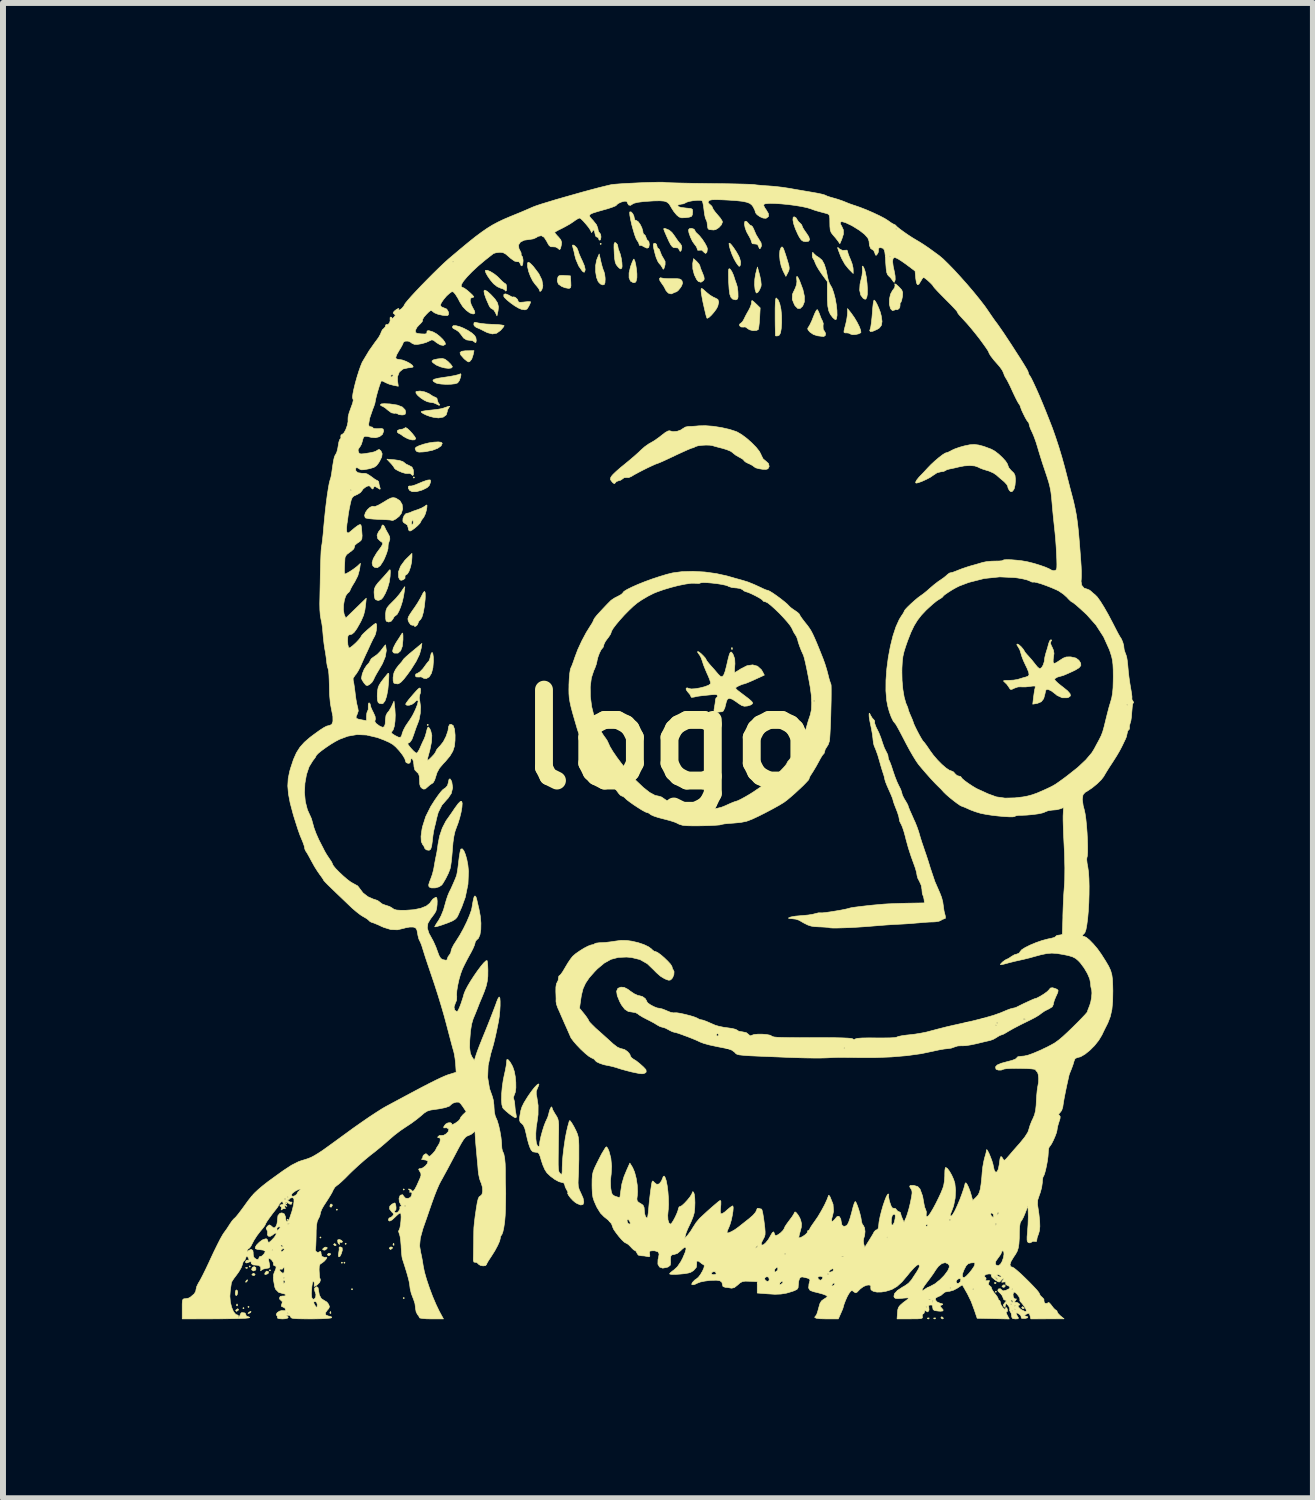
<source format=kicad_pcb>
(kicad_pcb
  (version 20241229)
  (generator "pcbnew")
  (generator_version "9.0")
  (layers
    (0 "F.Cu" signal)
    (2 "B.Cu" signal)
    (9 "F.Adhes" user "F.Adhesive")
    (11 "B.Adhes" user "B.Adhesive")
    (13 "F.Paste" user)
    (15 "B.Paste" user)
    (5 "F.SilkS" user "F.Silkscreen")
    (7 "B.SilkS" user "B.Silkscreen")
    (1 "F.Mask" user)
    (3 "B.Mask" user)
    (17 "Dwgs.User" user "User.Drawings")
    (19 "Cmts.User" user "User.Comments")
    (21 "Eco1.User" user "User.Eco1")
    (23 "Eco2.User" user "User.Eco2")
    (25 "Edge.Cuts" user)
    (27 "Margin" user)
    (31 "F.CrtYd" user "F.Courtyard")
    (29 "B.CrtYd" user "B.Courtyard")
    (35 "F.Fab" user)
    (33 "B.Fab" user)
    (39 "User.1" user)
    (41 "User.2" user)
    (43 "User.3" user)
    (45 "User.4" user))
  (footprint "logo"
    (layer "F.Cu")
    (at 8.175 9.347)
    (property "Reference" "logo" (at 0 0 0) (layer "F.SilkS") (effects (font (size 1.524 1.524) (thickness 0.3))))
    (attr through_hole)
    (fp_poly (pts (xy -7.133 9.536) (xy -7.144 9.546) (xy -7.154 9.536) (xy -7.144 9.525) (xy -7.133 9.536)) (stroke (width 0.01) (type solid)) (fill yes) (layer "F.SilkS"))
    (fp_poly (pts (xy -7.048 9.514) (xy -7.059 9.525) (xy -7.07 9.514) (xy -7.059 9.504) (xy -7.048 9.514)) (stroke (width 0.01) (type solid)) (fill yes) (layer "F.SilkS"))
    (fp_poly (pts (xy -7.027 8.837) (xy -7.038 8.848) (xy -7.048 8.837) (xy -7.038 8.826) (xy -7.027 8.837)) (stroke (width 0.01) (type solid)) (fill yes) (layer "F.SilkS"))
    (fp_poly (pts (xy -6.689 8.901) (xy -6.699 8.911) (xy -6.71 8.901) (xy -6.699 8.89) (xy -6.689 8.901)) (stroke (width 0.01) (type solid)) (fill yes) (layer "F.SilkS"))
    (fp_poly (pts (xy -6.413 7.779) (xy -6.424 7.789) (xy -6.435 7.779) (xy -6.424 7.768) (xy -6.413 7.779)) (stroke (width 0.01) (type solid)) (fill yes) (layer "F.SilkS"))
    (fp_poly (pts (xy -6.392 8.054) (xy -6.403 8.065) (xy -6.413 8.054) (xy -6.403 8.043) (xy -6.392 8.054)) (stroke (width 0.01) (type solid)) (fill yes) (layer "F.SilkS"))
    (fp_poly (pts (xy -5.842 8.35) (xy -5.853 8.361) (xy -5.863 8.35) (xy -5.853 8.34) (xy -5.842 8.35)) (stroke (width 0.01) (type solid)) (fill yes) (layer "F.SilkS"))
    (fp_poly (pts (xy -5.567 7.885) (xy -5.577 7.895) (xy -5.588 7.885) (xy -5.577 7.874) (xy -5.567 7.885)) (stroke (width 0.01) (type solid)) (fill yes) (layer "F.SilkS"))
    (fp_poly (pts (xy -5.482 8.774) (xy -5.493 8.784) (xy -5.503 8.774) (xy -5.493 8.763) (xy -5.482 8.774)) (stroke (width 0.01) (type solid)) (fill yes) (layer "F.SilkS"))
    (fp_poly (pts (xy -5.44 8.774) (xy -5.45 8.784) (xy -5.461 8.774) (xy -5.45 8.763) (xy -5.44 8.774)) (stroke (width 0.01) (type solid)) (fill yes) (layer "F.SilkS"))
    (fp_poly (pts (xy -5.419 8.456) (xy -5.429 8.467) (xy -5.44 8.456) (xy -5.429 8.445) (xy -5.419 8.456)) (stroke (width 0.01) (type solid)) (fill yes) (layer "F.SilkS"))
    (fp_poly (pts (xy -5.313 9.218) (xy -5.323 9.229) (xy -5.334 9.218) (xy -5.323 9.207) (xy -5.313 9.218)) (stroke (width 0.01) (type solid)) (fill yes) (layer "F.SilkS"))
    (fp_poly (pts (xy -4.445 7.546) (xy -4.456 7.556) (xy -4.466 7.546) (xy -4.456 7.535) (xy -4.445 7.546)) (stroke (width 0.01) (type solid)) (fill yes) (layer "F.SilkS"))
    (fp_poly (pts (xy -4.445 9.366) (xy -4.456 9.377) (xy -4.466 9.366) (xy -4.456 9.356) (xy -4.445 9.366)) (stroke (width 0.01) (type solid)) (fill yes) (layer "F.SilkS"))
    (fp_poly (pts (xy -4.276 -4.392) (xy -4.286 -4.381) (xy -4.297 -4.392) (xy -4.286 -4.403) (xy -4.276 -4.392)) (stroke (width 0.01) (type solid)) (fill yes) (layer "F.SilkS"))
    (fp_poly (pts (xy -4.043 -0.243) (xy -4.053 -0.233) (xy -4.064 -0.243) (xy -4.053 -0.254) (xy -4.043 -0.243)) (stroke (width 0.01) (type solid)) (fill yes) (layer "F.SilkS"))
    (fp_poly (pts (xy -1.143 -8.308) (xy -1.154 -8.297) (xy -1.164 -8.308) (xy -1.154 -8.319) (xy -1.143 -8.308)) (stroke (width 0.01) (type solid)) (fill yes) (layer "F.SilkS"))
    (fp_poly (pts (xy 5.482 9.26) (xy 5.472 9.271) (xy 5.461 9.26) (xy 5.472 9.25) (xy 5.482 9.26)) (stroke (width 0.01) (type solid)) (fill yes) (layer "F.SilkS"))
    (fp_poly (pts (xy -7.246 9.469) (xy -7.244 9.494) (xy -7.246 9.497) (xy -7.259 9.494) (xy -7.26 9.483) (xy -7.252 9.465) (xy -7.246 9.469)) (stroke (width 0.01) (type solid)) (fill yes) (layer "F.SilkS"))
    (fp_poly (pts (xy -7.077 8.855) (xy -7.08 8.867) (xy -7.091 8.869) (xy -7.108 8.861) (xy -7.105 8.855) (xy -7.08 8.852) (xy -7.077 8.855)) (stroke (width 0.01) (type solid)) (fill yes) (layer "F.SilkS"))
    (fp_poly (pts (xy -5.68 9.596) (xy -5.677 9.621) (xy -5.68 9.624) (xy -5.692 9.621) (xy -5.694 9.61) (xy -5.686 9.592) (xy -5.68 9.596)) (stroke (width 0.01) (type solid)) (fill yes) (layer "F.SilkS"))
    (fp_poly (pts (xy -4.621 8.453) (xy -4.619 8.478) (xy -4.621 8.481) (xy -4.634 8.478) (xy -4.636 8.467) (xy -4.628 8.449) (xy -4.621 8.453)) (stroke (width 0.01) (type solid)) (fill yes) (layer "F.SilkS"))
    (fp_poly (pts (xy 1.051 -1.538) (xy 1.054 -1.513) (xy 1.051 -1.51) (xy 1.039 -1.513) (xy 1.037 -1.524) (xy 1.045 -1.541) (xy 1.051 -1.538)) (stroke (width 0.01) (type solid)) (fill yes) (layer "F.SilkS"))
    (fp_poly (pts (xy 4.353 9.701) (xy 4.35 9.714) (xy 4.339 9.716) (xy 4.322 9.708) (xy 4.325 9.701) (xy 4.35 9.699) (xy 4.353 9.701)) (stroke (width 0.01) (type solid)) (fill yes) (layer "F.SilkS"))
    (fp_poly (pts (xy 4.459 9.701) (xy 4.456 9.714) (xy 4.445 9.716) (xy 4.428 9.708) (xy 4.431 9.701) (xy 4.456 9.699) (xy 4.459 9.701)) (stroke (width 0.01) (type solid)) (fill yes) (layer "F.SilkS"))
    (fp_poly (pts (xy 5.475 9.109) (xy 5.472 9.121) (xy 5.461 9.123) (xy 5.444 9.115) (xy 5.447 9.109) (xy 5.472 9.106) (xy 5.475 9.109)) (stroke (width 0.01) (type solid)) (fill yes) (layer "F.SilkS"))
    (fp_poly (pts (xy -7.016 9.593) (xy -7.023 9.608) (xy -7.042 9.619) (xy -7.067 9.625) (xy -7.057 9.61) (xy -7.054 9.607) (xy -7.026 9.59) (xy -7.016 9.593)) (stroke (width 0.01) (type solid)) (fill yes) (layer "F.SilkS"))
    (fp_poly (pts (xy -7.243 9.246) (xy -7.239 9.27) (xy -7.249 9.31) (xy -7.26 9.324) (xy -7.276 9.316) (xy -7.281 9.283) (xy -7.274 9.242) (xy -7.26 9.229) (xy -7.243 9.246)) (stroke (width 0.01) (type solid)) (fill yes) (layer "F.SilkS"))
    (fp_poly (pts (xy -7.225 9.559) (xy -7.228 9.567) (xy -7.256 9.588) (xy -7.263 9.588) (xy -7.274 9.575) (xy -7.271 9.567) (xy -7.243 9.547) (xy -7.237 9.546) (xy -7.225 9.559)) (stroke (width 0.01) (type solid)) (fill yes) (layer "F.SilkS"))
    (fp_poly (pts (xy -7.076 9.073) (xy -7.08 9.081) (xy -7.1 9.101) (xy -7.104 9.102) (xy -7.105 9.088) (xy -7.101 9.081) (xy -7.081 9.06) (xy -7.078 9.059) (xy -7.076 9.073)) (stroke (width 0.01) (type solid)) (fill yes) (layer "F.SilkS"))
    (fp_poly (pts (xy -6.949 8.966) (xy -6.948 8.97) (xy -6.959 8.986) (xy -6.974 8.989) (xy -7 8.979) (xy -7.001 8.97) (xy -6.978 8.951) (xy -6.974 8.95) (xy -6.949 8.966)) (stroke (width 0.01) (type solid)) (fill yes) (layer "F.SilkS"))
    (fp_poly (pts (xy -6.728 8.921) (xy -6.722 8.93) (xy -6.728 8.952) (xy -6.743 8.962) (xy -6.78 8.973) (xy -6.787 8.963) (xy -6.781 8.943) (xy -6.757 8.914) (xy -6.728 8.921)) (stroke (width 0.01) (type solid)) (fill yes) (layer "F.SilkS"))
    (fp_poly (pts (xy -5.741 8.517) (xy -5.74 8.532) (xy -5.766 8.557) (xy -5.786 8.564) (xy -5.813 8.557) (xy -5.815 8.544) (xy -5.789 8.52) (xy -5.769 8.512) (xy -5.741 8.517)) (stroke (width 0.01) (type solid)) (fill yes) (layer "F.SilkS"))
    (fp_poly (pts (xy -5.681 8.625) (xy -5.683 8.636) (xy -5.71 8.656) (xy -5.716 8.657) (xy -5.736 8.641) (xy -5.736 8.636) (xy -5.719 8.617) (xy -5.703 8.615) (xy -5.681 8.625)) (stroke (width 0.01) (type solid)) (fill yes) (layer "F.SilkS"))
    (fp_poly (pts (xy -5.652 7.805) (xy -5.652 7.809) (xy -5.667 7.838) (xy -5.673 7.842) (xy -5.691 7.837) (xy -5.694 7.822) (xy -5.683 7.793) (xy -5.673 7.789) (xy -5.652 7.805)) (stroke (width 0.01) (type solid)) (fill yes) (layer "F.SilkS"))
    (fp_poly (pts (xy -5.609 8.456) (xy -5.589 8.475) (xy -5.588 8.478) (xy -5.604 8.488) (xy -5.609 8.488) (xy -5.63 8.472) (xy -5.63 8.465) (xy -5.617 8.453) (xy -5.609 8.456)) (stroke (width 0.01) (type solid)) (fill yes) (layer "F.SilkS"))
    (fp_poly (pts (xy -4.644 8.519) (xy -4.646 8.53) (xy -4.673 8.551) (xy -4.679 8.551) (xy -4.698 8.535) (xy -4.699 8.53) (xy -4.682 8.512) (xy -4.666 8.509) (xy -4.644 8.519)) (stroke (width 0.01) (type solid)) (fill yes) (layer "F.SilkS"))
    (fp_poly (pts (xy 4.572 9.684) (xy 4.592 9.703) (xy 4.593 9.706) (xy 4.577 9.715) (xy 4.572 9.716) (xy 4.552 9.699) (xy 4.551 9.693) (xy 4.564 9.68) (xy 4.572 9.684)) (stroke (width 0.01) (type solid)) (fill yes) (layer "F.SilkS"))
    (fp_poly (pts (xy 5.63 9.16) (xy 5.63 9.165) (xy 5.613 9.184) (xy 5.597 9.186) (xy 5.575 9.176) (xy 5.577 9.165) (xy 5.604 9.145) (xy 5.61 9.144) (xy 5.63 9.16)) (stroke (width 0.01) (type solid)) (fill yes) (layer "F.SilkS"))
    (fp_poly (pts (xy 5.927 9.514) (xy 5.947 9.533) (xy 5.948 9.537) (xy 5.931 9.546) (xy 5.927 9.546) (xy 5.906 9.53) (xy 5.905 9.524) (xy 5.918 9.511) (xy 5.927 9.514)) (stroke (width 0.01) (type solid)) (fill yes) (layer "F.SilkS"))
    (fp_poly (pts (xy -6.938 8.853) (xy -6.935 8.858) (xy -6.936 8.895) (xy -6.971 8.911) (xy -6.978 8.911) (xy -7.003 8.894) (xy -7.006 8.882) (xy -6.992 8.851) (xy -6.963 8.839) (xy -6.938 8.853)) (stroke (width 0.01) (type solid)) (fill yes) (layer "F.SilkS"))
    (fp_poly (pts (xy -5.488 8.523) (xy -5.486 8.567) (xy -5.503 8.624) (xy -5.527 8.669) (xy -5.546 8.675) (xy -5.552 8.644) (xy -5.546 8.605) (xy -5.538 8.554) (xy -5.54 8.523) (xy -5.541 8.521) (xy -5.535 8.511) (xy -5.517 8.509) (xy -5.488 8.523)) (stroke (width 0.01) (type solid)) (fill yes) (layer "F.SilkS"))
    (fp_poly (pts (xy -5.497 8.4) (xy -5.482 8.423) (xy -5.498 8.435) (xy -5.517 8.431) (xy -5.541 8.428) (xy -5.537 8.442) (xy -5.531 8.464) (xy -5.534 8.467) (xy -5.552 8.45) (xy -5.56 8.434) (xy -5.564 8.399) (xy -5.56 8.389) (xy -5.531 8.385) (xy -5.497 8.4)) (stroke (width 0.01) (type solid)) (fill yes) (layer "F.SilkS"))
    (fp_poly (pts (xy -3.292 -6.45) (xy -3.316 -6.377) (xy -3.349 -6.336) (xy -3.37 -6.329) (xy -3.396 -6.343) (xy -3.438 -6.377) (xy -3.452 -6.391) (xy -3.501 -6.447) (xy -3.513 -6.485) (xy -3.487 -6.507) (xy -3.421 -6.516) (xy -3.396 -6.516) (xy -3.278 -6.518) (xy -3.292 -6.45)) (stroke (width 0.01) (type solid)) (fill yes) (layer "F.SilkS"))
    (fp_poly (pts (xy 1.512 -7.782) (xy 1.53 -7.696) (xy 1.537 -7.627) (xy 1.534 -7.595) (xy 1.51 -7.538) (xy 1.483 -7.498) (xy 1.46 -7.484) (xy 1.452 -7.49) (xy 1.434 -7.545) (xy 1.426 -7.626) (xy 1.43 -7.717) (xy 1.444 -7.804) (xy 1.445 -7.807) (xy 1.474 -7.92) (xy 1.512 -7.782)) (stroke (width 0.01) (type solid)) (fill yes) (layer "F.SilkS"))
    (fp_poly (pts (xy -1.762 -7.778) (xy -1.662 -7.772) (xy -1.655 -7.667) (xy -1.653 -7.605) (xy -1.66 -7.574) (xy -1.679 -7.563) (xy -1.698 -7.563) (xy -1.752 -7.573) (xy -1.806 -7.594) (xy -1.863 -7.634) (xy -1.882 -7.686) (xy -1.876 -7.734) (xy -1.864 -7.765) (xy -1.839 -7.778) (xy -1.79 -7.78) (xy -1.762 -7.778)) (stroke (width 0.01) (type solid)) (fill yes) (layer "F.SilkS"))
    (fp_poly (pts (xy -4.472 -1.776) (xy -4.469 -1.737) (xy -4.469 -1.672) (xy -4.48 -1.561) (xy -4.508 -1.486) (xy -4.552 -1.447) (xy -4.611 -1.447) (xy -4.628 -1.453) (xy -4.643 -1.479) (xy -4.631 -1.532) (xy -4.594 -1.606) (xy -4.574 -1.638) (xy -4.534 -1.699) (xy -4.501 -1.752) (xy -4.493 -1.765) (xy -4.479 -1.784) (xy -4.472 -1.776)) (stroke (width 0.01) (type solid)) (fill yes) (layer "F.SilkS"))
    (fp_poly (pts (xy -3.057 -7.513) (xy -2.999 -7.462) (xy -2.926 -7.383) (xy -2.883 -7.317) (xy -2.868 -7.253) (xy -2.875 -7.182) (xy -2.876 -7.18) (xy -2.893 -7.101) (xy -2.921 -7.16) (xy -2.948 -7.201) (xy -2.974 -7.218) (xy -3.001 -7.235) (xy -3.021 -7.265) (xy -3.074 -7.385) (xy -3.104 -7.47) (xy -3.111 -7.519) (xy -3.096 -7.533) (xy -3.057 -7.513)) (stroke (width 0.01) (type solid)) (fill yes) (layer "F.SilkS"))
    (fp_poly (pts (xy -0.581 -8.021) (xy -0.566 -7.959) (xy -0.554 -7.883) (xy -0.547 -7.807) (xy -0.547 -7.746) (xy -0.548 -7.736) (xy -0.56 -7.682) (xy -0.578 -7.66) (xy -0.608 -7.658) (xy -0.654 -7.684) (xy -0.678 -7.74) (xy -0.678 -7.822) (xy -0.654 -7.925) (xy -0.65 -7.936) (xy -0.626 -8) (xy -0.607 -8.042) (xy -0.597 -8.054) (xy -0.581 -8.021)) (stroke (width 0.01) (type solid)) (fill yes) (layer "F.SilkS"))
    (fp_poly (pts (xy -4.318 -3.058) (xy -4.324 -2.974) (xy -4.342 -2.892) (xy -4.366 -2.822) (xy -4.393 -2.776) (xy -4.409 -2.765) (xy -4.436 -2.746) (xy -4.434 -2.73) (xy -4.435 -2.7) (xy -4.466 -2.676) (xy -4.503 -2.667) (xy -4.527 -2.685) (xy -4.543 -2.722) (xy -4.544 -2.81) (xy -4.508 -2.905) (xy -4.438 -3.001) (xy -4.414 -3.026) (xy -4.318 -3.12) (xy -4.318 -3.058)) (stroke (width 0.01) (type solid)) (fill yes) (layer "F.SilkS"))
    (fp_poly (pts (xy -3.829 -4.982) (xy -3.81 -4.965) (xy -3.83 -4.921) (xy -3.887 -4.881) (xy -3.974 -4.848) (xy -4.086 -4.825) (xy -4.133 -4.82) (xy -4.198 -4.817) (xy -4.235 -4.825) (xy -4.256 -4.85) (xy -4.256 -4.85) (xy -4.265 -4.879) (xy -4.248 -4.9) (xy -4.199 -4.924) (xy -4.119 -4.951) (xy -4.033 -4.972) (xy -3.95 -4.984) (xy -3.878 -4.988) (xy -3.829 -4.982)) (stroke (width 0.01) (type solid)) (fill yes) (layer "F.SilkS"))
    (fp_poly (pts (xy -3.766 -6.375) (xy -3.72 -6.341) (xy -3.709 -6.331) (xy -3.667 -6.288) (xy -3.643 -6.254) (xy -3.641 -6.245) (xy -3.659 -6.227) (xy -3.705 -6.221) (xy -3.768 -6.228) (xy -3.838 -6.246) (xy -3.902 -6.273) (xy -3.912 -6.278) (xy -3.967 -6.316) (xy -3.984 -6.343) (xy -3.96 -6.363) (xy -3.896 -6.378) (xy -3.873 -6.381) (xy -3.81 -6.387) (xy -3.766 -6.375)) (stroke (width 0.01) (type solid)) (fill yes) (layer "F.SilkS"))
    (fp_poly (pts (xy 0.456 -8.013) (xy 0.491 -7.974) (xy 0.508 -7.945) (xy 0.508 -7.943) (xy 0.516 -7.913) (xy 0.536 -7.859) (xy 0.552 -7.823) (xy 0.577 -7.758) (xy 0.582 -7.718) (xy 0.57 -7.693) (xy 0.528 -7.665) (xy 0.484 -7.678) (xy 0.456 -7.71) (xy 0.416 -7.791) (xy 0.391 -7.888) (xy 0.389 -7.979) (xy 0.391 -7.992) (xy 0.403 -8.061) (xy 0.456 -8.013)) (stroke (width 0.01) (type solid)) (fill yes) (layer "F.SilkS"))
    (fp_poly (pts (xy 1.013 -8.317) (xy 1.042 -8.287) (xy 1.079 -8.237) (xy 1.119 -8.177) (xy 1.154 -8.116) (xy 1.174 -8.074) (xy 1.192 -8.006) (xy 1.189 -7.956) (xy 1.177 -7.933) (xy 1.162 -7.935) (xy 1.136 -7.968) (xy 1.118 -7.994) (xy 1.083 -8.055) (xy 1.049 -8.13) (xy 1.021 -8.207) (xy 1.002 -8.274) (xy 0.998 -8.316) (xy 0.999 -8.32) (xy 1.013 -8.317)) (stroke (width 0.01) (type solid)) (fill yes) (layer "F.SilkS"))
    (fp_poly (pts (xy 1.896 -8.253) (xy 1.912 -8.225) (xy 1.933 -8.166) (xy 1.954 -8.103) (xy 1.983 -8.009) (xy 2.001 -7.947) (xy 2.007 -7.905) (xy 2.004 -7.873) (xy 1.992 -7.842) (xy 1.981 -7.821) (xy 1.951 -7.763) (xy 1.904 -7.855) (xy 1.873 -7.935) (xy 1.853 -8.027) (xy 1.845 -8.118) (xy 1.85 -8.195) (xy 1.868 -8.241) (xy 1.883 -8.257) (xy 1.896 -8.253)) (stroke (width 0.01) (type solid)) (fill yes) (layer "F.SilkS"))
    (fp_poly (pts (xy -1.151 -8.012) (xy -1.132 -7.937) (xy -1.113 -7.876) (xy -1.101 -7.848) (xy -1.088 -7.805) (xy -1.08 -7.74) (xy -1.079 -7.716) (xy -1.082 -7.656) (xy -1.094 -7.627) (xy -1.119 -7.62) (xy -1.119 -7.62) (xy -1.159 -7.636) (xy -1.195 -7.674) (xy -1.224 -7.747) (xy -1.239 -7.842) (xy -1.239 -7.944) (xy -1.222 -8.034) (xy -1.214 -8.057) (xy -1.179 -8.139) (xy -1.151 -8.012)) (stroke (width 0.01) (type solid)) (fill yes) (layer "F.SilkS"))
    (fp_poly (pts (xy -4.004 -4.332) (xy -4.011 -4.301) (xy -4.029 -4.256) (xy -4.064 -4.222) (xy -4.127 -4.19) (xy -4.159 -4.177) (xy -4.243 -4.154) (xy -4.314 -4.154) (xy -4.356 -4.174) (xy -4.378 -4.209) (xy -4.379 -4.239) (xy -4.36 -4.25) (xy -4.352 -4.248) (xy -4.318 -4.25) (xy -4.261 -4.268) (xy -4.213 -4.288) (xy -4.142 -4.318) (xy -4.078 -4.341) (xy -4.049 -4.349) (xy -4.013 -4.351) (xy -4.004 -4.332)) (stroke (width 0.01) (type solid)) (fill yes) (layer "F.SilkS"))
    (fp_poly (pts (xy -1.591 -8.278) (xy -1.553 -8.24) (xy -1.534 -8.196) (xy -1.518 -8.146) (xy -1.488 -8.076) (xy -1.462 -8.022) (xy -1.428 -7.942) (xy -1.414 -7.882) (xy -1.416 -7.863) (xy -1.428 -7.833) (xy -1.446 -7.838) (xy -1.465 -7.856) (xy -1.522 -7.937) (xy -1.568 -8.044) (xy -1.587 -8.112) (xy -1.602 -8.182) (xy -1.618 -8.241) (xy -1.621 -8.252) (xy -1.628 -8.287) (xy -1.613 -8.289) (xy -1.591 -8.278)) (stroke (width 0.01) (type solid)) (fill yes) (layer "F.SilkS"))
    (fp_poly (pts (xy 2.16 -7.735) (xy 2.182 -7.688) (xy 2.236 -7.544) (xy 2.262 -7.427) (xy 2.261 -7.336) (xy 2.233 -7.266) (xy 2.232 -7.265) (xy 2.19 -7.225) (xy 2.149 -7.226) (xy 2.106 -7.27) (xy 2.095 -7.287) (xy 2.058 -7.378) (xy 2.061 -7.461) (xy 2.072 -7.488) (xy 2.111 -7.57) (xy 2.131 -7.629) (xy 2.136 -7.677) (xy 2.134 -7.703) (xy 2.13 -7.753) (xy 2.139 -7.764) (xy 2.16 -7.735)) (stroke (width 0.01) (type solid)) (fill yes) (layer "F.SilkS"))
    (fp_poly (pts (xy 3.255 -7.915) (xy 3.274 -7.864) (xy 3.282 -7.837) (xy 3.3 -7.747) (xy 3.312 -7.646) (xy 3.318 -7.548) (xy 3.317 -7.466) (xy 3.308 -7.414) (xy 3.291 -7.381) (xy 3.268 -7.383) (xy 3.246 -7.397) (xy 3.206 -7.45) (xy 3.188 -7.531) (xy 3.194 -7.633) (xy 3.209 -7.7) (xy 3.227 -7.776) (xy 3.235 -7.846) (xy 3.234 -7.876) (xy 3.231 -7.924) (xy 3.239 -7.936) (xy 3.255 -7.915)) (stroke (width 0.01) (type solid)) (fill yes) (layer "F.SilkS"))
    (fp_poly (pts (xy -4.705 -1.083) (xy -4.707 -1.025) (xy -4.709 -0.974) (xy -4.722 -0.835) (xy -4.743 -0.724) (xy -4.77 -0.646) (xy -4.803 -0.603) (xy -4.819 -0.597) (xy -4.864 -0.604) (xy -4.884 -0.618) (xy -4.896 -0.655) (xy -4.9 -0.72) (xy -4.899 -0.771) (xy -4.893 -0.828) (xy -4.884 -0.873) (xy -4.865 -0.916) (xy -4.833 -0.966) (xy -4.781 -1.033) (xy -4.737 -1.088) (xy -4.719 -1.108) (xy -4.708 -1.109) (xy -4.705 -1.083)) (stroke (width 0.01) (type solid)) (fill yes) (layer "F.SilkS"))
    (fp_poly (pts (xy -2.339 -7.986) (xy -2.294 -7.941) (xy -2.279 -7.924) (xy -2.192 -7.809) (xy -2.14 -7.703) (xy -2.124 -7.61) (xy -2.127 -7.583) (xy -2.141 -7.54) (xy -2.16 -7.514) (xy -2.176 -7.514) (xy -2.18 -7.534) (xy -2.194 -7.56) (xy -2.228 -7.603) (xy -2.25 -7.628) (xy -2.293 -7.687) (xy -2.332 -7.765) (xy -2.363 -7.849) (xy -2.38 -7.926) (xy -2.381 -7.983) (xy -2.379 -7.99) (xy -2.365 -8.001) (xy -2.339 -7.986)) (stroke (width 0.01) (type solid)) (fill yes) (layer "F.SilkS"))
    (fp_poly (pts (xy 1.789 -7.401) (xy 1.821 -7.37) (xy 1.848 -7.305) (xy 1.868 -7.214) (xy 1.879 -7.105) (xy 1.88 -6.985) (xy 1.873 -6.887) (xy 1.861 -6.817) (xy 1.842 -6.78) (xy 1.819 -6.767) (xy 1.785 -6.764) (xy 1.776 -6.77) (xy 1.775 -6.795) (xy 1.774 -6.855) (xy 1.772 -6.941) (xy 1.771 -7.046) (xy 1.771 -7.096) (xy 1.771 -7.228) (xy 1.774 -7.324) (xy 1.78 -7.383) (xy 1.788 -7.402) (xy 1.789 -7.401)) (stroke (width 0.01) (type solid)) (fill yes) (layer "F.SilkS"))
    (fp_poly (pts (xy 3.45 -7.348) (xy 3.477 -7.3) (xy 3.506 -7.236) (xy 3.533 -7.166) (xy 3.55 -7.101) (xy 3.563 -7.008) (xy 3.553 -6.944) (xy 3.519 -6.899) (xy 3.48 -6.874) (xy 3.409 -6.843) (xy 3.367 -6.838) (xy 3.356 -6.857) (xy 3.364 -6.876) (xy 3.374 -6.913) (xy 3.384 -6.981) (xy 3.394 -7.07) (xy 3.4 -7.141) (xy 3.407 -7.233) (xy 3.415 -7.306) (xy 3.424 -7.353) (xy 3.43 -7.366) (xy 3.45 -7.348)) (stroke (width 0.01) (type solid)) (fill yes) (layer "F.SilkS"))
    (fp_poly (pts (xy -3.522 -6.922) (xy -3.452 -6.894) (xy -3.381 -6.857) (xy -3.317 -6.816) (xy -3.27 -6.774) (xy -3.247 -6.737) (xy -3.24 -6.69) (xy -3.245 -6.658) (xy -3.258 -6.652) (xy -3.268 -6.663) (xy -3.299 -6.683) (xy -3.333 -6.689) (xy -3.402 -6.698) (xy -3.453 -6.73) (xy -3.494 -6.786) (xy -3.535 -6.836) (xy -3.581 -6.868) (xy -3.589 -6.871) (xy -3.628 -6.892) (xy -3.641 -6.916) (xy -3.625 -6.937) (xy -3.582 -6.937) (xy -3.522 -6.922)) (stroke (width 0.01) (type solid)) (fill yes) (layer "F.SilkS"))
    (fp_poly (pts (xy -3.496 -6.116) (xy -3.504 -6.072) (xy -3.524 -6.016) (xy -3.552 -5.978) (xy -3.553 -5.977) (xy -3.595 -5.963) (xy -3.664 -5.955) (xy -3.747 -5.953) (xy -3.828 -5.958) (xy -3.893 -5.968) (xy -3.917 -5.977) (xy -3.958 -6.002) (xy -3.967 -6.023) (xy -3.941 -6.04) (xy -3.877 -6.056) (xy -3.774 -6.072) (xy -3.773 -6.072) (xy -3.68 -6.086) (xy -3.6 -6.101) (xy -3.544 -6.115) (xy -3.528 -6.121) (xy -3.502 -6.131) (xy -3.496 -6.116)) (stroke (width 0.01) (type solid)) (fill yes) (layer "F.SilkS"))
    (fp_poly (pts (xy -0.902 -8.327) (xy -0.874 -8.297) (xy -0.868 -8.273) (xy -0.858 -8.219) (xy -0.846 -8.191) (xy -0.826 -8.137) (xy -0.809 -8.067) (xy -0.798 -7.993) (xy -0.795 -7.933) (xy -0.8 -7.903) (xy -0.817 -7.888) (xy -0.844 -7.903) (xy -0.867 -7.927) (xy -0.893 -7.96) (xy -0.91 -8.001) (xy -0.92 -8.061) (xy -0.927 -8.151) (xy -0.927 -8.16) (xy -0.931 -8.247) (xy -0.93 -8.3) (xy -0.924 -8.325) (xy -0.911 -8.33) (xy -0.902 -8.327)) (stroke (width 0.01) (type solid)) (fill yes) (layer "F.SilkS"))
    (fp_poly (pts (xy 2.12 -8.746) (xy 2.132 -8.726) (xy 2.16 -8.683) (xy 2.184 -8.661) (xy 2.215 -8.629) (xy 2.223 -8.608) (xy 2.235 -8.578) (xy 2.266 -8.528) (xy 2.287 -8.5) (xy 2.335 -8.427) (xy 2.349 -8.378) (xy 2.33 -8.352) (xy 2.281 -8.346) (xy 2.24 -8.353) (xy 2.21 -8.373) (xy 2.18 -8.415) (xy 2.151 -8.47) (xy 2.11 -8.562) (xy 2.082 -8.644) (xy 2.069 -8.71) (xy 2.073 -8.752) (xy 2.088 -8.763) (xy 2.12 -8.746)) (stroke (width 0.01) (type solid)) (fill yes) (layer "F.SilkS"))
    (fp_poly (pts (xy -4.696 -5.625) (xy -4.689 -5.625) (xy -4.564 -5.606) (xy -4.479 -5.573) (xy -4.433 -5.525) (xy -4.424 -5.487) (xy -4.432 -5.453) (xy -4.464 -5.441) (xy -4.486 -5.44) (xy -4.535 -5.446) (xy -4.56 -5.459) (xy -4.588 -5.47) (xy -4.613 -5.467) (xy -4.662 -5.476) (xy -4.724 -5.522) (xy -4.724 -5.522) (xy -4.772 -5.562) (xy -4.811 -5.585) (xy -4.821 -5.588) (xy -4.845 -5.603) (xy -4.847 -5.612) (xy -4.832 -5.625) (xy -4.782 -5.629) (xy -4.696 -5.625)) (stroke (width 0.01) (type solid)) (fill yes) (layer "F.SilkS"))
    (fp_poly (pts (xy -4.396 -5.213) (xy -4.356 -5.176) (xy -4.312 -5.128) (xy -4.275 -5.081) (xy -4.256 -5.048) (xy -4.255 -5.043) (xy -4.272 -5.023) (xy -4.315 -5.021) (xy -4.376 -5.037) (xy -4.413 -5.054) (xy -4.46 -5.08) (xy -4.487 -5.1) (xy -4.487 -5.101) (xy -4.514 -5.119) (xy -4.537 -5.129) (xy -4.565 -5.153) (xy -4.56 -5.18) (xy -4.525 -5.196) (xy -4.513 -5.197) (xy -4.47 -5.204) (xy -4.453 -5.213) (xy -4.424 -5.228) (xy -4.422 -5.228) (xy -4.396 -5.213)) (stroke (width 0.01) (type solid)) (fill yes) (layer "F.SilkS"))
    (fp_poly (pts (xy -3.697 -5.566) (xy -3.7 -5.563) (xy -3.723 -5.521) (xy -3.725 -5.503) (xy -3.743 -5.442) (xy -3.793 -5.404) (xy -3.872 -5.39) (xy -3.951 -5.399) (xy -4.015 -5.415) (xy -4.078 -5.438) (xy -4.13 -5.463) (xy -4.161 -5.485) (xy -4.164 -5.495) (xy -4.138 -5.503) (xy -4.085 -5.512) (xy -4.051 -5.516) (xy -3.947 -5.527) (xy -3.876 -5.536) (xy -3.827 -5.545) (xy -3.79 -5.555) (xy -3.761 -5.565) (xy -3.705 -5.584) (xy -3.685 -5.585) (xy -3.697 -5.566)) (stroke (width 0.01) (type solid)) (fill yes) (layer "F.SilkS"))
    (fp_poly (pts (xy -3.212 -6.983) (xy -3.159 -6.974) (xy -3.078 -6.965) (xy -2.985 -6.96) (xy -2.958 -6.959) (xy -2.875 -6.955) (xy -2.812 -6.948) (xy -2.777 -6.94) (xy -2.773 -6.936) (xy -2.787 -6.911) (xy -2.821 -6.871) (xy -2.835 -6.856) (xy -2.899 -6.81) (xy -2.97 -6.798) (xy -3.054 -6.82) (xy -3.107 -6.846) (xy -3.17 -6.878) (xy -3.223 -6.901) (xy -3.239 -6.907) (xy -3.274 -6.935) (xy -3.281 -6.96) (xy -3.276 -6.988) (xy -3.254 -6.993) (xy -3.212 -6.983)) (stroke (width 0.01) (type solid)) (fill yes) (layer "F.SilkS"))
    (fp_poly (pts (xy 3.048 -7.144) (xy 3.098 -7.073) (xy 3.144 -6.996) (xy 3.181 -6.923) (xy 3.204 -6.862) (xy 3.209 -6.824) (xy 3.206 -6.818) (xy 3.17 -6.8) (xy 3.118 -6.788) (xy 3.068 -6.786) (xy 3.038 -6.795) (xy 3.036 -6.796) (xy 3.008 -6.811) (xy 2.973 -6.816) (xy 2.943 -6.816) (xy 2.927 -6.822) (xy 2.925 -6.844) (xy 2.935 -6.89) (xy 2.953 -6.957) (xy 2.971 -7.038) (xy 2.982 -7.114) (xy 2.985 -7.151) (xy 2.985 -7.224) (xy 3.048 -7.144)) (stroke (width 0.01) (type solid)) (fill yes) (layer "F.SilkS"))
    (fp_poly (pts (xy -4.683 -2.841) (xy -4.681 -2.808) (xy -4.684 -2.741) (xy -4.685 -2.728) (xy -4.699 -2.636) (xy -4.727 -2.538) (xy -4.765 -2.448) (xy -4.806 -2.377) (xy -4.837 -2.345) (xy -4.883 -2.329) (xy -4.925 -2.342) (xy -4.94 -2.362) (xy -4.949 -2.405) (xy -4.953 -2.466) (xy -4.953 -2.475) (xy -4.948 -2.524) (xy -4.929 -2.569) (xy -4.889 -2.623) (xy -4.847 -2.669) (xy -4.789 -2.732) (xy -4.74 -2.788) (xy -4.709 -2.825) (xy -4.708 -2.826) (xy -4.691 -2.845) (xy -4.683 -2.841)) (stroke (width 0.01) (type solid)) (fill yes) (layer "F.SilkS"))
    (fp_poly (pts (xy -4.106 -5.827) (xy -4.033 -5.797) (xy -4.008 -5.78) (xy -3.961 -5.75) (xy -3.925 -5.736) (xy -3.924 -5.736) (xy -3.899 -5.719) (xy -3.895 -5.698) (xy -3.881 -5.651) (xy -3.87 -5.635) (xy -3.851 -5.608) (xy -3.864 -5.601) (xy -3.898 -5.618) (xy -3.904 -5.621) (xy -3.955 -5.643) (xy -4.014 -5.652) (xy -4.061 -5.662) (xy -4.116 -5.689) (xy -4.171 -5.725) (xy -4.218 -5.765) (xy -4.248 -5.801) (xy -4.253 -5.827) (xy -4.244 -5.834) (xy -4.183 -5.841) (xy -4.106 -5.827)) (stroke (width 0.01) (type solid)) (fill yes) (layer "F.SilkS"))
    (fp_poly (pts (xy -3.007 -7.846) (xy -2.946 -7.809) (xy -2.886 -7.762) (xy -2.851 -7.727) (xy -2.804 -7.679) (xy -2.766 -7.648) (xy -2.752 -7.641) (xy -2.737 -7.623) (xy -2.731 -7.578) (xy -2.731 -7.578) (xy -2.734 -7.527) (xy -2.747 -7.516) (xy -2.761 -7.534) (xy -2.789 -7.552) (xy -2.834 -7.567) (xy -2.888 -7.591) (xy -2.944 -7.635) (xy -2.957 -7.648) (xy -3.007 -7.708) (xy -3.05 -7.77) (xy -3.079 -7.823) (xy -3.089 -7.857) (xy -3.087 -7.863) (xy -3.057 -7.866) (xy -3.007 -7.846)) (stroke (width 0.01) (type solid)) (fill yes) (layer "F.SilkS"))
    (fp_poly (pts (xy -0.218 -8.301) (xy -0.212 -8.276) (xy -0.203 -8.242) (xy -0.191 -8.234) (xy -0.171 -8.216) (xy -0.156 -8.176) (xy -0.132 -8.115) (xy -0.101 -8.063) (xy -0.074 -8.014) (xy -0.074 -7.962) (xy -0.08 -7.936) (xy -0.095 -7.891) (xy -0.106 -7.883) (xy -0.118 -7.906) (xy -0.149 -7.955) (xy -0.173 -7.98) (xy -0.197 -8.017) (xy -0.224 -8.08) (xy -0.242 -8.142) (xy -0.263 -8.227) (xy -0.272 -8.28) (xy -0.27 -8.307) (xy -0.257 -8.317) (xy -0.243 -8.319) (xy -0.218 -8.301)) (stroke (width 0.01) (type solid)) (fill yes) (layer "F.SilkS"))
    (fp_poly (pts (xy -0.069 -8.564) (xy -0.059 -8.561) (xy -0.005 -8.538) (xy 0.04 -8.5) (xy 0.087 -8.437) (xy 0.102 -8.414) (xy 0.14 -8.359) (xy 0.174 -8.317) (xy 0.184 -8.308) (xy 0.204 -8.272) (xy 0.206 -8.239) (xy 0.193 -8.192) (xy 0.178 -8.181) (xy 0.164 -8.209) (xy 0.141 -8.24) (xy 0.099 -8.244) (xy 0.072 -8.245) (xy 0.047 -8.26) (xy 0.02 -8.295) (xy -0.011 -8.354) (xy -0.052 -8.445) (xy -0.078 -8.505) (xy -0.096 -8.552) (xy -0.094 -8.568) (xy -0.069 -8.564)) (stroke (width 0.01) (type solid)) (fill yes) (layer "F.SilkS"))
    (fp_poly (pts (xy 2.83 -8.243) (xy 2.85 -8.223) (xy 2.902 -8.198) (xy 2.935 -8.201) (xy 2.975 -8.203) (xy 2.985 -8.184) (xy 2.993 -8.149) (xy 3.014 -8.092) (xy 3.032 -8.051) (xy 3.06 -7.978) (xy 3.077 -7.907) (xy 3.079 -7.879) (xy 3.08 -7.833) (xy 3.08 -7.811) (xy 3.08 -7.811) (xy 3.066 -7.825) (xy 3.031 -7.86) (xy 3.001 -7.891) (xy 2.943 -7.963) (xy 2.89 -8.057) (xy 2.868 -8.106) (xy 2.838 -8.185) (xy 2.822 -8.23) (xy 2.819 -8.248) (xy 2.83 -8.243)) (stroke (width 0.01) (type solid)) (fill yes) (layer "F.SilkS"))
    (fp_poly (pts (xy -4.607 -4.688) (xy -4.527 -4.676) (xy -4.471 -4.658) (xy -4.453 -4.645) (xy -4.417 -4.616) (xy -4.365 -4.592) (xy -4.318 -4.566) (xy -4.297 -4.523) (xy -4.293 -4.497) (xy -4.292 -4.444) (xy -4.304 -4.424) (xy -4.326 -4.441) (xy -4.33 -4.447) (xy -4.359 -4.461) (xy -4.388 -4.458) (xy -4.427 -4.46) (xy -4.483 -4.476) (xy -4.542 -4.501) (xy -4.59 -4.527) (xy -4.614 -4.549) (xy -4.614 -4.552) (xy -4.628 -4.576) (xy -4.661 -4.617) (xy -4.676 -4.633) (xy -4.738 -4.699) (xy -4.607 -4.688)) (stroke (width 0.01) (type solid)) (fill yes) (layer "F.SilkS"))
    (fp_poly (pts (xy -0.132 -7.736) (xy -0.093 -7.729) (xy -0.026 -7.725) (xy 0.046 -7.725) (xy 0.125 -7.725) (xy 0.172 -7.719) (xy 0.198 -7.704) (xy 0.21 -7.687) (xy 0.219 -7.65) (xy 0.203 -7.605) (xy 0.184 -7.575) (xy 0.148 -7.53) (xy 0.118 -7.505) (xy 0.112 -7.504) (xy 0.076 -7.491) (xy 0.072 -7.488) (xy 0.028 -7.469) (xy -0.02 -7.483) (xy -0.059 -7.525) (xy -0.063 -7.535) (xy -0.096 -7.597) (xy -0.129 -7.644) (xy -0.161 -7.691) (xy -0.169 -7.726) (xy -0.153 -7.741) (xy -0.132 -7.736)) (stroke (width 0.01) (type solid)) (fill yes) (layer "F.SilkS"))
    (fp_poly (pts (xy 0.41 -8.555) (xy 0.423 -8.537) (xy 0.439 -8.505) (xy 0.461 -8.484) (xy 0.504 -8.442) (xy 0.552 -8.382) (xy 0.595 -8.316) (xy 0.626 -8.258) (xy 0.635 -8.224) (xy 0.627 -8.17) (xy 0.607 -8.148) (xy 0.581 -8.163) (xy 0.575 -8.172) (xy 0.539 -8.204) (xy 0.507 -8.202) (xy 0.473 -8.201) (xy 0.466 -8.222) (xy 0.452 -8.26) (xy 0.422 -8.299) (xy 0.386 -8.349) (xy 0.352 -8.42) (xy 0.326 -8.493) (xy 0.318 -8.543) (xy 0.336 -8.565) (xy 0.37 -8.568) (xy 0.41 -8.555)) (stroke (width 0.01) (type solid)) (fill yes) (layer "F.SilkS"))
    (fp_poly (pts (xy 0.564 -7.546) (xy 0.612 -7.503) (xy 0.616 -7.499) (xy 0.676 -7.45) (xy 0.736 -7.414) (xy 0.764 -7.402) (xy 0.811 -7.377) (xy 0.825 -7.333) (xy 0.809 -7.263) (xy 0.806 -7.256) (xy 0.781 -7.211) (xy 0.742 -7.159) (xy 0.7 -7.111) (xy 0.661 -7.075) (xy 0.634 -7.061) (xy 0.628 -7.063) (xy 0.616 -7.096) (xy 0.6 -7.159) (xy 0.581 -7.241) (xy 0.561 -7.33) (xy 0.545 -7.415) (xy 0.533 -7.484) (xy 0.529 -7.525) (xy 0.531 -7.555) (xy 0.54 -7.562) (xy 0.564 -7.546)) (stroke (width 0.01) (type solid)) (fill yes) (layer "F.SilkS"))
    (fp_poly (pts (xy 1.015 -7.885) (xy 1.018 -7.883) (xy 1.045 -7.844) (xy 1.072 -7.784) (xy 1.079 -7.763) (xy 1.1 -7.697) (xy 1.12 -7.642) (xy 1.124 -7.631) (xy 1.137 -7.585) (xy 1.146 -7.517) (xy 1.148 -7.482) (xy 1.149 -7.419) (xy 1.142 -7.386) (xy 1.121 -7.373) (xy 1.107 -7.37) (xy 1.057 -7.383) (xy 1.03 -7.412) (xy 1.011 -7.463) (xy 0.999 -7.551) (xy 0.991 -7.678) (xy 0.991 -7.687) (xy 0.989 -7.787) (xy 0.989 -7.85) (xy 0.993 -7.883) (xy 1.001 -7.893) (xy 1.015 -7.885)) (stroke (width 0.01) (type solid)) (fill yes) (layer "F.SilkS"))
    (fp_poly (pts (xy -4.163 -1.53) (xy -4.191 -1.427) (xy -4.248 -1.309) (xy -4.335 -1.171) (xy -4.391 -1.093) (xy -4.455 -1.01) (xy -4.504 -0.959) (xy -4.541 -0.935) (xy -4.559 -0.931) (xy -4.603 -0.937) (xy -4.621 -0.945) (xy -4.633 -0.981) (xy -4.634 -1.04) (xy -4.623 -1.104) (xy -4.614 -1.132) (xy -4.586 -1.183) (xy -4.543 -1.241) (xy -4.53 -1.255) (xy -4.491 -1.299) (xy -4.469 -1.33) (xy -4.466 -1.336) (xy -4.451 -1.354) (xy -4.41 -1.393) (xy -4.35 -1.445) (xy -4.309 -1.479) (xy -4.151 -1.61) (xy -4.163 -1.53)) (stroke (width 0.01) (type solid)) (fill yes) (layer "F.SilkS"))
    (fp_poly (pts (xy -3.968 -1.438) (xy -3.96 -1.382) (xy -3.958 -1.318) (xy -3.967 -1.202) (xy -3.991 -1.11) (xy -4.029 -1.048) (xy -4.078 -1.02) (xy -4.078 -1.02) (xy -4.12 -1.024) (xy -4.137 -1.036) (xy -4.166 -1.049) (xy -4.2 -1.046) (xy -4.246 -1.048) (xy -4.261 -1.065) (xy -4.254 -1.095) (xy -4.224 -1.109) (xy -4.185 -1.133) (xy -4.138 -1.181) (xy -4.115 -1.211) (xy -4.077 -1.264) (xy -4.048 -1.3) (xy -4.038 -1.309) (xy -4.024 -1.332) (xy -4.011 -1.38) (xy -4.009 -1.388) (xy -3.995 -1.443) (xy -3.98 -1.459) (xy -3.968 -1.438)) (stroke (width 0.01) (type solid)) (fill yes) (layer "F.SilkS"))
    (fp_poly (pts (xy -4.438 -2.542) (xy -4.445 -2.491) (xy -4.456 -2.42) (xy -4.458 -2.405) (xy -4.479 -2.312) (xy -4.507 -2.224) (xy -4.538 -2.148) (xy -4.568 -2.095) (xy -4.595 -2.074) (xy -4.596 -2.074) (xy -4.617 -2.057) (xy -4.636 -2.021) (xy -4.665 -1.983) (xy -4.707 -1.968) (xy -4.744 -1.98) (xy -4.752 -1.989) (xy -4.758 -2.022) (xy -4.76 -2.079) (xy -4.76 -2.106) (xy -4.753 -2.162) (xy -4.735 -2.207) (xy -4.698 -2.253) (xy -4.651 -2.3) (xy -4.587 -2.365) (xy -4.529 -2.434) (xy -4.496 -2.479) (xy -4.464 -2.528) (xy -4.442 -2.557) (xy -4.438 -2.561) (xy -4.438 -2.542)) (stroke (width 0.01) (type solid)) (fill yes) (layer "F.SilkS"))
    (fp_poly (pts (xy -4.096 -2.457) (xy -4.095 -2.392) (xy -4.097 -2.349) (xy -4.11 -2.23) (xy -4.128 -2.129) (xy -4.15 -2.053) (xy -4.174 -2.01) (xy -4.181 -2.005) (xy -4.208 -1.975) (xy -4.212 -1.959) (xy -4.227 -1.923) (xy -4.244 -1.905) (xy -4.271 -1.891) (xy -4.276 -1.902) (xy -4.291 -1.916) (xy -4.306 -1.913) (xy -4.338 -1.922) (xy -4.367 -1.961) (xy -4.382 -1.994) (xy -4.386 -2.023) (xy -4.376 -2.057) (xy -4.348 -2.104) (xy -4.301 -2.173) (xy -4.273 -2.212) (xy -4.223 -2.288) (xy -4.176 -2.368) (xy -4.154 -2.411) (xy -4.125 -2.467) (xy -4.106 -2.482) (xy -4.096 -2.457)) (stroke (width 0.01) (type solid)) (fill yes) (layer "F.SilkS"))
    (fp_poly (pts (xy 1.294 -8.683) (xy 1.317 -8.658) (xy 1.347 -8.624) (xy 1.369 -8.615) (xy 1.391 -8.597) (xy 1.414 -8.551) (xy 1.42 -8.535) (xy 1.452 -8.462) (xy 1.493 -8.394) (xy 1.495 -8.391) (xy 1.535 -8.326) (xy 1.542 -8.275) (xy 1.526 -8.237) (xy 1.511 -8.226) (xy 1.497 -8.253) (xy 1.495 -8.261) (xy 1.475 -8.3) (xy 1.433 -8.307) (xy 1.429 -8.307) (xy 1.388 -8.311) (xy 1.376 -8.339) (xy 1.364 -8.379) (xy 1.336 -8.434) (xy 1.326 -8.45) (xy 1.291 -8.514) (xy 1.267 -8.582) (xy 1.256 -8.642) (xy 1.263 -8.682) (xy 1.269 -8.688) (xy 1.294 -8.683)) (stroke (width 0.01) (type solid)) (fill yes) (layer "F.SilkS"))
    (fp_poly (pts (xy 2.477 -7.207) (xy 2.494 -7.181) (xy 2.515 -7.132) (xy 2.52 -7.117) (xy 2.542 -7.059) (xy 2.563 -7.017) (xy 2.566 -7.012) (xy 2.578 -6.972) (xy 2.574 -6.934) (xy 2.577 -6.874) (xy 2.595 -6.848) (xy 2.616 -6.81) (xy 2.612 -6.773) (xy 2.586 -6.755) (xy 2.578 -6.756) (xy 2.539 -6.76) (xy 2.482 -6.767) (xy 2.479 -6.768) (xy 2.413 -6.789) (xy 2.355 -6.829) (xy 2.322 -6.867) (xy 2.317 -6.893) (xy 2.333 -6.917) (xy 2.356 -6.956) (xy 2.386 -7.019) (xy 2.412 -7.085) (xy 2.439 -7.15) (xy 2.462 -7.194) (xy 2.477 -7.207) (xy 2.477 -7.207)) (stroke (width 0.01) (type solid)) (fill yes) (layer "F.SilkS"))
    (fp_poly (pts (xy 1.413 -7.338) (xy 1.448 -7.305) (xy 1.52 -7.235) (xy 1.511 -7.065) (xy 1.505 -6.982) (xy 1.497 -6.915) (xy 1.489 -6.875) (xy 1.487 -6.871) (xy 1.457 -6.857) (xy 1.405 -6.854) (xy 1.397 -6.854) (xy 1.342 -6.868) (xy 1.307 -6.89) (xy 1.305 -6.893) (xy 1.27 -6.916) (xy 1.238 -6.913) (xy 1.199 -6.915) (xy 1.175 -6.936) (xy 1.175 -6.962) (xy 1.195 -6.977) (xy 1.224 -7.004) (xy 1.248 -7.045) (xy 1.274 -7.099) (xy 1.31 -7.165) (xy 1.323 -7.186) (xy 1.355 -7.249) (xy 1.374 -7.306) (xy 1.375 -7.323) (xy 1.377 -7.352) (xy 1.387 -7.358) (xy 1.413 -7.338)) (stroke (width 0.01) (type solid)) (fill yes) (layer "F.SilkS"))
    (fp_poly (pts (xy 3.796 -7.632) (xy 3.84 -7.593) (xy 3.855 -7.578) (xy 3.894 -7.534) (xy 3.909 -7.494) (xy 3.907 -7.439) (xy 3.904 -7.419) (xy 3.892 -7.362) (xy 3.879 -7.328) (xy 3.873 -7.324) (xy 3.864 -7.307) (xy 3.866 -7.285) (xy 3.86 -7.241) (xy 3.843 -7.219) (xy 3.817 -7.203) (xy 3.81 -7.205) (xy 3.795 -7.208) (xy 3.771 -7.198) (xy 3.737 -7.19) (xy 3.712 -7.215) (xy 3.704 -7.228) (xy 3.686 -7.297) (xy 3.687 -7.382) (xy 3.706 -7.466) (xy 3.74 -7.529) (xy 3.745 -7.534) (xy 3.775 -7.575) (xy 3.781 -7.61) (xy 3.781 -7.611) (xy 3.776 -7.638) (xy 3.796 -7.632)) (stroke (width 0.01) (type solid)) (fill yes) (layer "F.SilkS"))
    (fp_poly (pts (xy -4.748 -1.49) (xy -4.765 -1.387) (xy -4.813 -1.27) (xy -4.868 -1.175) (xy -4.91 -1.104) (xy -4.944 -1.042) (xy -4.961 -1.002) (xy -4.99 -0.956) (xy -5.027 -0.923) (xy -5.063 -0.903) (xy -5.089 -0.909) (xy -5.121 -0.945) (xy -5.151 -0.99) (xy -5.165 -1.023) (xy -5.165 -1.024) (xy -5.151 -1.099) (xy -5.118 -1.179) (xy -5.076 -1.243) (xy -5.069 -1.249) (xy -5.033 -1.29) (xy -5.017 -1.324) (xy -5.016 -1.326) (xy -4.999 -1.354) (xy -4.958 -1.384) (xy -4.953 -1.387) (xy -4.901 -1.424) (xy -4.846 -1.48) (xy -4.826 -1.507) (xy -4.79 -1.554) (xy -4.766 -1.582) (xy -4.76 -1.585) (xy -4.748 -1.49)) (stroke (width 0.01) (type solid)) (fill yes) (layer "F.SilkS"))
    (fp_poly (pts (xy -4.598 -4.048) (xy -4.586 -4.044) (xy -4.521 -4.003) (xy -4.483 -3.94) (xy -4.474 -3.865) (xy -4.496 -3.79) (xy -4.534 -3.739) (xy -4.592 -3.694) (xy -4.638 -3.671) (xy -4.662 -3.674) (xy -4.686 -3.679) (xy -4.742 -3.683) (xy -4.822 -3.687) (xy -4.875 -3.689) (xy -4.965 -3.694) (xy -5.04 -3.701) (xy -5.089 -3.711) (xy -5.101 -3.716) (xy -5.113 -3.754) (xy -5.098 -3.804) (xy -5.064 -3.853) (xy -5.021 -3.892) (xy -4.977 -3.91) (xy -4.951 -3.904) (xy -4.925 -3.909) (xy -4.873 -3.932) (xy -4.807 -3.97) (xy -4.792 -3.979) (xy -4.72 -4.023) (xy -4.671 -4.047) (xy -4.634 -4.054) (xy -4.598 -4.048)) (stroke (width 0.01) (type solid)) (fill yes) (layer "F.SilkS"))
    (fp_poly (pts (xy -2.694 -7.448) (xy -2.677 -7.438) (xy -2.64 -7.418) (xy -2.625 -7.417) (xy -2.625 -7.417) (xy -2.609 -7.42) (xy -2.582 -7.408) (xy -2.549 -7.377) (xy -2.54 -7.353) (xy -2.533 -7.334) (xy -2.506 -7.328) (xy -2.449 -7.332) (xy -2.434 -7.334) (xy -2.374 -7.34) (xy -2.336 -7.339) (xy -2.328 -7.335) (xy -2.337 -7.309) (xy -2.359 -7.263) (xy -2.361 -7.259) (xy -2.389 -7.216) (xy -2.422 -7.202) (xy -2.476 -7.21) (xy -2.485 -7.212) (xy -2.534 -7.233) (xy -2.598 -7.271) (xy -2.665 -7.319) (xy -2.725 -7.368) (xy -2.767 -7.409) (xy -2.779 -7.43) (xy -2.776 -7.464) (xy -2.746 -7.47) (xy -2.694 -7.448)) (stroke (width 0.01) (type solid)) (fill yes) (layer "F.SilkS"))
    (fp_poly (pts (xy -4.794 -3.591) (xy -4.776 -3.561) (xy -4.757 -3.519) (xy -4.726 -3.463) (xy -4.719 -3.452) (xy -4.692 -3.398) (xy -4.689 -3.356) (xy -4.699 -3.324) (xy -4.715 -3.276) (xy -4.718 -3.247) (xy -4.72 -3.198) (xy -4.742 -3.123) (xy -4.778 -3.034) (xy -4.8 -2.99) (xy -4.849 -2.914) (xy -4.898 -2.878) (xy -4.945 -2.885) (xy -4.974 -2.91) (xy -4.987 -2.959) (xy -4.966 -3.031) (xy -4.911 -3.125) (xy -4.88 -3.167) (xy -4.833 -3.231) (xy -4.811 -3.271) (xy -4.812 -3.297) (xy -4.834 -3.316) (xy -4.847 -3.323) (xy -4.892 -3.367) (xy -4.903 -3.425) (xy -4.878 -3.482) (xy -4.87 -3.491) (xy -4.838 -3.533) (xy -4.826 -3.567) (xy -4.816 -3.595) (xy -4.794 -3.591)) (stroke (width 0.01) (type solid)) (fill yes) (layer "F.SilkS"))
    (fp_poly (pts (xy -2.701 5.375) (xy -2.674 5.408) (xy -2.641 5.464) (xy -2.627 5.493) (xy -2.603 5.564) (xy -2.586 5.654) (xy -2.577 5.75) (xy -2.576 5.841) (xy -2.585 5.914) (xy -2.601 5.956) (xy -2.618 6.004) (xy -2.612 6.027) (xy -2.599 6.074) (xy -2.593 6.135) (xy -2.593 6.138) (xy -2.586 6.213) (xy -2.574 6.281) (xy -2.567 6.326) (xy -2.575 6.344) (xy -2.603 6.335) (xy -2.658 6.298) (xy -2.686 6.278) (xy -2.741 6.232) (xy -2.784 6.192) (xy -2.797 6.174) (xy -2.811 6.122) (xy -2.817 6.04) (xy -2.814 5.936) (xy -2.804 5.822) (xy -2.787 5.708) (xy -2.774 5.645) (xy -2.754 5.555) (xy -2.739 5.475) (xy -2.731 5.418) (xy -2.731 5.405) (xy -2.727 5.368) (xy -2.711 5.367) (xy -2.701 5.375)) (stroke (width 0.01) (type solid)) (fill yes) (layer "F.SilkS"))
    (fp_poly (pts (xy -0.644 -8.844) (xy -0.618 -8.817) (xy -0.598 -8.778) (xy -0.593 -8.75) (xy -0.58 -8.708) (xy -0.555 -8.7) (xy -0.526 -8.681) (xy -0.493 -8.636) (xy -0.464 -8.578) (xy -0.447 -8.52) (xy -0.445 -8.498) (xy -0.434 -8.47) (xy -0.426 -8.467) (xy -0.407 -8.449) (xy -0.393 -8.414) (xy -0.376 -8.374) (xy -0.359 -8.361) (xy -0.345 -8.342) (xy -0.339 -8.298) (xy -0.339 -8.297) (xy -0.348 -8.248) (xy -0.377 -8.236) (xy -0.428 -8.259) (xy -0.437 -8.265) (xy -0.475 -8.284) (xy -0.495 -8.282) (xy -0.507 -8.286) (xy -0.508 -8.297) (xy -0.521 -8.335) (xy -0.541 -8.362) (xy -0.561 -8.398) (xy -0.585 -8.462) (xy -0.609 -8.543) (xy -0.633 -8.63) (xy -0.652 -8.715) (xy -0.665 -8.786) (xy -0.668 -8.833) (xy -0.665 -8.845) (xy -0.644 -8.844)) (stroke (width 0.01) (type solid)) (fill yes) (layer "F.SilkS"))
    (fp_poly (pts (xy 2.421 -8.144) (xy 2.46 -8.108) (xy 2.508 -8.077) (xy 2.557 -8.035) (xy 2.596 -7.964) (xy 2.629 -7.857) (xy 2.646 -7.771) (xy 2.662 -7.7) (xy 2.682 -7.643) (xy 2.694 -7.622) (xy 2.725 -7.567) (xy 2.753 -7.487) (xy 2.778 -7.391) (xy 2.796 -7.29) (xy 2.807 -7.193) (xy 2.809 -7.111) (xy 2.799 -7.054) (xy 2.79 -7.037) (xy 2.77 -7.044) (xy 2.737 -7.073) (xy 2.736 -7.075) (xy 2.697 -7.126) (xy 2.67 -7.185) (xy 2.654 -7.263) (xy 2.647 -7.368) (xy 2.646 -7.458) (xy 2.646 -7.675) (xy 2.551 -7.805) (xy 2.503 -7.876) (xy 2.465 -7.941) (xy 2.444 -7.987) (xy 2.443 -7.989) (xy 2.426 -8.034) (xy 2.411 -8.055) (xy 2.397 -8.083) (xy 2.393 -8.124) (xy 2.395 -8.162) (xy 2.406 -8.162) (xy 2.421 -8.144)) (stroke (width 0.01) (type solid)) (fill yes) (layer "F.SilkS"))
    (fp_poly (pts (xy -3.659 0.692) (xy -3.65 0.714) (xy -3.636 0.81) (xy -3.659 0.906) (xy -3.715 0.989) (xy -3.731 1.005) (xy -3.816 1.102) (xy -3.878 1.225) (xy -3.905 1.324) (xy -3.921 1.4) (xy -3.94 1.473) (xy -3.941 1.479) (xy -3.954 1.536) (xy -3.967 1.618) (xy -3.976 1.701) (xy -3.988 1.788) (xy -4.004 1.839) (xy -4.03 1.859) (xy -4.07 1.853) (xy -4.08 1.849) (xy -4.104 1.826) (xy -4.106 1.817) (xy -4.12 1.786) (xy -4.138 1.764) (xy -4.162 1.712) (xy -4.166 1.625) (xy -4.15 1.507) (xy -4.14 1.46) (xy -4.087 1.293) (xy -4.003 1.125) (xy -3.937 1.021) (xy -3.879 0.938) (xy -3.837 0.883) (xy -3.805 0.847) (xy -3.775 0.824) (xy -3.757 0.813) (xy -3.722 0.773) (xy -3.708 0.723) (xy -3.697 0.671) (xy -3.681 0.66) (xy -3.659 0.692)) (stroke (width 0.01) (type solid)) (fill yes) (layer "F.SilkS"))
    (fp_poly (pts (xy -3.447 1.869) (xy -3.422 1.929) (xy -3.399 2.01) (xy -3.381 2.104) (xy -3.371 2.203) (xy -3.37 2.209) (xy -3.379 2.427) (xy -3.424 2.646) (xy -3.483 2.809) (xy -3.515 2.881) (xy -3.545 2.949) (xy -3.565 2.986) (xy -3.596 3.017) (xy -3.643 3.045) (xy -3.715 3.075) (xy -3.819 3.112) (xy -3.836 3.118) (xy -3.894 3.135) (xy -3.93 3.142) (xy -3.937 3.141) (xy -3.926 3.119) (xy -3.898 3.073) (xy -3.871 3.034) (xy -3.829 2.956) (xy -3.789 2.857) (xy -3.768 2.783) (xy -3.744 2.698) (xy -3.719 2.622) (xy -3.697 2.57) (xy -3.697 2.568) (xy -3.665 2.505) (xy -3.627 2.42) (xy -3.59 2.334) (xy -3.569 2.278) (xy -3.561 2.239) (xy -3.55 2.171) (xy -3.539 2.085) (xy -3.535 2.047) (xy -3.524 1.96) (xy -3.512 1.889) (xy -3.501 1.845) (xy -3.496 1.837) (xy -3.473 1.835) (xy -3.447 1.869)) (stroke (width 0.01) (type solid)) (fill yes) (layer "F.SilkS"))
    (fp_poly (pts (xy -4.066 -3.926) (xy -4.068 -3.891) (xy -4.074 -3.852) (xy -4.093 -3.783) (xy -4.12 -3.726) (xy -4.13 -3.713) (xy -4.159 -3.675) (xy -4.17 -3.651) (xy -4.185 -3.624) (xy -4.223 -3.584) (xy -4.272 -3.542) (xy -4.319 -3.508) (xy -4.351 -3.493) (xy -4.352 -3.493) (xy -4.375 -3.511) (xy -4.381 -3.547) (xy -4.396 -3.597) (xy -4.412 -3.607) (xy -4.325 -3.607) (xy -4.316 -3.598) (xy -4.3 -3.616) (xy -4.297 -3.641) (xy -4.3 -3.675) (xy -4.305 -3.683) (xy -4.316 -3.666) (xy -4.324 -3.641) (xy -4.325 -3.607) (xy -4.412 -3.607) (xy -4.423 -3.613) (xy -4.46 -3.638) (xy -4.471 -3.659) (xy -4.468 -3.707) (xy -4.448 -3.755) (xy -4.42 -3.785) (xy -4.408 -3.789) (xy -4.367 -3.798) (xy -4.344 -3.807) (xy -4.301 -3.826) (xy -4.239 -3.847) (xy -4.223 -3.852) (xy -4.158 -3.878) (xy -4.106 -3.907) (xy -4.098 -3.913) (xy -4.075 -3.931) (xy -4.066 -3.926)) (stroke (width 0.01) (type solid)) (fill yes) (layer "F.SilkS"))
    (fp_poly (pts (xy -3.476 1.07) (xy -3.48 1.134) (xy -3.494 1.218) (xy -3.517 1.312) (xy -3.546 1.406) (xy -3.569 1.466) (xy -3.596 1.541) (xy -3.615 1.624) (xy -3.63 1.727) (xy -3.64 1.849) (xy -3.649 1.956) (xy -3.659 2.052) (xy -3.67 2.128) (xy -3.679 2.17) (xy -3.708 2.245) (xy -3.75 2.33) (xy -3.795 2.407) (xy -3.818 2.44) (xy -3.863 2.471) (xy -3.927 2.489) (xy -3.99 2.49) (xy -4.021 2.479) (xy -4.036 2.461) (xy -4.037 2.433) (xy -4.021 2.383) (xy -4.006 2.346) (xy -3.977 2.265) (xy -3.956 2.185) (xy -3.949 2.148) (xy -3.936 2.071) (xy -3.92 1.986) (xy -3.916 1.968) (xy -3.9 1.889) (xy -3.886 1.796) (xy -3.881 1.757) (xy -3.855 1.621) (xy -3.809 1.486) (xy -3.75 1.371) (xy -3.737 1.351) (xy -3.699 1.298) (xy -3.648 1.225) (xy -3.596 1.148) (xy -3.542 1.075) (xy -3.504 1.038) (xy -3.485 1.037) (xy -3.476 1.07)) (stroke (width 0.01) (type solid)) (fill yes) (layer "F.SilkS"))
    (fp_poly (pts (xy 5.182 -4.936) (xy 5.269 -4.913) (xy 5.379 -4.872) (xy 5.397 -4.865) (xy 5.453 -4.834) (xy 5.518 -4.784) (xy 5.581 -4.725) (xy 5.634 -4.667) (xy 5.666 -4.617) (xy 5.673 -4.595) (xy 5.688 -4.556) (xy 5.726 -4.51) (xy 5.736 -4.501) (xy 5.774 -4.464) (xy 5.793 -4.424) (xy 5.799 -4.366) (xy 5.799 -4.335) (xy 5.793 -4.264) (xy 5.78 -4.206) (xy 5.77 -4.186) (xy 5.742 -4.154) (xy 5.719 -4.155) (xy 5.698 -4.174) (xy 5.675 -4.217) (xy 5.673 -4.236) (xy 5.657 -4.271) (xy 5.618 -4.314) (xy 5.604 -4.327) (xy 5.544 -4.377) (xy 5.488 -4.426) (xy 5.482 -4.432) (xy 5.43 -4.467) (xy 5.358 -4.499) (xy 5.323 -4.509) (xy 5.253 -4.531) (xy 5.195 -4.554) (xy 5.176 -4.565) (xy 5.119 -4.585) (xy 5.036 -4.592) (xy 4.941 -4.586) (xy 4.858 -4.57) (xy 4.783 -4.552) (xy 4.712 -4.537) (xy 4.704 -4.536) (xy 4.653 -4.523) (xy 4.624 -4.507) (xy 4.623 -4.506) (xy 4.596 -4.493) (xy 4.55 -4.487) (xy 4.486 -4.471) (xy 4.419 -4.427) (xy 4.371 -4.394) (xy 4.302 -4.358) (xy 4.229 -4.325) (xy 4.166 -4.303) (xy 4.134 -4.297) (xy 4.125 -4.31) (xy 4.142 -4.345) (xy 4.18 -4.393) (xy 4.196 -4.41) (xy 4.257 -4.473) (xy 4.319 -4.54) (xy 4.33 -4.552) (xy 4.385 -4.609) (xy 4.45 -4.669) (xy 4.517 -4.726) (xy 4.577 -4.772) (xy 4.622 -4.8) (xy 4.637 -4.805) (xy 4.671 -4.815) (xy 4.721 -4.84) (xy 4.728 -4.845) (xy 4.782 -4.87) (xy 4.861 -4.898) (xy 4.947 -4.922) (xy 4.949 -4.922) (xy 5.035 -4.94) (xy 5.108 -4.945) (xy 5.182 -4.936)) (stroke (width 0.01) (type solid)) (fill yes) (layer "F.SilkS"))
    (fp_poly (pts (xy 0.735 -5.25) (xy 0.874 -5.228) (xy 1.006 -5.198) (xy 1.114 -5.163) (xy 1.137 -5.153) (xy 1.213 -5.108) (xy 1.296 -5.046) (xy 1.378 -4.973) (xy 1.451 -4.899) (xy 1.506 -4.83) (xy 1.535 -4.775) (xy 1.536 -4.769) (xy 1.569 -4.704) (xy 1.611 -4.669) (xy 1.659 -4.626) (xy 1.671 -4.577) (xy 1.65 -4.537) (xy 1.617 -4.527) (xy 1.56 -4.529) (xy 1.497 -4.539) (xy 1.444 -4.554) (xy 1.419 -4.571) (xy 1.392 -4.592) (xy 1.343 -4.618) (xy 1.327 -4.624) (xy 1.278 -4.649) (xy 1.251 -4.671) (xy 1.249 -4.676) (xy 1.232 -4.695) (xy 1.188 -4.722) (xy 1.17 -4.731) (xy 1.111 -4.765) (xy 1.065 -4.801) (xy 1.059 -4.808) (xy 1.022 -4.833) (xy 0.958 -4.859) (xy 0.889 -4.88) (xy 0.814 -4.899) (xy 0.752 -4.916) (xy 0.72 -4.926) (xy 0.677 -4.933) (xy 0.612 -4.935) (xy 0.541 -4.931) (xy 0.478 -4.923) (xy 0.439 -4.911) (xy 0.435 -4.909) (xy 0.399 -4.89) (xy 0.39 -4.889) (xy 0.363 -4.881) (xy 0.305 -4.857) (xy 0.225 -4.821) (xy 0.129 -4.777) (xy 0.093 -4.76) (xy -0.006 -4.713) (xy -0.092 -4.673) (xy -0.158 -4.644) (xy -0.195 -4.629) (xy -0.201 -4.627) (xy -0.233 -4.616) (xy -0.293 -4.589) (xy -0.37 -4.553) (xy -0.452 -4.512) (xy -0.531 -4.471) (xy -0.595 -4.436) (xy -0.634 -4.412) (xy -0.639 -4.409) (xy -0.686 -4.389) (xy -0.715 -4.391) (xy -0.763 -4.387) (xy -0.783 -4.371) (xy -0.824 -4.344) (xy -0.848 -4.339) (xy -0.891 -4.323) (xy -0.905 -4.307) (xy -0.922 -4.288) (xy -0.945 -4.299) (xy -0.963 -4.318) (xy -0.99 -4.355) (xy -0.987 -4.387) (xy -0.973 -4.412) (xy -0.944 -4.446) (xy -0.89 -4.497) (xy -0.819 -4.559) (xy -0.751 -4.614) (xy -0.665 -4.685) (xy -0.583 -4.755) (xy -0.515 -4.816) (xy -0.481 -4.849) (xy -0.417 -4.906) (xy -0.348 -4.955) (xy -0.319 -4.971) (xy -0.257 -5.007) (xy -0.183 -5.059) (xy -0.13 -5.1) (xy -0.072 -5.145) (xy -0.025 -5.171) (xy -0.000009 -5.175) (xy 0.057 -5.16) (xy 0.129 -5.166) (xy 0.194 -5.19) (xy 0.214 -5.205) (xy 0.266 -5.237) (xy 0.316 -5.247) (xy 0.367 -5.248) (xy 0.441 -5.253) (xy 0.494 -5.258) (xy 0.603 -5.26) (xy 0.735 -5.25)) (stroke (width 0.01) (type solid)) (fill yes) (layer "F.SilkS"))
    (fp_poly (pts (xy 0.492 -1.467) (xy 0.527 -1.44) (xy 0.567 -1.401) (xy 0.6 -1.364) (xy 0.614 -1.339) (xy 0.614 -1.338) (xy 0.627 -1.315) (xy 0.661 -1.272) (xy 0.693 -1.235) (xy 0.749 -1.173) (xy 0.8 -1.113) (xy 0.821 -1.089) (xy 0.856 -1.056) (xy 0.884 -1.052) (xy 0.908 -1.078) (xy 0.932 -1.14) (xy 0.958 -1.24) (xy 0.962 -1.259) (xy 0.986 -1.363) (xy 1.005 -1.43) (xy 1.021 -1.462) (xy 1.037 -1.465) (xy 1.056 -1.442) (xy 1.069 -1.418) (xy 1.093 -1.35) (xy 1.097 -1.268) (xy 1.094 -1.234) (xy 1.09 -1.172) (xy 1.09 -1.131) (xy 1.094 -1.122) (xy 1.116 -1.133) (xy 1.162 -1.161) (xy 1.199 -1.185) (xy 1.3 -1.236) (xy 1.394 -1.25) (xy 1.475 -1.228) (xy 1.539 -1.17) (xy 1.557 -1.141) (xy 1.59 -1.078) (xy 1.431 -1.005) (xy 1.355 -0.971) (xy 1.292 -0.945) (xy 1.254 -0.932) (xy 1.249 -0.931) (xy 1.216 -0.922) (xy 1.165 -0.9) (xy 1.159 -0.897) (xy 1.126 -0.88) (xy 1.11 -0.866) (xy 1.114 -0.849) (xy 1.141 -0.823) (xy 1.196 -0.781) (xy 1.249 -0.741) (xy 1.323 -0.685) (xy 1.367 -0.647) (xy 1.389 -0.623) (xy 1.393 -0.606) (xy 1.389 -0.597) (xy 1.36 -0.577) (xy 1.308 -0.561) (xy 1.302 -0.56) (xy 1.255 -0.556) (xy 1.212 -0.568) (xy 1.158 -0.602) (xy 1.13 -0.623) (xy 1.055 -0.673) (xy 1.003 -0.69) (xy 0.97 -0.674) (xy 0.951 -0.626) (xy 0.951 -0.624) (xy 0.927 -0.529) (xy 0.901 -0.476) (xy 0.881 -0.464) (xy 0.844 -0.461) (xy 0.797 -0.455) (xy 0.76 -0.452) (xy 0.746 -0.464) (xy 0.747 -0.501) (xy 0.753 -0.536) (xy 0.764 -0.601) (xy 0.77 -0.652) (xy 0.77 -0.661) (xy 0.779 -0.693) (xy 0.788 -0.699) (xy 0.803 -0.716) (xy 0.804 -0.729) (xy 0.795 -0.748) (xy 0.762 -0.753) (xy 0.704 -0.749) (xy 0.624 -0.741) (xy 0.548 -0.733) (xy 0.529 -0.731) (xy 0.463 -0.722) (xy 0.408 -0.709) (xy 0.407 -0.709) (xy 0.368 -0.705) (xy 0.36 -0.718) (xy 0.346 -0.749) (xy 0.312 -0.79) (xy 0.308 -0.794) (xy 0.28 -0.833) (xy 0.279 -0.86) (xy 0.302 -0.864) (xy 0.323 -0.854) (xy 0.365 -0.846) (xy 0.432 -0.85) (xy 0.512 -0.864) (xy 0.59 -0.884) (xy 0.654 -0.908) (xy 0.689 -0.933) (xy 0.69 -0.934) (xy 0.687 -0.961) (xy 0.669 -1.015) (xy 0.64 -1.084) (xy 0.638 -1.086) (xy 0.602 -1.17) (xy 0.569 -1.252) (xy 0.552 -1.307) (xy 0.529 -1.371) (xy 0.502 -1.42) (xy 0.494 -1.429) (xy 0.472 -1.46) (xy 0.472 -1.474) (xy 0.492 -1.467)) (stroke (width 0.01) (type solid)) (fill yes) (layer "F.SilkS"))
    (fp_poly (pts (xy 6.408 -1.663) (xy 6.396 -1.645) (xy 6.386 -1.613) (xy 6.405 -1.564) (xy 6.413 -1.551) (xy 6.438 -1.493) (xy 6.446 -1.44) (xy 6.445 -1.435) (xy 6.433 -1.345) (xy 6.432 -1.293) (xy 6.447 -1.274) (xy 6.48 -1.284) (xy 6.535 -1.32) (xy 6.535 -1.32) (xy 6.6 -1.362) (xy 6.651 -1.382) (xy 6.707 -1.384) (xy 6.731 -1.383) (xy 6.814 -1.364) (xy 6.863 -1.327) (xy 6.894 -1.278) (xy 6.896 -1.238) (xy 6.866 -1.201) (xy 6.8 -1.161) (xy 6.758 -1.141) (xy 6.686 -1.108) (xy 6.628 -1.083) (xy 6.596 -1.07) (xy 6.594 -1.07) (xy 6.507 -1.046) (xy 6.463 -1.021) (xy 6.456 -1.006) (xy 6.472 -0.982) (xy 6.514 -0.942) (xy 6.575 -0.893) (xy 6.594 -0.879) (xy 6.674 -0.814) (xy 6.716 -0.765) (xy 6.722 -0.73) (xy 6.691 -0.705) (xy 6.667 -0.698) (xy 6.585 -0.698) (xy 6.499 -0.737) (xy 6.456 -0.772) (xy 6.405 -0.811) (xy 6.356 -0.835) (xy 6.324 -0.839) (xy 6.307 -0.821) (xy 6.296 -0.77) (xy 6.296 -0.768) (xy 6.273 -0.683) (xy 6.233 -0.632) (xy 6.17 -0.605) (xy 6.16 -0.603) (xy 6.09 -0.591) (xy 6.103 -0.703) (xy 6.113 -0.776) (xy 6.123 -0.837) (xy 6.129 -0.859) (xy 6.133 -0.885) (xy 6.122 -0.896) (xy 6.083 -0.894) (xy 6.039 -0.888) (xy 5.969 -0.88) (xy 5.909 -0.88) (xy 5.892 -0.882) (xy 5.842 -0.88) (xy 5.784 -0.86) (xy 5.782 -0.859) (xy 5.737 -0.838) (xy 5.713 -0.841) (xy 5.694 -0.869) (xy 5.692 -0.873) (xy 5.655 -0.925) (xy 5.624 -0.955) (xy 5.602 -0.975) (xy 5.604 -0.986) (xy 5.637 -0.989) (xy 5.69 -0.99) (xy 5.767 -0.994) (xy 5.835 -1.005) (xy 5.858 -1.012) (xy 5.925 -1.033) (xy 5.974 -1.046) (xy 6.012 -1.06) (xy 6.028 -1.084) (xy 6.022 -1.126) (xy 5.995 -1.193) (xy 5.969 -1.246) (xy 5.933 -1.323) (xy 5.905 -1.397) (xy 5.892 -1.442) (xy 5.873 -1.503) (xy 5.847 -1.55) (xy 5.846 -1.551) (xy 5.823 -1.586) (xy 5.828 -1.6) (xy 5.854 -1.59) (xy 5.893 -1.556) (xy 5.894 -1.555) (xy 5.929 -1.514) (xy 5.947 -1.486) (xy 5.948 -1.483) (xy 5.961 -1.461) (xy 5.995 -1.421) (xy 6.018 -1.396) (xy 6.073 -1.334) (xy 6.124 -1.27) (xy 6.136 -1.254) (xy 6.173 -1.21) (xy 6.204 -1.187) (xy 6.21 -1.185) (xy 6.239 -1.204) (xy 6.265 -1.248) (xy 6.283 -1.304) (xy 6.287 -1.334) (xy 6.293 -1.379) (xy 6.309 -1.442) (xy 6.316 -1.465) (xy 6.338 -1.536) (xy 6.355 -1.6) (xy 6.359 -1.614) (xy 6.376 -1.656) (xy 6.395 -1.672) (xy 6.408 -1.663)) (stroke (width 0.01) (type solid)) (fill yes) (layer "F.SilkS"))
    (fp_poly (pts (xy -2.189 5.782) (xy -2.2 5.816) (xy -2.213 5.845) (xy -2.234 5.899) (xy -2.234 5.953) (xy -2.224 5.998) (xy -2.203 6.137) (xy -2.204 6.29) (xy -2.219 6.403) (xy -2.235 6.503) (xy -2.242 6.604) (xy -2.241 6.697) (xy -2.232 6.769) (xy -2.215 6.812) (xy -2.212 6.816) (xy -2.188 6.829) (xy -2.181 6.808) (xy -2.18 6.791) (xy -2.173 6.737) (xy -2.156 6.658) (xy -2.132 6.569) (xy -2.105 6.483) (xy -2.079 6.415) (xy -2.065 6.386) (xy -2.041 6.333) (xy -2.022 6.267) (xy -2.021 6.26) (xy -2.007 6.21) (xy -1.99 6.174) (xy -1.976 6.16) (xy -1.969 6.176) (xy -1.968 6.18) (xy -1.958 6.21) (xy -1.93 6.26) (xy -1.912 6.289) (xy -1.888 6.327) (xy -1.872 6.362) (xy -1.863 6.404) (xy -1.858 6.461) (xy -1.858 6.544) (xy -1.86 6.632) (xy -1.863 6.808) (xy -1.865 6.947) (xy -1.866 7.053) (xy -1.866 7.131) (xy -1.864 7.186) (xy -1.86 7.224) (xy -1.854 7.248) (xy -1.846 7.263) (xy -1.835 7.275) (xy -1.834 7.277) (xy -1.815 7.292) (xy -1.805 7.287) (xy -1.8 7.253) (xy -1.799 7.185) (xy -1.799 7.177) (xy -1.796 7.097) (xy -1.788 6.992) (xy -1.775 6.878) (xy -1.767 6.818) (xy -1.748 6.688) (xy -1.728 6.584) (xy -1.706 6.489) (xy -1.679 6.393) (xy -1.666 6.394) (xy -1.64 6.429) (xy -1.604 6.49) (xy -1.595 6.507) (xy -1.564 6.569) (xy -1.543 6.619) (xy -1.53 6.668) (xy -1.523 6.726) (xy -1.52 6.805) (xy -1.52 6.914) (xy -1.52 6.92) (xy -1.52 7.041) (xy -1.523 7.164) (xy -1.526 7.274) (xy -1.53 7.345) (xy -1.533 7.433) (xy -1.529 7.496) (xy -1.514 7.548) (xy -1.49 7.599) (xy -1.449 7.691) (xy -1.437 7.758) (xy -1.45 7.797) (xy -1.488 7.806) (xy -1.549 7.782) (xy -1.581 7.762) (xy -1.621 7.728) (xy -1.661 7.685) (xy -1.693 7.642) (xy -1.709 7.61) (xy -1.704 7.599) (xy -1.705 7.584) (xy -1.724 7.552) (xy -1.749 7.502) (xy -1.757 7.467) (xy -1.774 7.435) (xy -1.8 7.429) (xy -1.853 7.415) (xy -1.922 7.378) (xy -1.994 7.325) (xy -2.055 7.267) (xy -2.09 7.213) (xy -2.124 7.135) (xy -2.148 7.063) (xy -2.17 6.988) (xy -2.188 6.946) (xy -2.208 6.927) (xy -2.237 6.922) (xy -2.247 6.921) (xy -2.29 6.914) (xy -2.32 6.884) (xy -2.34 6.842) (xy -2.362 6.779) (xy -2.385 6.694) (xy -2.402 6.618) (xy -2.425 6.525) (xy -2.451 6.467) (xy -2.476 6.441) (xy -2.503 6.417) (xy -2.514 6.386) (xy -2.512 6.333) (xy -2.507 6.3) (xy -2.494 6.226) (xy -2.474 6.161) (xy -2.44 6.092) (xy -2.387 6.006) (xy -2.367 5.975) (xy -2.313 5.898) (xy -2.265 5.837) (xy -2.225 5.795) (xy -2.199 5.776) (xy -2.189 5.782)) (stroke (width 0.01) (type solid)) (fill yes) (layer "F.SilkS"))
    (fp_poly (pts (xy -0.716 3.371) (xy -0.632 3.383) (xy -0.527 3.407) (xy -0.429 3.44) (xy -0.35 3.478) (xy -0.299 3.516) (xy -0.29 3.527) (xy -0.256 3.553) (xy -0.237 3.556) (xy -0.202 3.571) (xy -0.15 3.608) (xy -0.09 3.659) (xy -0.032 3.715) (xy 0.015 3.766) (xy 0.04 3.805) (xy 0.042 3.814) (xy 0.053 3.852) (xy 0.062 3.862) (xy 0.076 3.893) (xy 0.073 3.942) (xy 0.053 3.993) (xy 0.036 4.016) (xy 0.011 4.035) (xy -0.017 4.037) (xy -0.062 4.021) (xy -0.086 4.01) (xy -0.149 3.972) (xy -0.217 3.913) (xy -0.262 3.867) (xy -0.372 3.761) (xy -0.495 3.691) (xy -0.639 3.656) (xy -0.72 3.649) (xy -0.859 3.655) (xy -0.981 3.687) (xy -1.094 3.75) (xy -1.209 3.846) (xy -1.255 3.893) (xy -1.346 3.996) (xy -1.408 4.088) (xy -1.45 4.18) (xy -1.477 4.288) (xy -1.487 4.352) (xy -1.509 4.507) (xy -1.432 4.601) (xy -1.39 4.656) (xy -1.362 4.699) (xy -1.355 4.717) (xy -1.34 4.739) (xy -1.299 4.782) (xy -1.241 4.839) (xy -1.192 4.883) (xy -1.112 4.954) (xy -1.033 5.025) (xy -0.967 5.085) (xy -0.944 5.106) (xy -0.875 5.159) (xy -0.816 5.185) (xy -0.803 5.186) (xy -0.753 5.2) (xy -0.702 5.236) (xy -0.665 5.279) (xy -0.656 5.308) (xy -0.639 5.335) (xy -0.609 5.358) (xy -0.556 5.391) (xy -0.495 5.44) (xy -0.438 5.491) (xy -0.399 5.533) (xy -0.394 5.541) (xy -0.391 5.576) (xy -0.405 5.59) (xy -0.43 5.602) (xy -0.461 5.606) (xy -0.509 5.601) (xy -0.583 5.586) (xy -0.635 5.575) (xy -0.725 5.552) (xy -0.815 5.527) (xy -0.868 5.51) (xy -0.944 5.487) (xy -1.018 5.47) (xy -1.037 5.467) (xy -1.103 5.453) (xy -1.168 5.431) (xy -1.221 5.406) (xy -1.248 5.382) (xy -1.249 5.377) (xy -1.267 5.359) (xy -1.31 5.338) (xy -1.312 5.337) (xy -1.355 5.311) (xy -1.416 5.261) (xy -1.485 5.197) (xy -1.553 5.126) (xy -1.611 5.059) (xy -1.651 5.005) (xy -1.659 4.988) (xy -1.678 4.944) (xy -1.707 4.878) (xy -1.73 4.826) (xy -1.765 4.748) (xy -1.798 4.672) (xy -1.814 4.636) (xy -1.844 4.566) (xy -1.874 4.5) (xy -1.875 4.498) (xy -1.895 4.44) (xy -1.903 4.392) (xy -1.902 4.348) (xy -1.904 4.279) (xy -1.906 4.227) (xy -1.905 4.153) (xy -1.896 4.098) (xy -1.887 4.08) (xy -1.867 4.04) (xy -1.863 4.007) (xy -1.856 3.969) (xy -1.843 3.958) (xy -1.824 3.941) (xy -1.792 3.896) (xy -1.753 3.831) (xy -1.747 3.82) (xy -1.702 3.745) (xy -1.657 3.679) (xy -1.623 3.636) (xy -1.622 3.635) (xy -1.571 3.591) (xy -1.503 3.544) (xy -1.431 3.499) (xy -1.365 3.465) (xy -1.318 3.447) (xy -1.307 3.445) (xy -1.269 3.437) (xy -1.259 3.428) (xy -1.232 3.416) (xy -1.178 3.409) (xy -1.149 3.408) (xy -1.074 3.404) (xy -0.982 3.393) (xy -0.916 3.383) (xy -0.813 3.369) (xy -0.716 3.371)) (stroke (width 0.01) (type solid)) (fill yes) (layer "F.SilkS"))
    (fp_poly (pts (xy 3.357 -0.433) (xy 3.372 -0.402) (xy 3.4 -0.356) (xy 3.424 -0.332) (xy 3.441 -0.307) (xy 3.439 -0.296) (xy 3.441 -0.266) (xy 3.459 -0.216) (xy 3.468 -0.196) (xy 3.509 -0.114) (xy 3.542 -0.031) (xy 3.576 0.071) (xy 3.577 0.074) (xy 3.602 0.143) (xy 3.632 0.203) (xy 3.637 0.212) (xy 3.66 0.259) (xy 3.665 0.293) (xy 3.672 0.333) (xy 3.679 0.346) (xy 3.694 0.377) (xy 3.717 0.437) (xy 3.742 0.514) (xy 3.747 0.529) (xy 3.778 0.62) (xy 3.813 0.709) (xy 3.844 0.775) (xy 3.845 0.777) (xy 3.875 0.836) (xy 3.892 0.885) (xy 3.895 0.899) (xy 3.905 0.936) (xy 3.933 0.991) (xy 3.948 1.016) (xy 3.979 1.068) (xy 3.998 1.105) (xy 4 1.113) (xy 4.003 1.124) (xy 4.012 1.148) (xy 4.029 1.19) (xy 4.059 1.257) (xy 4.102 1.355) (xy 4.117 1.386) (xy 4.149 1.466) (xy 4.177 1.546) (xy 4.186 1.577) (xy 4.203 1.636) (xy 4.229 1.72) (xy 4.261 1.813) (xy 4.27 1.841) (xy 4.305 1.942) (xy 4.339 2.046) (xy 4.366 2.134) (xy 4.37 2.148) (xy 4.449 2.383) (xy 4.533 2.575) (xy 4.562 2.65) (xy 4.582 2.727) (xy 4.584 2.744) (xy 4.603 2.878) (xy 4.625 2.965) (xy 4.626 2.999) (xy 4.609 3.006) (xy 4.57 3.02) (xy 4.554 3.032) (xy 4.518 3.048) (xy 4.458 3.058) (xy 4.428 3.06) (xy 4.357 3.062) (xy 4.263 3.068) (xy 4.166 3.077) (xy 4.159 3.077) (xy 4.047 3.087) (xy 3.922 3.095) (xy 3.821 3.1) (xy 3.729 3.105) (xy 3.612 3.113) (xy 3.485 3.123) (xy 3.387 3.131) (xy 3.273 3.14) (xy 3.151 3.148) (xy 3.029 3.155) (xy 2.914 3.159) (xy 2.814 3.162) (xy 2.736 3.162) (xy 2.688 3.159) (xy 2.676 3.156) (xy 2.652 3.151) (xy 2.597 3.147) (xy 2.523 3.143) (xy 2.513 3.143) (xy 2.436 3.139) (xy 2.376 3.13) (xy 2.32 3.112) (xy 2.255 3.08) (xy 2.172 3.032) (xy 2.119 3.014) (xy 2.055 3.006) (xy 2.01 3.003) (xy 1.993 2.996) (xy 1.994 2.994) (xy 2.033 2.977) (xy 2.111 2.963) (xy 2.224 2.953) (xy 2.241 2.952) (xy 2.325 2.944) (xy 2.404 2.931) (xy 2.447 2.92) (xy 2.499 2.907) (xy 2.534 2.907) (xy 2.536 2.908) (xy 2.562 2.908) (xy 2.619 2.902) (xy 2.697 2.891) (xy 2.784 2.877) (xy 2.872 2.862) (xy 2.948 2.847) (xy 3.003 2.834) (xy 3.025 2.827) (xy 3.052 2.821) (xy 3.113 2.812) (xy 3.2 2.801) (xy 3.304 2.789) (xy 3.417 2.777) (xy 3.53 2.767) (xy 3.598 2.761) (xy 3.665 2.757) (xy 3.761 2.753) (xy 3.875 2.749) (xy 3.992 2.746) (xy 3.994 2.746) (xy 4.274 2.741) (xy 4.268 2.683) (xy 4.258 2.635) (xy 4.247 2.61) (xy 4.238 2.582) (xy 4.233 2.53) (xy 4.233 2.521) (xy 4.221 2.448) (xy 4.191 2.381) (xy 4.191 2.381) (xy 4.162 2.326) (xy 4.149 2.276) (xy 4.149 2.273) (xy 4.141 2.227) (xy 4.123 2.162) (xy 4.11 2.125) (xy 4.052 1.965) (xy 4.005 1.821) (xy 3.964 1.672) (xy 3.954 1.63) (xy 3.93 1.544) (xy 3.906 1.472) (xy 3.886 1.425) (xy 3.881 1.417) (xy 3.857 1.368) (xy 3.852 1.336) (xy 3.844 1.293) (xy 3.823 1.226) (xy 3.799 1.164) (xy 3.772 1.095) (xy 3.753 1.041) (xy 3.747 1.015) (xy 3.738 0.985) (xy 3.715 0.929) (xy 3.684 0.858) (xy 3.68 0.85) (xy 3.647 0.775) (xy 3.621 0.71) (xy 3.609 0.668) (xy 3.609 0.667) (xy 3.598 0.616) (xy 3.58 0.561) (xy 3.562 0.505) (xy 3.539 0.428) (xy 3.523 0.37) (xy 3.491 0.261) (xy 3.459 0.173) (xy 3.431 0.106) (xy 3.42 0.065) (xy 3.412 0.004) (xy 3.411 -0.011) (xy 3.403 -0.078) (xy 3.388 -0.165) (xy 3.375 -0.229) (xy 3.359 -0.306) (xy 3.348 -0.373) (xy 3.346 -0.409) (xy 3.348 -0.439) (xy 3.357 -0.433)) (stroke (width 0.01) (type solid)) (fill yes) (layer "F.SilkS"))
    (fp_poly (pts (xy -0.76 4.158) (xy -0.699 4.189) (xy -0.655 4.222) (xy -0.591 4.265) (xy -0.532 4.292) (xy -0.506 4.297) (xy -0.454 4.311) (xy -0.407 4.345) (xy -0.382 4.387) (xy -0.381 4.395) (xy -0.363 4.419) (xy -0.319 4.45) (xy -0.263 4.48) (xy -0.207 4.502) (xy -0.171 4.508) (xy -0.124 4.518) (xy -0.062 4.542) (xy -0.04 4.552) (xy 0.02 4.576) (xy 0.071 4.585) (xy 0.083 4.583) (xy 0.121 4.583) (xy 0.185 4.593) (xy 0.265 4.611) (xy 0.347 4.632) (xy 0.418 4.654) (xy 0.465 4.673) (xy 0.475 4.68) (xy 0.514 4.698) (xy 0.525 4.699) (xy 0.563 4.707) (xy 0.618 4.727) (xy 0.627 4.731) (xy 0.698 4.762) (xy 0.767 4.792) (xy 0.825 4.809) (xy 0.906 4.826) (xy 0.98 4.836) (xy 1.054 4.847) (xy 1.109 4.861) (xy 1.134 4.875) (xy 1.134 4.875) (xy 1.16 4.892) (xy 1.21 4.901) (xy 1.218 4.902) (xy 1.287 4.916) (xy 1.321 4.943) (xy 1.351 4.97) (xy 1.379 4.961) (xy 1.417 4.948) (xy 1.481 4.942) (xy 1.556 4.942) (xy 1.629 4.948) (xy 1.686 4.959) (xy 1.714 4.974) (xy 1.727 4.982) (xy 1.755 4.989) (xy 1.804 4.994) (xy 1.876 4.997) (xy 1.977 4.999) (xy 2.109 5) (xy 2.278 5.001) (xy 2.395 5) (xy 2.601 5) (xy 2.768 5.001) (xy 2.896 5.004) (xy 2.988 5.008) (xy 3.045 5.013) (xy 3.071 5.02) (xy 3.072 5.022) (xy 3.095 5.034) (xy 3.115 5.022) (xy 3.15 5.012) (xy 3.227 5.006) (xy 3.343 5.004) (xy 3.471 5.005) (xy 3.592 5.005) (xy 3.693 5.004) (xy 3.766 5) (xy 3.807 4.993) (xy 3.812 4.99) (xy 3.838 4.98) (xy 3.896 4.968) (xy 3.975 4.957) (xy 4.014 4.953) (xy 4.118 4.941) (xy 4.226 4.923) (xy 4.315 4.905) (xy 4.329 4.901) (xy 4.499 4.856) (xy 4.644 4.819) (xy 4.752 4.794) (xy 5.461 4.794) (xy 5.472 4.805) (xy 5.482 4.794) (xy 5.472 4.784) (xy 5.461 4.794) (xy 4.752 4.794) (xy 4.78 4.788) (xy 4.847 4.773) (xy 4.94 4.752) (xy 5.482 4.752) (xy 5.493 4.763) (xy 5.503 4.752) (xy 5.493 4.741) (xy 5.482 4.752) (xy 4.94 4.752) (xy 5.083 4.72) (xy 5.221 4.685) (xy 5.934 4.685) (xy 5.937 4.697) (xy 5.948 4.699) (xy 5.965 4.691) (xy 5.962 4.685) (xy 5.937 4.682) (xy 5.934 4.685) (xy 5.221 4.685) (xy 5.279 4.67) (xy 5.435 4.625) (xy 5.553 4.583) (xy 5.586 4.569) (xy 5.657 4.539) (xy 5.716 4.517) (xy 5.75 4.509) (xy 5.75 4.508) (xy 5.793 4.499) (xy 5.816 4.49) (xy 5.874 4.461) (xy 5.943 4.427) (xy 6.013 4.395) (xy 6.072 4.368) (xy 6.11 4.352) (xy 6.117 4.349) (xy 6.158 4.337) (xy 6.217 4.306) (xy 6.28 4.267) (xy 6.333 4.228) (xy 6.359 4.202) (xy 6.387 4.168) (xy 6.42 4.163) (xy 6.456 4.173) (xy 6.497 4.189) (xy 6.515 4.208) (xy 6.51 4.241) (xy 6.484 4.299) (xy 6.477 4.313) (xy 6.451 4.376) (xy 6.436 4.43) (xy 6.435 4.444) (xy 6.417 4.483) (xy 6.361 4.518) (xy 6.356 4.52) (xy 6.292 4.552) (xy 6.239 4.588) (xy 6.233 4.593) (xy 6.193 4.623) (xy 6.128 4.662) (xy 6.053 4.701) (xy 5.894 4.779) (xy 5.767 4.845) (xy 5.676 4.897) (xy 5.645 4.916) (xy 5.599 4.942) (xy 5.567 4.953) (xy 5.567 4.953) (xy 5.535 4.965) (xy 5.49 4.992) (xy 5.487 4.995) (xy 5.429 5.028) (xy 5.376 5.047) (xy 5.332 5.057) (xy 5.259 5.074) (xy 5.173 5.095) (xy 5.144 5.102) (xy 5.053 5.121) (xy 4.971 5.134) (xy 4.911 5.137) (xy 4.899 5.136) (xy 4.834 5.139) (xy 4.783 5.155) (xy 4.724 5.176) (xy 4.658 5.185) (xy 4.602 5.191) (xy 4.521 5.205) (xy 4.433 5.224) (xy 4.425 5.226) (xy 4.22 5.269) (xy 3.981 5.302) (xy 3.718 5.324) (xy 3.439 5.335) (xy 3.207 5.335) (xy 3.076 5.333) (xy 2.979 5.332) (xy 2.905 5.331) (xy 2.846 5.331) (xy 2.792 5.332) (xy 2.734 5.334) (xy 2.663 5.338) (xy 2.614 5.34) (xy 2.53 5.342) (xy 2.415 5.342) (xy 2.279 5.34) (xy 2.135 5.336) (xy 2.011 5.332) (xy 1.796 5.323) (xy 1.619 5.316) (xy 1.476 5.31) (xy 1.364 5.305) (xy 1.279 5.3) (xy 1.216 5.294) (xy 1.171 5.289) (xy 1.142 5.282) (xy 1.122 5.274) (xy 1.11 5.265) (xy 1.1 5.254) (xy 1.095 5.247) (xy 1.045 5.21) (xy 0.975 5.185) (xy 0.967 5.184) (xy 0.924 5.175) (xy 2.921 5.175) (xy 2.932 5.186) (xy 2.942 5.175) (xy 2.932 5.165) (xy 2.921 5.175) (xy 0.924 5.175) (xy 0.801 5.151) (xy 0.667 5.122) (xy 0.57 5.095) (xy 0.513 5.073) (xy 0.458 5.047) (xy 0.382 5.015) (xy 0.297 4.982) (xy 0.219 4.953) (xy 0.783 4.953) (xy 0.799 4.974) (xy 0.804 4.974) (xy 0.825 4.958) (xy 0.826 4.953) (xy 0.809 4.932) (xy 0.804 4.932) (xy 0.784 4.948) (xy 0.783 4.953) (xy 0.219 4.953) (xy 0.214 4.951) (xy 0.143 4.926) (xy 0.095 4.912) (xy 0.083 4.911) (xy 0.046 4.9) (xy -0.006 4.874) (xy -0.016 4.868) (xy -0.07 4.84) (xy -0.114 4.826) (xy -0.119 4.826) (xy -0.159 4.814) (xy -0.208 4.787) (xy -0.258 4.756) (xy -0.329 4.718) (xy -0.385 4.69) (xy -0.453 4.654) (xy -0.507 4.621) (xy -0.531 4.602) (xy -0.568 4.581) (xy -0.622 4.572) (xy -0.692 4.561) (xy -0.75 4.523) (xy -0.804 4.453) (xy -0.835 4.396) (xy -0.876 4.296) (xy -0.887 4.221) (xy -0.865 4.173) (xy -0.814 4.153) (xy -0.76 4.158)) (stroke (width 0.01) (type solid)) (fill yes) (layer "F.SilkS"))
    (fp_poly (pts (xy 0.591 -2.807) (xy 0.787 -2.78) (xy 0.971 -2.739) (xy 1.005 -2.729) (xy 1.092 -2.704) (xy 1.175 -2.681) (xy 1.232 -2.665) (xy 1.316 -2.639) (xy 1.422 -2.596) (xy 1.535 -2.544) (xy 1.57 -2.527) (xy 1.619 -2.506) (xy 1.652 -2.498) (xy 1.68 -2.485) (xy 1.732 -2.453) (xy 1.797 -2.408) (xy 1.866 -2.357) (xy 1.929 -2.307) (xy 1.977 -2.266) (xy 1.995 -2.246) (xy 2.03 -2.212) (xy 2.083 -2.173) (xy 2.101 -2.162) (xy 2.149 -2.128) (xy 2.177 -2.101) (xy 2.18 -2.093) (xy 2.193 -2.068) (xy 2.226 -2.021) (xy 2.272 -1.961) (xy 2.277 -1.955) (xy 2.314 -1.909) (xy 2.344 -1.867) (xy 2.372 -1.823) (xy 2.4 -1.77) (xy 2.431 -1.703) (xy 2.469 -1.615) (xy 2.516 -1.5) (xy 2.575 -1.352) (xy 2.578 -1.344) (xy 2.606 -1.266) (xy 2.636 -1.169) (xy 2.657 -1.09) (xy 2.676 -1.015) (xy 2.694 -0.957) (xy 2.706 -0.928) (xy 2.706 -0.927) (xy 2.71 -0.903) (xy 2.711 -0.844) (xy 2.711 -0.757) (xy 2.71 -0.65) (xy 2.707 -0.531) (xy 2.704 -0.407) (xy 2.7 -0.285) (xy 2.695 -0.172) (xy 2.69 -0.077) (xy 2.685 -0.006) (xy 2.681 0.028) (xy 2.661 0.087) (xy 2.637 0.125) (xy 2.61 0.168) (xy 2.603 0.196) (xy 2.592 0.234) (xy 2.582 0.244) (xy 2.561 0.269) (xy 2.53 0.32) (xy 2.505 0.367) (xy 2.461 0.447) (xy 2.412 0.529) (xy 2.39 0.564) (xy 2.357 0.615) (xy 2.341 0.652) (xy 2.34 0.661) (xy 2.331 0.679) (xy 2.295 0.718) (xy 2.242 0.773) (xy 2.175 0.836) (xy 2.104 0.902) (xy 2.033 0.964) (xy 1.97 1.017) (xy 1.921 1.053) (xy 1.919 1.055) (xy 1.84 1.103) (xy 1.734 1.162) (xy 1.613 1.226) (xy 1.49 1.288) (xy 1.385 1.337) (xy 1.293 1.372) (xy 1.195 1.392) (xy 1.077 1.403) (xy 0.991 1.409) (xy 0.921 1.416) (xy 0.878 1.424) (xy 0.871 1.427) (xy 0.84 1.434) (xy 0.776 1.439) (xy 0.688 1.444) (xy 0.587 1.447) (xy 0.481 1.449) (xy 0.381 1.449) (xy 0.296 1.447) (xy 0.235 1.442) (xy 0.217 1.439) (xy 0.161 1.422) (xy 0.122 1.402) (xy 0.122 1.402) (xy 0.09 1.388) (xy 0.029 1.368) (xy -0.053 1.345) (xy -0.1 1.333) (xy -0.188 1.31) (xy -0.261 1.286) (xy -0.308 1.265) (xy -0.319 1.257) (xy -0.356 1.231) (xy -0.374 1.228) (xy -0.405 1.216) (xy -0.46 1.186) (xy -0.529 1.143) (xy -0.602 1.095) (xy -0.669 1.047) (xy -0.721 1.007) (xy -0.747 0.981) (xy -0.779 0.955) (xy -0.792 0.953) (xy -0.824 0.936) (xy -0.852 0.905) (xy -0.888 0.856) (xy -0.934 0.801) (xy -0.939 0.794) (xy -0.975 0.75) (xy -0.994 0.72) (xy -0.995 0.716) (xy -1.012 0.699) (xy -1.037 0.688) (xy -1.071 0.665) (xy -1.079 0.646) (xy -1.092 0.616) (xy -1.127 0.566) (xy -1.174 0.506) (xy -1.175 0.506) (xy -1.222 0.447) (xy -1.257 0.401) (xy -1.27 0.376) (xy -1.27 0.376) (xy -1.282 0.349) (xy -1.312 0.304) (xy -1.331 0.279) (xy -1.398 0.183) (xy -1.454 0.079) (xy -1.504 -0.044) (xy -1.548 -0.18) (xy -1.593 -0.334) (xy -1.628 -0.456) (xy -1.653 -0.552) (xy -1.67 -0.631) (xy -1.681 -0.699) (xy -1.686 -0.765) (xy -1.687 -0.835) (xy -1.686 -0.883) (xy -1.329 -0.883) (xy -1.327 -0.718) (xy -1.305 -0.548) (xy -1.264 -0.384) (xy -1.204 -0.234) (xy -1.192 -0.212) (xy -1.15 -0.137) (xy -1.11 -0.073) (xy -1.081 -0.032) (xy -1.08 -0.032) (xy -1.045 0.02) (xy -1.027 0.058) (xy -1 0.118) (xy -0.95 0.202) (xy -0.882 0.301) (xy -0.802 0.408) (xy -0.716 0.516) (xy -0.629 0.618) (xy -0.561 0.69) (xy -0.437 0.808) (xy -0.332 0.89) (xy -0.243 0.938) (xy -0.173 0.953) (xy -0.133 0.966) (xy -0.097 0.991) (xy -0.053 1.021) (xy 0.013 1.054) (xy 0.107 1.09) (xy 0.235 1.133) (xy 0.254 1.139) (xy 0.328 1.16) (xy 0.398 1.172) (xy 0.477 1.176) (xy 0.58 1.174) (xy 0.611 1.172) (xy 0.722 1.165) (xy 0.804 1.154) (xy 0.872 1.137) (xy 0.94 1.11) (xy 0.963 1.099) (xy 1.032 1.068) (xy 1.087 1.046) (xy 1.117 1.037) (xy 1.147 1.027) (xy 1.204 0.999) (xy 1.275 0.96) (xy 1.35 0.916) (xy 1.419 0.872) (xy 1.465 0.84) (xy 1.533 0.794) (xy 1.603 0.753) (xy 1.609 0.751) (xy 1.647 0.724) (xy 1.703 0.678) (xy 1.768 0.618) (xy 1.834 0.554) (xy 1.894 0.492) (xy 1.941 0.44) (xy 1.966 0.406) (xy 1.968 0.398) (xy 1.981 0.373) (xy 1.996 0.356) (xy 2.066 0.27) (xy 2.138 0.157) (xy 2.206 0.032) (xy 2.26 -0.092) (xy 2.286 -0.169) (xy 2.323 -0.3) (xy 2.357 -0.402) (xy 2.361 -0.413) (xy 2.379 -0.498) (xy 2.384 -0.612) (xy 2.382 -0.646) (xy 2.413 -0.646) (xy 2.424 -0.635) (xy 2.434 -0.646) (xy 2.424 -0.656) (xy 2.413 -0.646) (xy 2.382 -0.646) (xy 2.377 -0.744) (xy 2.359 -0.878) (xy 2.33 -1.036) (xy 2.303 -1.174) (xy 2.279 -1.286) (xy 2.259 -1.368) (xy 2.245 -1.414) (xy 2.243 -1.417) (xy 2.212 -1.485) (xy 2.181 -1.564) (xy 2.157 -1.635) (xy 2.149 -1.67) (xy 2.129 -1.725) (xy 2.11 -1.754) (xy 2.083 -1.797) (xy 2.055 -1.856) (xy 2.053 -1.861) (xy 2.026 -1.906) (xy 1.977 -1.968) (xy 1.913 -2.04) (xy 1.841 -2.116) (xy 1.767 -2.187) (xy 1.7 -2.247) (xy 1.645 -2.29) (xy 1.61 -2.307) (xy 1.608 -2.307) (xy 1.574 -2.316) (xy 1.566 -2.327) (xy 1.549 -2.345) (xy 1.504 -2.374) (xy 1.443 -2.407) (xy 1.378 -2.439) (xy 1.321 -2.464) (xy 1.282 -2.476) (xy 1.278 -2.477) (xy 1.246 -2.491) (xy 1.228 -2.508) (xy 1.187 -2.53) (xy 1.121 -2.54) (xy 1.113 -2.54) (xy 1.046 -2.547) (xy 0.99 -2.565) (xy 0.982 -2.571) (xy 0.945 -2.584) (xy 0.882 -2.598) (xy 0.801 -2.611) (xy 0.714 -2.621) (xy 0.632 -2.628) (xy 0.565 -2.63) (xy 0.524 -2.626) (xy 0.517 -2.622) (xy 0.492 -2.615) (xy 0.442 -2.617) (xy 0.426 -2.618) (xy 0.36 -2.618) (xy 0.265 -2.604) (xy 0.15 -2.581) (xy 0.026 -2.549) (xy -0.098 -2.512) (xy -0.211 -2.472) (xy -0.265 -2.45) (xy -0.362 -2.401) (xy -0.465 -2.34) (xy -0.54 -2.289) (xy -0.604 -2.236) (xy -0.678 -2.166) (xy -0.756 -2.087) (xy -0.83 -2.005) (xy -0.894 -1.929) (xy -0.944 -1.863) (xy -0.971 -1.817) (xy -0.975 -1.804) (xy -0.988 -1.766) (xy -1.021 -1.715) (xy -1.038 -1.694) (xy -1.076 -1.642) (xy -1.098 -1.597) (xy -1.101 -1.584) (xy -1.112 -1.546) (xy -1.122 -1.534) (xy -1.147 -1.503) (xy -1.175 -1.447) (xy -1.2 -1.38) (xy -1.215 -1.32) (xy -1.216 -1.31) (xy -1.228 -1.259) (xy -1.253 -1.19) (xy -1.269 -1.156) (xy -1.31 -1.032) (xy -1.329 -0.883) (xy -1.686 -0.883) (xy -1.686 -0.917) (xy -1.681 -1.02) (xy -1.673 -1.108) (xy -1.663 -1.171) (xy -1.655 -1.196) (xy -1.636 -1.238) (xy -1.611 -1.305) (xy -1.587 -1.376) (xy -1.538 -1.506) (xy -1.471 -1.651) (xy -1.396 -1.792) (xy -1.33 -1.898) (xy -1.295 -1.953) (xy -1.274 -1.995) (xy -1.27 -2.008) (xy -1.256 -2.033) (xy -1.22 -2.079) (xy -1.17 -2.134) (xy -1.169 -2.135) (xy -1.113 -2.195) (xy -1.063 -2.248) (xy -1.033 -2.279) (xy -0.98 -2.332) (xy -0.922 -2.371) (xy -0.861 -2.402) (xy -0.812 -2.429) (xy -0.785 -2.452) (xy -0.783 -2.457) (xy -0.764 -2.481) (xy -0.711 -2.514) (xy -0.63 -2.554) (xy -0.529 -2.599) (xy -0.414 -2.645) (xy -0.291 -2.69) (xy -0.167 -2.731) (xy -0.048 -2.767) (xy 0.053 -2.792) (xy 0.211 -2.813) (xy 0.394 -2.818) (xy 0.591 -2.807)) (stroke (width 0.01) (type solid)) (fill yes) (layer "F.SilkS"))
    (fp_poly (pts (xy -0.079 -9.34) (xy -0.076 -9.339) (xy -0.051 -9.336) (xy 0.011 -9.333) (xy 0.106 -9.33) (xy 0.227 -9.327) (xy 0.371 -9.324) (xy 0.532 -9.322) (xy 0.653 -9.32) (xy 0.825 -9.318) (xy 0.984 -9.316) (xy 1.127 -9.313) (xy 1.247 -9.31) (xy 1.34 -9.307) (xy 1.399 -9.304) (xy 1.417 -9.302) (xy 1.462 -9.296) (xy 1.537 -9.289) (xy 1.626 -9.282) (xy 1.662 -9.28) (xy 1.773 -9.271) (xy 1.893 -9.257) (xy 1.998 -9.241) (xy 2.011 -9.239) (xy 2.106 -9.222) (xy 2.223 -9.202) (xy 2.341 -9.182) (xy 2.381 -9.175) (xy 2.473 -9.159) (xy 2.549 -9.143) (xy 2.6 -9.129) (xy 2.614 -9.123) (xy 2.646 -9.108) (xy 2.704 -9.089) (xy 2.741 -9.079) (xy 2.824 -9.055) (xy 2.907 -9.026) (xy 2.932 -9.016) (xy 3.01 -8.984) (xy 3.09 -8.956) (xy 3.101 -8.953) (xy 3.196 -8.92) (xy 3.306 -8.877) (xy 3.418 -8.828) (xy 3.522 -8.779) (xy 3.608 -8.734) (xy 3.665 -8.698) (xy 3.666 -8.697) (xy 3.717 -8.661) (xy 3.755 -8.639) (xy 3.765 -8.636) (xy 3.791 -8.622) (xy 3.792 -8.619) (xy 3.814 -8.596) (xy 3.863 -8.556) (xy 3.93 -8.507) (xy 4.005 -8.455) (xy 4.081 -8.406) (xy 4.138 -8.372) (xy 4.202 -8.334) (xy 4.266 -8.293) (xy 4.34 -8.243) (xy 4.431 -8.177) (xy 4.52 -8.112) (xy 4.587 -8.056) (xy 4.673 -7.972) (xy 4.774 -7.868) (xy 4.882 -7.75) (xy 4.994 -7.624) (xy 5.102 -7.497) (xy 5.201 -7.375) (xy 5.286 -7.265) (xy 5.341 -7.186) (xy 5.39 -7.114) (xy 5.432 -7.053) (xy 5.46 -7.014) (xy 5.464 -7.009) (xy 5.495 -6.968) (xy 5.542 -6.901) (xy 5.601 -6.816) (xy 5.667 -6.716) (xy 5.737 -6.61) (xy 5.806 -6.502) (xy 5.872 -6.4) (xy 5.929 -6.309) (xy 5.974 -6.235) (xy 6.003 -6.185) (xy 6.011 -6.165) (xy 6.024 -6.121) (xy 6.04 -6.098) (xy 6.063 -6.06) (xy 6.098 -5.989) (xy 6.143 -5.892) (xy 6.196 -5.773) (xy 6.252 -5.64) (xy 6.31 -5.498) (xy 6.367 -5.354) (xy 6.42 -5.218) (xy 6.471 -5.073) (xy 6.526 -4.906) (xy 6.577 -4.737) (xy 6.619 -4.586) (xy 6.623 -4.572) (xy 6.655 -4.448) (xy 6.686 -4.328) (xy 6.713 -4.222) (xy 6.734 -4.142) (xy 6.741 -4.117) (xy 6.775 -3.986) (xy 6.801 -3.868) (xy 6.823 -3.753) (xy 6.84 -3.63) (xy 6.856 -3.487) (xy 6.871 -3.314) (xy 6.872 -3.302) (xy 6.885 -3.133) (xy 6.895 -3) (xy 6.902 -2.895) (xy 6.905 -2.812) (xy 6.905 -2.745) (xy 6.903 -2.687) (xy 6.9 -2.651) (xy 6.911 -2.584) (xy 6.95 -2.537) (xy 7.002 -2.52) (xy 7.039 -2.505) (xy 7.062 -2.488) (xy 7.106 -2.448) (xy 7.131 -2.429) (xy 7.171 -2.389) (xy 7.224 -2.315) (xy 7.287 -2.214) (xy 7.357 -2.091) (xy 7.43 -1.952) (xy 7.438 -1.937) (xy 7.482 -1.851) (xy 7.519 -1.78) (xy 7.546 -1.732) (xy 7.557 -1.714) (xy 7.577 -1.683) (xy 7.599 -1.63) (xy 7.615 -1.575) (xy 7.618 -1.542) (xy 7.623 -1.504) (xy 7.64 -1.451) (xy 7.641 -1.45) (xy 7.655 -1.413) (xy 7.666 -1.375) (xy 7.674 -1.326) (xy 7.682 -1.257) (xy 7.691 -1.156) (xy 7.692 -1.143) (xy 7.703 -1.046) (xy 7.719 -0.936) (xy 7.733 -0.853) (xy 7.746 -0.777) (xy 7.753 -0.72) (xy 7.753 -0.69) (xy 7.752 -0.689) (xy 7.754 -0.667) (xy 7.768 -0.646) (xy 7.782 -0.62) (xy 7.776 -0.614) (xy 7.766 -0.594) (xy 7.758 -0.543) (xy 7.752 -0.471) (xy 7.751 -0.463) (xy 7.745 -0.381) (xy 7.735 -0.312) (xy 7.723 -0.271) (xy 7.723 -0.271) (xy 7.71 -0.225) (xy 7.712 -0.201) (xy 7.71 -0.171) (xy 7.701 -0.165) (xy 7.682 -0.14) (xy 7.673 -0.103) (xy 7.66 -0.044) (xy 7.646 -0.009) (xy 7.625 0.034) (xy 7.595 0.097) (xy 7.58 0.127) (xy 7.547 0.19) (xy 7.499 0.272) (xy 7.444 0.359) (xy 7.43 0.381) (xy 7.376 0.463) (xy 7.326 0.543) (xy 7.289 0.605) (xy 7.282 0.619) (xy 7.238 0.676) (xy 7.169 0.744) (xy 7.086 0.812) (xy 7.001 0.869) (xy 6.969 0.887) (xy 6.932 0.929) (xy 6.921 1.004) (xy 6.935 1.11) (xy 6.954 1.181) (xy 6.968 1.247) (xy 6.981 1.338) (xy 6.992 1.447) (xy 7.001 1.566) (xy 7.007 1.684) (xy 7.01 1.794) (xy 7.01 1.887) (xy 7.005 1.955) (xy 6.997 1.987) (xy 6.995 2.017) (xy 7.001 2.075) (xy 7.013 2.141) (xy 7.025 2.226) (xy 7.032 2.334) (xy 7.035 2.461) (xy 7.034 2.597) (xy 7.03 2.737) (xy 7.022 2.874) (xy 7.011 2.999) (xy 6.997 3.107) (xy 6.982 3.189) (xy 6.964 3.24) (xy 6.956 3.25) (xy 6.925 3.281) (xy 6.93 3.299) (xy 6.948 3.302) (xy 6.987 3.319) (xy 7.042 3.364) (xy 7.106 3.43) (xy 7.174 3.51) (xy 7.236 3.597) (xy 7.244 3.609) (xy 7.313 3.718) (xy 7.363 3.803) (xy 7.396 3.875) (xy 7.416 3.946) (xy 7.427 4.026) (xy 7.431 4.127) (xy 7.433 4.216) (xy 7.43 4.388) (xy 7.417 4.528) (xy 7.39 4.647) (xy 7.349 4.754) (xy 7.328 4.796) (xy 7.307 4.837) (xy 7.276 4.9) (xy 7.249 4.957) (xy 7.196 5.045) (xy 7.126 5.133) (xy 7.046 5.213) (xy 6.965 5.278) (xy 6.891 5.321) (xy 6.838 5.334) (xy 6.8 5.351) (xy 6.783 5.392) (xy 6.766 5.45) (xy 6.741 5.519) (xy 6.735 5.534) (xy 6.713 5.588) (xy 6.7 5.624) (xy 6.698 5.63) (xy 6.693 5.656) (xy 6.682 5.704) (xy 6.682 5.704) (xy 6.659 5.807) (xy 6.636 5.919) (xy 6.615 6.027) (xy 6.6 6.118) (xy 6.593 6.166) (xy 6.575 6.221) (xy 6.548 6.256) (xy 6.523 6.283) (xy 6.534 6.302) (xy 6.536 6.303) (xy 6.55 6.323) (xy 6.547 6.36) (xy 6.53 6.412) (xy 6.51 6.478) (xy 6.499 6.533) (xy 6.498 6.546) (xy 6.489 6.589) (xy 6.466 6.651) (xy 6.436 6.72) (xy 6.405 6.781) (xy 6.378 6.82) (xy 6.371 6.826) (xy 6.358 6.854) (xy 6.351 6.907) (xy 6.35 6.931) (xy 6.346 6.99) (xy 6.336 7.066) (xy 6.321 7.147) (xy 6.304 7.224) (xy 6.287 7.285) (xy 6.273 7.32) (xy 6.268 7.324) (xy 6.26 7.343) (xy 6.253 7.392) (xy 6.251 7.428) (xy 6.239 7.514) (xy 6.214 7.604) (xy 6.203 7.633) (xy 6.173 7.723) (xy 6.17 7.798) (xy 6.17 7.798) (xy 6.193 7.953) (xy 6.206 8.073) (xy 6.209 8.165) (xy 6.202 8.237) (xy 6.186 8.294) (xy 6.184 8.297) (xy 6.164 8.353) (xy 6.157 8.396) (xy 6.157 8.401) (xy 6.149 8.42) (xy 6.126 8.416) (xy 6.088 8.415) (xy 6.073 8.427) (xy 6.044 8.441) (xy 6.022 8.438) (xy 6.003 8.424) (xy 5.995 8.394) (xy 5.995 8.339) (xy 5.999 8.292) (xy 6.011 8.135) (xy 6.015 8.006) (xy 6.013 7.906) (xy 6.009 7.821) (xy 5.962 7.944) (xy 5.934 8.011) (xy 5.907 8.061) (xy 5.892 8.081) (xy 5.879 8.109) (xy 5.87 8.168) (xy 5.866 8.244) (xy 5.864 8.368) (xy 5.858 8.459) (xy 5.847 8.527) (xy 5.829 8.582) (xy 5.801 8.633) (xy 5.772 8.675) (xy 5.726 8.751) (xy 5.708 8.807) (xy 5.721 8.84) (xy 5.748 8.848) (xy 5.775 8.862) (xy 5.823 8.901) (xy 5.887 8.957) (xy 5.958 9.025) (xy 6.031 9.097) (xy 6.099 9.167) (xy 6.155 9.227) (xy 6.191 9.272) (xy 6.202 9.293) (xy 6.218 9.327) (xy 6.246 9.352) (xy 6.277 9.385) (xy 6.278 9.411) (xy 6.284 9.444) (xy 6.301 9.456) (xy 6.336 9.455) (xy 6.346 9.443) (xy 6.361 9.441) (xy 6.391 9.471) (xy 6.406 9.492) (xy 6.442 9.538) (xy 6.471 9.565) (xy 6.478 9.567) (xy 6.497 9.584) (xy 6.498 9.593) (xy 6.513 9.623) (xy 6.55 9.661) (xy 6.556 9.666) (xy 6.615 9.714) (xy 6.336 9.715) (xy 6.058 9.716) (xy 6.045 9.662) (xy 6.031 9.625) (xy 6.007 9.623) (xy 5.984 9.635) (xy 5.954 9.655) (xy 5.959 9.665) (xy 5.974 9.669) (xy 6.008 9.682) (xy 6.003 9.697) (xy 5.963 9.708) (xy 5.947 9.709) (xy 5.904 9.707) (xy 5.896 9.692) (xy 5.896 9.692) (xy 5.892 9.664) (xy 5.871 9.641) (xy 5.827 9.614) (xy 5.81 9.617) (xy 5.822 9.65) (xy 5.829 9.663) (xy 5.851 9.7) (xy 5.843 9.713) (xy 5.8 9.716) (xy 5.754 9.71) (xy 5.738 9.686) (xy 5.736 9.664) (xy 5.728 9.619) (xy 5.715 9.599) (xy 5.704 9.578) (xy 5.736 9.578) (xy 5.747 9.588) (xy 5.757 9.578) (xy 5.747 9.567) (xy 5.736 9.578) (xy 5.704 9.578) (xy 5.702 9.574) (xy 5.705 9.567) (xy 5.704 9.557) (xy 5.779 9.557) (xy 5.789 9.567) (xy 5.8 9.557) (xy 5.789 9.546) (xy 5.779 9.557) (xy 5.704 9.557) (xy 5.703 9.537) (xy 5.684 9.496) (xy 5.681 9.493) (xy 5.779 9.493) (xy 5.789 9.504) (xy 5.8 9.493) (xy 5.789 9.483) (xy 5.779 9.493) (xy 5.681 9.493) (xy 5.663 9.472) (xy 5.715 9.472) (xy 5.726 9.483) (xy 5.736 9.472) (xy 5.726 9.461) (xy 5.715 9.472) (xy 5.663 9.472) (xy 5.658 9.466) (xy 5.646 9.461) (xy 5.633 9.479) (xy 5.63 9.497) (xy 5.624 9.521) (xy 5.606 9.509) (xy 5.595 9.482) (xy 5.617 9.451) (xy 5.647 9.415) (xy 5.646 9.411) (xy 5.722 9.411) (xy 5.726 9.419) (xy 5.745 9.439) (xy 5.748 9.44) (xy 5.757 9.424) (xy 5.757 9.419) (xy 5.741 9.399) (xy 5.735 9.398) (xy 5.722 9.411) (xy 5.646 9.411) (xy 5.644 9.402) (xy 5.626 9.403) (xy 5.603 9.39) (xy 5.592 9.36) (xy 5.569 9.31) (xy 5.56 9.302) (xy 5.759 9.302) (xy 5.763 9.343) (xy 5.78 9.375) (xy 5.798 9.381) (xy 5.817 9.381) (xy 5.806 9.401) (xy 5.798 9.411) (xy 5.783 9.435) (xy 5.789 9.436) (xy 5.821 9.437) (xy 5.852 9.453) (xy 5.874 9.475) (xy 5.867 9.483) (xy 5.843 9.493) (xy 5.851 9.518) (xy 5.888 9.553) (xy 5.911 9.567) (xy 5.962 9.592) (xy 5.984 9.586) (xy 5.976 9.552) (xy 5.944 9.5) (xy 5.909 9.454) (xy 5.883 9.426) (xy 5.879 9.423) (xy 5.872 9.402) (xy 5.875 9.397) (xy 5.872 9.369) (xy 5.85 9.33) (xy 5.819 9.292) (xy 5.789 9.268) (xy 5.773 9.268) (xy 5.759 9.302) (xy 5.56 9.302) (xy 5.544 9.286) (xy 5.512 9.255) (xy 5.503 9.234) (xy 5.518 9.212) (xy 5.548 9.21) (xy 5.571 9.231) (xy 5.571 9.232) (xy 5.592 9.246) (xy 5.641 9.236) (xy 5.677 9.218) (xy 5.736 9.218) (xy 5.747 9.229) (xy 5.757 9.218) (xy 5.747 9.207) (xy 5.736 9.218) (xy 5.677 9.218) (xy 5.693 9.211) (xy 5.708 9.185) (xy 5.686 9.163) (xy 5.671 9.159) (xy 5.637 9.138) (xy 5.637 9.116) (xy 5.636 9.095) (xy 5.603 9.097) (xy 5.602 9.097) (xy 5.571 9.102) (xy 5.574 9.087) (xy 5.585 9.074) (xy 5.602 9.046) (xy 5.598 9.038) (xy 5.574 9.053) (xy 5.556 9.074) (xy 5.536 9.095) (xy 5.513 9.095) (xy 5.473 9.072) (xy 5.454 9.059) (xy 5.405 9.017) (xy 5.399 8.996) (xy 5.441 8.996) (xy 5.446 9.007) (xy 5.458 9.022) (xy 5.489 9.055) (xy 5.503 9.055) (xy 5.503 9.051) (xy 5.489 9.034) (xy 5.466 9.014) (xy 5.441 8.996) (xy 5.399 8.996) (xy 5.396 8.988) (xy 5.399 8.984) (xy 5.399 8.978) (xy 5.484 8.978) (xy 5.499 8.993) (xy 5.503 8.996) (xy 5.542 9.015) (xy 5.561 9.011) (xy 5.556 8.996) (xy 5.526 8.977) (xy 5.507 8.975) (xy 5.484 8.978) (xy 5.399 8.978) (xy 5.399 8.967) (xy 5.361 8.961) (xy 5.356 8.961) (xy 5.308 8.969) (xy 5.283 8.989) (xy 5.285 9.014) (xy 5.295 9.017) (xy 5.308 9.033) (xy 5.304 9.051) (xy 5.303 9.076) (xy 5.332 9.075) (xy 5.333 9.075) (xy 5.363 9.071) (xy 5.36 9.092) (xy 5.354 9.104) (xy 5.344 9.139) (xy 5.365 9.157) (xy 5.394 9.183) (xy 5.397 9.198) (xy 5.411 9.231) (xy 5.444 9.279) (xy 5.461 9.299) (xy 5.495 9.344) (xy 5.511 9.377) (xy 5.51 9.384) (xy 5.512 9.397) (xy 5.521 9.398) (xy 5.542 9.416) (xy 5.546 9.437) (xy 5.559 9.481) (xy 5.588 9.525) (xy 5.617 9.552) (xy 5.63 9.551) (xy 5.63 9.549) (xy 5.639 9.525) (xy 5.655 9.532) (xy 5.666 9.563) (xy 5.667 9.568) (xy 5.661 9.597) (xy 5.648 9.597) (xy 5.643 9.604) (xy 5.655 9.638) (xy 5.661 9.65) (xy 5.696 9.717) (xy 5.427 9.711) (xy 5.158 9.705) (xy 5.111 9.567) (xy 5.058 9.424) (xy 4.996 9.297) (xy 4.951 9.218) (xy 5.08 9.218) (xy 5.091 9.229) (xy 5.101 9.218) (xy 5.091 9.207) (xy 5.08 9.218) (xy 4.951 9.218) (xy 4.949 9.213) (xy 4.908 9.145) (xy 4.824 9.201) (xy 4.759 9.235) (xy 4.695 9.253) (xy 4.677 9.254) (xy 4.618 9.266) (xy 4.588 9.29) (xy 4.548 9.324) (xy 4.505 9.342) (xy 4.464 9.364) (xy 4.458 9.397) (xy 4.484 9.43) (xy 4.537 9.453) (xy 4.578 9.464) (xy 4.581 9.474) (xy 4.564 9.482) (xy 4.537 9.495) (xy 4.545 9.515) (xy 4.559 9.53) (xy 4.588 9.565) (xy 4.583 9.582) (xy 4.543 9.587) (xy 4.504 9.584) (xy 4.446 9.576) (xy 4.42 9.56) (xy 4.414 9.53) (xy 4.407 9.493) (xy 4.397 9.483) (xy 4.363 9.483) (xy 4.358 9.483) (xy 4.344 9.498) (xy 4.347 9.514) (xy 4.351 9.562) (xy 4.347 9.578) (xy 4.329 9.599) (xy 4.305 9.586) (xy 4.281 9.574) (xy 4.276 9.596) (xy 4.264 9.626) (xy 4.252 9.631) (xy 4.237 9.648) (xy 4.239 9.673) (xy 4.242 9.692) (xy 4.233 9.704) (xy 4.205 9.711) (xy 4.152 9.715) (xy 4.065 9.715) (xy 4.033 9.716) (xy 3.815 9.716) (xy 3.822 9.615) (xy 3.827 9.562) (xy 3.84 9.522) (xy 3.846 9.514) (xy 4.297 9.514) (xy 4.307 9.525) (xy 4.318 9.514) (xy 4.307 9.504) (xy 4.297 9.514) (xy 3.846 9.514) (xy 3.868 9.486) (xy 3.917 9.443) (xy 3.95 9.419) (xy 4.403 9.419) (xy 4.41 9.437) (xy 4.417 9.433) (xy 4.419 9.408) (xy 4.417 9.405) (xy 4.404 9.408) (xy 4.403 9.419) (xy 3.95 9.419) (xy 3.983 9.394) (xy 3.996 9.384) (xy 4.346 9.384) (xy 4.349 9.396) (xy 4.36 9.398) (xy 4.378 9.39) (xy 4.374 9.384) (xy 4.349 9.381) (xy 4.346 9.384) (xy 3.996 9.384) (xy 4.008 9.374) (xy 4.009 9.365) (xy 3.982 9.363) (xy 3.919 9.368) (xy 3.903 9.37) (xy 3.831 9.375) (xy 3.791 9.372) (xy 3.771 9.36) (xy 3.762 9.338) (xy 3.772 9.292) (xy 3.82 9.24) (xy 3.821 9.239) (xy 4.232 9.239) (xy 4.243 9.244) (xy 4.27 9.225) (xy 4.314 9.197) (xy 4.699 9.197) (xy 4.71 9.207) (xy 4.72 9.197) (xy 4.71 9.186) (xy 4.699 9.197) (xy 4.314 9.197) (xy 4.315 9.196) (xy 4.376 9.168) (xy 4.381 9.165) (xy 4.455 9.125) (xy 4.497 9.09) (xy 4.805 9.09) (xy 4.818 9.118) (xy 4.847 9.119) (xy 4.874 9.095) (xy 4.877 9.088) (xy 4.884 9.053) (xy 4.88 9.043) (xy 4.853 9.039) (xy 4.821 9.059) (xy 4.805 9.089) (xy 4.805 9.09) (xy 4.497 9.09) (xy 4.535 9.06) (xy 4.596 8.998) (xy 4.909 8.998) (xy 4.918 9.017) (xy 4.94 9.023) (xy 4.972 9.002) (xy 5.022 8.95) (xy 5.068 8.892) (xy 5.102 8.842) (xy 5.114 8.82) (xy 5.12 8.792) (xy 5.463 8.792) (xy 5.475 8.812) (xy 5.511 8.826) (xy 5.548 8.799) (xy 5.575 8.755) (xy 5.598 8.691) (xy 5.608 8.631) (xy 5.604 8.588) (xy 5.588 8.572) (xy 5.568 8.589) (xy 5.567 8.599) (xy 5.554 8.631) (xy 5.522 8.677) (xy 5.514 8.687) (xy 5.471 8.748) (xy 5.463 8.792) (xy 5.12 8.792) (xy 5.121 8.785) (xy 5.107 8.773) (xy 5.062 8.776) (xy 5.048 8.778) (xy 5.006 8.792) (xy 4.973 8.825) (xy 4.941 8.887) (xy 4.939 8.89) (xy 4.913 8.957) (xy 4.909 8.998) (xy 4.596 8.998) (xy 4.609 8.984) (xy 4.663 8.911) (xy 4.671 8.896) (xy 4.691 8.848) (xy 4.689 8.819) (xy 4.669 8.793) (xy 4.622 8.772) (xy 4.566 8.787) (xy 4.508 8.834) (xy 4.464 8.893) (xy 4.423 8.957) (xy 4.368 9.034) (xy 4.323 9.093) (xy 4.274 9.159) (xy 4.243 9.21) (xy 4.232 9.239) (xy 3.821 9.239) (xy 3.906 9.183) (xy 3.95 9.158) (xy 4.007 9.117) (xy 4.058 9.06) (xy 4.061 9.055) (xy 4.104 8.989) (xy 4.147 8.924) (xy 4.148 8.922) (xy 4.177 8.872) (xy 4.191 8.835) (xy 4.191 8.832) (xy 4.18 8.805) (xy 4.149 8.814) (xy 4.099 8.859) (xy 4.029 8.937) (xy 3.989 8.987) (xy 3.897 9.096) (xy 3.813 9.172) (xy 3.727 9.222) (xy 3.63 9.252) (xy 3.554 9.265) (xy 3.477 9.266) (xy 3.415 9.252) (xy 3.378 9.227) (xy 3.374 9.196) (xy 3.375 9.161) (xy 3.349 9.146) (xy 3.305 9.151) (xy 3.252 9.173) (xy 3.2 9.211) (xy 3.182 9.229) (xy 3.144 9.268) (xy 3.119 9.278) (xy 3.094 9.264) (xy 3.089 9.259) (xy 3.062 9.24) (xy 3.04 9.249) (xy 3.011 9.286) (xy 2.982 9.336) (xy 2.952 9.403) (xy 2.926 9.471) (xy 2.912 9.521) (xy 2.911 9.526) (xy 2.903 9.55) (xy 2.882 9.599) (xy 2.87 9.626) (xy 2.83 9.716) (xy 2.632 9.716) (xy 2.524 9.713) (xy 2.458 9.704) (xy 2.433 9.689) (xy 2.448 9.667) (xy 2.454 9.663) (xy 2.469 9.638) (xy 2.487 9.583) (xy 2.5 9.534) (xy 2.521 9.46) (xy 2.547 9.415) (xy 2.585 9.386) (xy 2.586 9.386) (xy 2.628 9.359) (xy 2.646 9.338) (xy 2.646 9.337) (xy 2.626 9.321) (xy 2.572 9.3) (xy 2.49 9.277) (xy 2.417 9.26) (xy 2.357 9.238) (xy 2.332 9.197) (xy 2.336 9.16) (xy 2.717 9.16) (xy 2.727 9.165) (xy 2.758 9.15) (xy 2.763 9.143) (xy 2.771 9.115) (xy 2.755 9.113) (xy 2.731 9.133) (xy 2.717 9.16) (xy 2.336 9.16) (xy 2.338 9.132) (xy 2.343 9.114) (xy 2.355 9.069) (xy 2.346 9.046) (xy 2.308 9.03) (xy 2.282 9.023) (xy 2.27 9.021) (xy 2.484 9.021) (xy 2.497 9.048) (xy 2.498 9.049) (xy 2.527 9.069) (xy 2.554 9.056) (xy 2.571 9.026) (xy 2.563 9.011) (xy 2.528 9) (xy 2.507 9.004) (xy 2.484 9.021) (xy 2.27 9.021) (xy 2.227 9.012) (xy 2.197 9.017) (xy 2.179 9.04) (xy 2.165 9.087) (xy 2.159 9.149) (xy 2.159 9.149) (xy 2.156 9.193) (xy 2.138 9.22) (xy 2.096 9.241) (xy 2.058 9.255) (xy 1.96 9.284) (xy 1.868 9.299) (xy 1.767 9.303) (xy 1.641 9.295) (xy 1.64 9.295) (xy 1.471 9.282) (xy 1.471 9.122) (xy 1.845 9.122) (xy 1.851 9.141) (xy 1.864 9.14) (xy 1.896 9.113) (xy 1.901 9.103) (xy 1.895 9.083) (xy 1.883 9.084) (xy 1.85 9.111) (xy 1.845 9.122) (xy 1.471 9.122) (xy 1.471 9.091) (xy 1.343 9.085) (xy 1.269 9.083) (xy 1.221 9.091) (xy 1.182 9.112) (xy 1.145 9.145) (xy 1.088 9.19) (xy 1.042 9.201) (xy 1.03 9.199) (xy 0.969 9.189) (xy 0.937 9.187) (xy 0.897 9.173) (xy 0.889 9.147) (xy 0.879 9.103) (xy 0.847 9.077) (xy 0.785 9.067) (xy 0.69 9.07) (xy 0.674 9.071) (xy 0.59 9.082) (xy 0.518 9.097) (xy 0.473 9.114) (xy 0.472 9.114) (xy 0.424 9.137) (xy 0.392 9.144) (xy 0.371 9.137) (xy 0.381 9.11) (xy 0.383 9.106) (xy 0.423 9.064) (xy 0.449 9.047) (xy 0.461 9.037) (xy 1.591 9.037) (xy 1.606 9.066) (xy 1.607 9.068) (xy 1.641 9.09) (xy 1.667 9.076) (xy 1.672 9.049) (xy 1.658 9.012) (xy 1.623 9.01) (xy 1.609 9.017) (xy 1.591 9.037) (xy 0.461 9.037) (xy 0.483 9.019) (xy 0.519 8.972) (xy 0.534 8.947) (xy 0.7 8.947) (xy 0.71 8.968) (xy 0.741 8.975) (xy 0.775 8.967) (xy 0.778 8.964) (xy 2.646 8.964) (xy 2.656 8.975) (xy 2.667 8.964) (xy 2.656 8.954) (xy 2.646 8.964) (xy 0.778 8.964) (xy 0.783 8.957) (xy 0.768 8.926) (xy 0.729 8.925) (xy 0.728 8.925) (xy 0.7 8.947) (xy 0.534 8.947) (xy 0.552 8.916) (xy 0.56 8.899) (xy 1.76 8.899) (xy 1.765 8.927) (xy 1.781 8.928) (xy 1.786 8.923) (xy 2.67 8.923) (xy 2.677 8.932) (xy 2.693 8.932) (xy 2.731 8.92) (xy 2.742 8.91) (xy 2.749 8.881) (xy 2.73 8.874) (xy 2.698 8.893) (xy 2.694 8.897) (xy 2.67 8.923) (xy 1.786 8.923) (xy 1.809 8.901) (xy 1.817 8.881) (xy 1.812 8.853) (xy 1.796 8.852) (xy 1.768 8.879) (xy 1.76 8.899) (xy 0.56 8.899) (xy 0.576 8.863) (xy 0.584 8.824) (xy 0.576 8.811) (xy 0.539 8.789) (xy 0.52 8.772) (xy 0.48 8.744) (xy 0.456 8.751) (xy 0.456 8.79) (xy 0.456 8.792) (xy 0.45 8.85) (xy 0.403 8.905) (xy 0.356 8.934) (xy 0.317 8.946) (xy 0.255 8.957) (xy 0.182 8.964) (xy 0.108 8.969) (xy 0.046 8.97) (xy 0.008 8.965) (xy 0.000262 8.96) (xy 0.017 8.939) (xy 0.057 8.907) (xy 0.074 8.895) (xy 0.132 8.842) (xy 0.189 8.757) (xy 0.222 8.695) (xy 0.235 8.664) (xy 2.886 8.664) (xy 2.889 8.677) (xy 2.9 8.678) (xy 2.917 8.671) (xy 2.914 8.664) (xy 2.889 8.662) (xy 2.886 8.664) (xy 0.235 8.664) (xy 0.252 8.625) (xy 1.926 8.625) (xy 1.937 8.636) (xy 1.947 8.625) (xy 1.937 8.615) (xy 1.926 8.625) (xy 0.252 8.625) (xy 0.26 8.606) (xy 0.277 8.546) (xy 0.275 8.529) (xy 1.445 8.529) (xy 1.447 8.53) (xy 1.467 8.515) (xy 1.471 8.509) (xy 1.476 8.489) (xy 1.474 8.488) (xy 1.454 8.503) (xy 1.45 8.509) (xy 1.445 8.529) (xy 0.275 8.529) (xy 0.273 8.515) (xy 0.249 8.517) (xy 0.204 8.554) (xy 0.191 8.568) (xy 0.13 8.619) (xy 0.075 8.636) (xy 0.039 8.642) (xy 0.021 8.666) (xy 0.016 8.716) (xy 0.019 8.768) (xy 0.013 8.815) (xy -0.021 8.843) (xy -0.035 8.849) (xy -0.113 8.865) (xy -0.167 8.846) (xy -0.195 8.798) (xy -0.193 8.722) (xy -0.184 8.687) (xy -0.174 8.626) (xy -0.194 8.59) (xy -0.248 8.574) (xy -0.283 8.573) (xy -0.325 8.577) (xy -0.337 8.599) (xy -0.333 8.627) (xy -0.33 8.666) (xy -0.348 8.674) (xy -0.368 8.67) (xy -0.424 8.66) (xy -0.473 8.657) (xy -0.524 8.646) (xy -0.544 8.615) (xy -0.562 8.581) (xy -0.575 8.572) (xy -0.601 8.558) (xy -0.639 8.521) (xy -0.649 8.509) (xy -0.69 8.468) (xy -0.724 8.447) (xy -0.73 8.445) (xy -0.757 8.43) (xy -0.8 8.389) (xy -0.849 8.333) (xy -0.896 8.272) (xy -0.934 8.218) (xy -0.952 8.179) (xy -0.953 8.173) (xy -0.973 8.12) (xy -1.014 8.074) (xy -0.712 8.074) (xy -0.698 8.11) (xy -0.676 8.128) (xy -0.675 8.128) (xy -0.657 8.115) (xy -0.656 8.112) (xy -0.667 8.08) (xy -0.688 8.052) (xy -0.707 8.045) (xy -0.708 8.046) (xy -0.712 8.074) (xy -1.014 8.074) (xy -1.029 8.057) (xy -1.097 8.003) (xy -1.157 7.942) (xy -1.216 7.847) (xy -1.232 7.813) (xy -1.264 7.74) (xy -1.284 7.678) (xy -1.294 7.611) (xy -1.298 7.525) (xy -1.299 7.472) (xy -1.298 7.375) (xy -1.293 7.304) (xy -1.28 7.246) (xy -1.256 7.185) (xy -1.221 7.112) (xy -1.174 7.019) (xy -1.139 6.951) (xy -1.106 6.896) (xy -1.071 6.839) (xy -1.055 6.83) (xy -1.036 6.855) (xy -1.015 6.903) (xy -0.984 7.019) (xy -0.971 7.155) (xy -0.978 7.289) (xy -0.982 7.32) (xy -0.99 7.398) (xy -0.988 7.488) (xy -0.985 7.525) (xy -0.974 7.592) (xy -0.958 7.63) (xy -0.93 7.651) (xy -0.906 7.661) (xy -0.86 7.676) (xy -0.835 7.683) (xy -0.835 7.684) (xy -0.83 7.665) (xy -0.823 7.616) (xy -0.819 7.583) (xy -0.799 7.453) (xy -0.763 7.33) (xy -0.716 7.217) (xy -0.665 7.103) (xy -0.619 7.177) (xy -0.586 7.254) (xy -0.559 7.357) (xy -0.541 7.472) (xy -0.536 7.582) (xy -0.54 7.645) (xy -0.547 7.706) (xy -0.54 7.741) (xy -0.515 7.764) (xy -0.489 7.778) (xy -0.444 7.809) (xy -0.426 7.849) (xy -0.423 7.89) (xy -0.417 7.952) (xy -0.403 7.999) (xy -0.384 8.023) (xy -0.372 8.02) (xy -0.364 7.994) (xy -0.356 7.938) (xy -0.349 7.864) (xy -0.349 7.862) (xy -0.34 7.763) (xy -0.327 7.648) (xy -0.314 7.548) (xy -0.302 7.466) (xy -0.293 7.42) (xy -0.283 7.403) (xy -0.27 7.41) (xy -0.256 7.427) (xy -0.214 7.46) (xy -0.173 7.452) (xy -0.136 7.405) (xy -0.123 7.374) (xy -0.105 7.33) (xy -0.091 7.32) (xy -0.076 7.339) (xy -0.056 7.395) (xy -0.039 7.482) (xy -0.026 7.586) (xy -0.018 7.695) (xy -0.016 7.798) (xy -0.021 7.882) (xy -0.022 7.888) (xy -0.03 7.98) (xy -0.026 8.056) (xy -0.009 8.108) (xy 0.017 8.128) (xy 0.017 8.128) (xy 0.036 8.11) (xy 0.065 8.066) (xy 0.097 8.006) (xy 0.125 7.944) (xy 0.144 7.892) (xy 0.148 7.868) (xy 0.162 7.837) (xy 0.178 7.832) (xy 0.208 7.816) (xy 0.252 7.776) (xy 0.301 7.723) (xy 0.345 7.668) (xy 0.374 7.621) (xy 0.381 7.6) (xy 0.389 7.582) (xy 0.403 7.591) (xy 0.415 7.625) (xy 0.423 7.688) (xy 0.426 7.768) (xy 0.423 7.854) (xy 0.415 7.931) (xy 0.413 7.943) (xy 0.394 8.007) (xy 0.362 8.086) (xy 0.34 8.133) (xy 0.305 8.206) (xy 0.278 8.274) (xy 0.268 8.308) (xy 0.253 8.371) (xy 0.308 8.308) (xy 0.356 8.243) (xy 0.399 8.173) (xy 0.402 8.169) (xy 0.445 8.102) (xy 0.498 8.038) (xy 0.504 8.031) (xy 0.563 7.976) (xy 0.631 7.913) (xy 0.702 7.85) (xy 0.767 7.794) (xy 0.818 7.751) (xy 0.848 7.73) (xy 0.85 7.729) (xy 0.861 7.743) (xy 0.861 7.796) (xy 0.857 7.84) (xy 0.851 7.914) (xy 0.858 7.951) (xy 0.884 7.952) (xy 0.932 7.919) (xy 0.97 7.885) (xy 1.018 7.845) (xy 1.052 7.823) (xy 1.062 7.821) (xy 1.068 7.851) (xy 1.064 7.909) (xy 1.052 7.983) (xy 1.035 8.062) (xy 1.014 8.133) (xy 0.998 8.174) (xy 0.974 8.229) (xy 0.963 8.265) (xy 0.964 8.273) (xy 0.99 8.273) (xy 1.039 8.252) (xy 1.098 8.218) (xy 1.152 8.179) (xy 1.204 8.138) (xy 1.272 8.084) (xy 1.333 8.036) (xy 1.399 7.979) (xy 1.443 7.928) (xy 1.457 7.898) (xy 1.472 7.862) (xy 1.496 7.862) (xy 1.533 7.873) (xy 1.543 7.874) (xy 1.552 7.894) (xy 1.564 7.946) (xy 1.577 8.024) (xy 1.586 8.091) (xy 1.598 8.189) (xy 1.603 8.256) (xy 1.602 8.302) (xy 1.593 8.337) (xy 1.576 8.371) (xy 1.568 8.385) (xy 1.54 8.441) (xy 1.54 8.472) (xy 1.547 8.478) (xy 1.575 8.473) (xy 1.614 8.439) (xy 1.657 8.385) (xy 1.695 8.32) (xy 1.698 8.313) (xy 1.725 8.268) (xy 1.746 8.256) (xy 1.757 8.28) (xy 1.757 8.287) (xy 1.772 8.315) (xy 1.785 8.319) (xy 1.82 8.304) (xy 1.865 8.271) (xy 1.905 8.23) (xy 1.926 8.196) (xy 1.926 8.192) (xy 1.938 8.165) (xy 1.971 8.116) (xy 2.011 8.062) (xy 2.055 8.003) (xy 2.085 7.956) (xy 2.095 7.932) (xy 2.105 7.921) (xy 2.127 7.937) (xy 2.155 7.973) (xy 2.183 8.02) (xy 2.199 8.06) (xy 2.213 8.119) (xy 2.21 8.178) (xy 2.193 8.243) (xy 2.176 8.304) (xy 2.168 8.345) (xy 2.168 8.356) (xy 2.192 8.354) (xy 2.233 8.334) (xy 2.276 8.304) (xy 2.306 8.275) (xy 2.312 8.26) (xy 2.318 8.236) (xy 2.327 8.234) (xy 2.349 8.219) (xy 2.349 8.213) (xy 2.361 8.187) (xy 2.393 8.138) (xy 2.432 8.083) (xy 2.488 8.002) (xy 2.546 7.904) (xy 2.6 7.804) (xy 2.641 7.715) (xy 2.657 7.673) (xy 2.668 7.643) (xy 2.681 7.651) (xy 2.693 7.672) (xy 2.742 7.794) (xy 2.75 7.911) (xy 2.736 7.975) (xy 2.718 8.042) (xy 2.72 8.077) (xy 2.739 8.078) (xy 2.774 8.042) (xy 2.777 8.037) (xy 2.81 7.999) (xy 2.836 7.995) (xy 2.849 8.003) (xy 2.871 8.041) (xy 2.879 8.089) (xy 2.891 8.143) (xy 2.923 8.166) (xy 2.964 8.154) (xy 2.983 8.135) (xy 3.003 8.096) (xy 3.027 8.027) (xy 3.051 7.943) (xy 3.057 7.92) (xy 3.077 7.841) (xy 3.096 7.781) (xy 3.111 7.75) (xy 3.114 7.747) (xy 3.129 7.766) (xy 3.149 7.814) (xy 3.172 7.88) (xy 3.193 7.952) (xy 3.209 8.019) (xy 3.217 8.069) (xy 3.217 8.075) (xy 3.231 8.125) (xy 3.25 8.15) (xy 3.27 8.189) (xy 3.278 8.251) (xy 3.271 8.319) (xy 3.257 8.363) (xy 3.25 8.407) (xy 3.256 8.457) (xy 3.273 8.517) (xy 3.345 8.402) (xy 3.377 8.35) (xy 3.641 8.35) (xy 3.651 8.361) (xy 3.662 8.35) (xy 3.651 8.34) (xy 3.641 8.35) (xy 3.377 8.35) (xy 3.385 8.337) (xy 3.417 8.283) (xy 3.431 8.255) (xy 3.458 8.227) (xy 3.473 8.223) (xy 3.497 8.204) (xy 3.506 8.16) (xy 3.507 8.149) (xy 4.297 8.149) (xy 4.304 8.17) (xy 4.306 8.17) (xy 4.324 8.156) (xy 4.329 8.149) (xy 4.327 8.13) (xy 4.319 8.128) (xy 5.461 8.128) (xy 5.469 8.145) (xy 5.475 8.142) (xy 5.478 8.117) (xy 5.475 8.114) (xy 5.463 8.117) (xy 5.461 8.128) (xy 4.319 8.128) (xy 4.298 8.143) (xy 4.297 8.149) (xy 3.507 8.149) (xy 3.511 8.109) (xy 3.717 8.109) (xy 3.728 8.142) (xy 3.747 8.138) (xy 3.768 8.097) (xy 3.782 8.036) (xy 3.786 7.984) (xy 3.776 7.961) (xy 3.762 7.959) (xy 3.735 7.979) (xy 3.72 8.038) (xy 3.717 8.109) (xy 3.511 8.109) (xy 3.513 8.09) (xy 3.53 8.002) (xy 3.554 7.907) (xy 3.581 7.813) (xy 3.61 7.729) (xy 3.636 7.663) (xy 3.659 7.626) (xy 3.668 7.62) (xy 3.677 7.633) (xy 3.674 7.639) (xy 3.673 7.668) (xy 3.683 7.723) (xy 3.695 7.765) (xy 3.718 7.83) (xy 3.74 7.859) (xy 3.757 7.86) (xy 3.79 7.866) (xy 3.802 7.882) (xy 3.828 7.912) (xy 3.844 7.916) (xy 3.871 7.932) (xy 3.874 7.943) (xy 3.883 7.98) (xy 3.903 8.032) (xy 3.904 8.033) (xy 3.932 8.096) (xy 3.952 8.05) (xy 4.685 8.05) (xy 4.688 8.063) (xy 4.699 8.065) (xy 4.716 8.057) (xy 4.713 8.05) (xy 4.688 8.048) (xy 4.685 8.05) (xy 3.952 8.05) (xy 3.968 8.014) (xy 3.989 7.954) (xy 4.014 7.868) (xy 4.037 7.774) (xy 4.041 7.754) (xy 4.059 7.664) (xy 4.067 7.605) (xy 4.064 7.567) (xy 4.052 7.542) (xy 4.051 7.54) (xy 4.026 7.499) (xy 4.034 7.479) (xy 4.08 7.477) (xy 4.097 7.478) (xy 4.162 7.497) (xy 4.2 7.539) (xy 4.243 7.656) (xy 4.266 7.785) (xy 4.277 7.842) (xy 4.294 7.881) (xy 4.294 7.882) (xy 4.307 7.922) (xy 4.304 7.954) (xy 4.303 7.992) (xy 4.324 8.001) (xy 4.345 7.983) (xy 4.379 7.934) (xy 4.421 7.863) (xy 4.466 7.779) (xy 4.511 7.688) (xy 4.552 7.6) (xy 4.583 7.523) (xy 4.597 7.477) (xy 4.609 7.407) (xy 4.615 7.322) (xy 4.615 7.287) (xy 4.617 7.225) (xy 4.624 7.184) (xy 4.631 7.176) (xy 4.659 7.194) (xy 4.694 7.24) (xy 4.731 7.305) (xy 4.763 7.376) (xy 4.784 7.442) (xy 4.796 7.559) (xy 4.789 7.692) (xy 4.763 7.82) (xy 4.737 7.892) (xy 4.711 7.957) (xy 4.705 7.989) (xy 4.721 7.991) (xy 4.733 7.984) (xy 4.757 7.953) (xy 4.757 7.953) (xy 5.382 7.953) (xy 5.394 7.985) (xy 5.399 7.992) (xy 5.425 8.013) (xy 5.436 8.001) (xy 5.432 7.977) (xy 5.488 7.977) (xy 5.503 7.967) (xy 5.506 7.964) (xy 5.523 7.937) (xy 5.52 7.926) (xy 5.505 7.933) (xy 5.494 7.952) (xy 5.488 7.977) (xy 5.432 7.977) (xy 5.431 7.966) (xy 5.421 7.953) (xy 5.394 7.938) (xy 5.382 7.953) (xy 4.757 7.953) (xy 4.79 7.892) (xy 4.828 7.809) (xy 4.868 7.714) (xy 4.904 7.617) (xy 4.935 7.526) (xy 4.955 7.452) (xy 4.956 7.444) (xy 4.968 7.433) (xy 4.987 7.456) (xy 5.012 7.505) (xy 5.039 7.575) (xy 5.058 7.638) (xy 5.083 7.731) (xy 5.142 7.674) (xy 5.172 7.64) (xy 5.194 7.597) (xy 5.211 7.537) (xy 5.224 7.454) (xy 5.236 7.339) (xy 5.242 7.26) (xy 5.252 7.168) (xy 5.269 7.075) (xy 5.281 7.022) (xy 5.3 6.958) (xy 5.309 6.922) (xy 5.312 6.9) (xy 5.313 6.884) (xy 5.32 6.877) (xy 5.336 6.901) (xy 5.359 6.946) (xy 5.383 7.005) (xy 5.406 7.066) (xy 5.423 7.123) (xy 5.429 7.153) (xy 5.445 7.224) (xy 5.467 7.256) (xy 5.49 7.25) (xy 5.512 7.207) (xy 5.528 7.129) (xy 5.531 7.105) (xy 5.541 7.031) (xy 5.553 6.996) (xy 5.569 6.998) (xy 5.587 7.026) (xy 5.604 7.053) (xy 5.621 7.054) (xy 5.648 7.028) (xy 5.669 7.004) (xy 5.708 6.959) (xy 5.765 6.892) (xy 5.832 6.816) (xy 5.868 6.776) (xy 5.955 6.669) (xy 6.008 6.586) (xy 6.024 6.54) (xy 6.042 6.478) (xy 6.072 6.401) (xy 6.091 6.362) (xy 6.119 6.296) (xy 6.137 6.224) (xy 6.147 6.133) (xy 6.15 6.066) (xy 6.156 5.972) (xy 6.164 5.887) (xy 6.173 5.825) (xy 6.176 5.81) (xy 6.187 5.748) (xy 6.189 5.68) (xy 6.182 5.618) (xy 6.169 5.578) (xy 6.16 5.571) (xy 6.139 5.546) (xy 6.138 5.539) (xy 6.119 5.53) (xy 6.066 5.523) (xy 5.991 5.518) (xy 5.903 5.516) (xy 5.81 5.515) (xy 5.723 5.516) (xy 5.652 5.52) (xy 5.606 5.527) (xy 5.595 5.532) (xy 5.561 5.544) (xy 5.514 5.544) (xy 5.478 5.532) (xy 5.473 5.526) (xy 5.466 5.49) (xy 5.494 5.459) (xy 5.561 5.43) (xy 5.653 5.405) (xy 5.741 5.382) (xy 5.799 5.36) (xy 5.821 5.341) (xy 5.821 5.34) (xy 5.84 5.32) (xy 5.892 5.313) (xy 5.949 5.308) (xy 6.014 5.293) (xy 6.095 5.264) (xy 6.199 5.22) (xy 6.318 5.164) (xy 6.396 5.124) (xy 6.463 5.086) (xy 6.526 5.04) (xy 6.595 4.982) (xy 6.678 4.905) (xy 6.757 4.829) (xy 6.841 4.746) (xy 6.912 4.673) (xy 6.967 4.615) (xy 6.999 4.578) (xy 7.006 4.567) (xy 7.014 4.538) (xy 7.034 4.487) (xy 7.041 4.471) (xy 7.062 4.405) (xy 7.076 4.328) (xy 7.082 4.253) (xy 7.078 4.196) (xy 7.072 4.18) (xy 7.064 4.146) (xy 7.059 4.091) (xy 7.059 4.085) (xy 7.045 4.014) (xy 7.007 3.925) (xy 6.952 3.832) (xy 6.888 3.746) (xy 6.853 3.709) (xy 6.808 3.671) (xy 6.757 3.645) (xy 6.688 3.624) (xy 6.605 3.607) (xy 6.498 3.589) (xy 6.41 3.583) (xy 6.325 3.59) (xy 6.228 3.61) (xy 6.128 3.637) (xy 6.035 3.663) (xy 5.941 3.686) (xy 5.874 3.701) (xy 5.785 3.721) (xy 5.69 3.745) (xy 5.662 3.753) (xy 5.601 3.769) (xy 5.559 3.777) (xy 5.548 3.776) (xy 5.556 3.76) (xy 5.585 3.731) (xy 5.622 3.703) (xy 5.653 3.685) (xy 5.659 3.684) (xy 5.686 3.671) (xy 5.729 3.642) (xy 5.73 3.641) (xy 5.781 3.611) (xy 5.826 3.598) (xy 5.864 3.581) (xy 5.877 3.56) (xy 5.903 3.528) (xy 5.962 3.49) (xy 6.044 3.449) (xy 6.142 3.408) (xy 6.245 3.372) (xy 6.347 3.345) (xy 6.398 3.335) (xy 6.449 3.321) (xy 6.476 3.305) (xy 6.477 3.301) (xy 6.495 3.286) (xy 6.53 3.281) (xy 6.571 3.275) (xy 6.586 3.265) (xy 6.587 3.239) (xy 6.589 3.179) (xy 6.592 3.093) (xy 6.595 2.989) (xy 6.595 2.953) (xy 6.599 2.832) (xy 6.604 2.714) (xy 6.609 2.611) (xy 6.614 2.537) (xy 6.615 2.529) (xy 6.626 2.362) (xy 6.628 2.154) (xy 6.622 1.907) (xy 6.612 1.704) (xy 6.606 1.581) (xy 6.602 1.461) (xy 6.599 1.358) (xy 6.599 1.281) (xy 6.6 1.265) (xy 6.606 1.143) (xy 6.55 1.164) (xy 6.491 1.179) (xy 6.421 1.185) (xy 6.417 1.185) (xy 6.351 1.194) (xy 6.296 1.215) (xy 6.292 1.218) (xy 6.251 1.233) (xy 6.18 1.248) (xy 6.089 1.26) (xy 5.99 1.269) (xy 5.896 1.273) (xy 5.854 1.273) (xy 5.807 1.281) (xy 5.789 1.291) (xy 5.758 1.298) (xy 5.695 1.298) (xy 5.608 1.293) (xy 5.509 1.284) (xy 5.405 1.272) (xy 5.308 1.257) (xy 5.225 1.241) (xy 5.209 1.237) (xy 5.124 1.211) (xy 5.039 1.179) (xy 5.007 1.164) (xy 4.951 1.139) (xy 4.912 1.124) (xy 4.904 1.122) (xy 4.876 1.109) (xy 4.826 1.075) (xy 4.764 1.028) (xy 4.698 0.975) (xy 4.639 0.924) (xy 4.596 0.882) (xy 4.591 0.876) (xy 4.551 0.832) (xy 4.507 0.789) (xy 4.453 0.735) (xy 4.382 0.659) (xy 4.302 0.569) (xy 4.223 0.477) (xy 4.174 0.418) (xy 4.135 0.362) (xy 4.083 0.278) (xy 4.024 0.176) (xy 3.965 0.066) (xy 3.946 0.029) (xy 3.894 -0.071) (xy 3.848 -0.158) (xy 3.812 -0.223) (xy 3.789 -0.261) (xy 3.783 -0.268) (xy 3.752 -0.305) (xy 3.719 -0.372) (xy 3.686 -0.461) (xy 3.659 -0.559) (xy 3.641 -0.655) (xy 3.628 -0.814) (xy 3.629 -0.993) (xy 3.64 -1.141) (xy 3.896 -1.141) (xy 3.899 -0.987) (xy 3.912 -0.84) (xy 3.934 -0.71) (xy 3.963 -0.607) (xy 3.981 -0.566) (xy 3.997 -0.527) (xy 4 -0.511) (xy 4.008 -0.482) (xy 4.029 -0.429) (xy 4.044 -0.395) (xy 4.069 -0.337) (xy 4.084 -0.297) (xy 4.087 -0.287) (xy 4.097 -0.258) (xy 4.122 -0.204) (xy 4.155 -0.138) (xy 4.191 -0.07) (xy 4.224 -0.012) (xy 4.247 0.024) (xy 4.253 0.031) (xy 4.274 0.054) (xy 4.311 0.104) (xy 4.356 0.17) (xy 4.367 0.187) (xy 4.424 0.265) (xy 4.493 0.345) (xy 4.565 0.418) (xy 4.634 0.478) (xy 4.692 0.517) (xy 4.727 0.529) (xy 4.763 0.546) (xy 4.784 0.572) (xy 4.819 0.605) (xy 4.848 0.614) (xy 4.882 0.622) (xy 4.889 0.633) (xy 4.906 0.656) (xy 4.95 0.694) (xy 5.011 0.738) (xy 5.079 0.783) (xy 5.144 0.822) (xy 5.182 0.84) (xy 5.253 0.872) (xy 5.331 0.908) (xy 5.35 0.916) (xy 5.479 0.963) (xy 5.624 0.984) (xy 5.792 0.98) (xy 5.927 0.964) (xy 6.005 0.949) (xy 6.079 0.929) (xy 6.161 0.9) (xy 6.261 0.857) (xy 6.329 0.826) (xy 6.386 0.799) (xy 6.434 0.774) (xy 6.482 0.745) (xy 6.539 0.705) (xy 6.615 0.65) (xy 6.672 0.607) (xy 6.845 0.47) (xy 6.981 0.342) (xy 7.08 0.225) (xy 7.121 0.159) (xy 7.158 0.089) (xy 7.192 0.027) (xy 7.206 0) (xy 7.238 -0.064) (xy 7.264 -0.133) (xy 7.288 -0.219) (xy 7.312 -0.318) (xy 7.338 -0.423) (xy 7.368 -0.538) (xy 7.381 -0.582) (xy 7.662 -0.582) (xy 7.673 -0.572) (xy 7.684 -0.582) (xy 7.673 -0.593) (xy 7.662 -0.582) (xy 7.381 -0.582) (xy 7.394 -0.624) (xy 7.415 -0.7) (xy 7.428 -0.776) (xy 7.436 -0.864) (xy 7.439 -0.976) (xy 7.44 -1.048) (xy 7.439 -1.166) (xy 7.435 -1.253) (xy 7.427 -1.323) (xy 7.413 -1.388) (xy 7.391 -1.459) (xy 7.375 -1.505) (xy 7.278 -1.72) (xy 7.15 -1.918) (xy 6.998 -2.089) (xy 6.991 -2.096) (xy 6.89 -2.189) (xy 6.814 -2.256) (xy 6.763 -2.296) (xy 6.741 -2.307) (xy 6.722 -2.322) (xy 6.685 -2.358) (xy 6.664 -2.382) (xy 6.605 -2.435) (xy 6.529 -2.487) (xy 6.49 -2.507) (xy 6.402 -2.545) (xy 6.312 -2.58) (xy 6.227 -2.61) (xy 6.158 -2.63) (xy 6.113 -2.639) (xy 6.101 -2.637) (xy 6.077 -2.638) (xy 6.04 -2.656) (xy 5.998 -2.673) (xy 5.927 -2.691) (xy 5.837 -2.707) (xy 5.792 -2.713) (xy 5.536 -2.725) (xy 5.276 -2.698) (xy 5.017 -2.632) (xy 4.858 -2.572) (xy 4.806 -2.546) (xy 4.742 -2.51) (xy 4.679 -2.47) (xy 4.626 -2.434) (xy 4.594 -2.409) (xy 4.59 -2.402) (xy 4.57 -2.38) (xy 4.527 -2.352) (xy 4.521 -2.35) (xy 4.478 -2.321) (xy 4.416 -2.271) (xy 4.344 -2.206) (xy 4.301 -2.166) (xy 4.222 -2.082) (xy 4.157 -1.998) (xy 4.1 -1.905) (xy 4.047 -1.794) (xy 3.993 -1.656) (xy 3.958 -1.556) (xy 3.931 -1.469) (xy 3.913 -1.39) (xy 3.903 -1.305) (xy 3.897 -1.199) (xy 3.896 -1.141) (xy 3.64 -1.141) (xy 3.643 -1.182) (xy 3.668 -1.374) (xy 3.703 -1.561) (xy 3.746 -1.735) (xy 3.796 -1.887) (xy 3.852 -2.011) (xy 3.887 -2.068) (xy 3.919 -2.115) (xy 3.936 -2.149) (xy 3.937 -2.154) (xy 3.952 -2.177) (xy 3.991 -2.219) (xy 4.045 -2.271) (xy 4.105 -2.325) (xy 4.163 -2.374) (xy 4.209 -2.408) (xy 4.212 -2.41) (xy 4.257 -2.442) (xy 4.317 -2.491) (xy 4.362 -2.531) (xy 4.431 -2.59) (xy 4.503 -2.646) (xy 4.542 -2.672) (xy 4.599 -2.712) (xy 4.644 -2.749) (xy 4.654 -2.759) (xy 4.691 -2.788) (xy 4.712 -2.794) (xy 4.749 -2.802) (xy 4.805 -2.823) (xy 4.832 -2.834) (xy 4.904 -2.862) (xy 4.993 -2.892) (xy 5.048 -2.909) (xy 5.131 -2.932) (xy 5.209 -2.955) (xy 5.249 -2.967) (xy 5.312 -2.98) (xy 5.395 -2.988) (xy 5.456 -2.99) (xy 5.524 -2.991) (xy 5.572 -2.995) (xy 5.588 -3.002) (xy 5.607 -3.011) (xy 5.659 -3.014) (xy 5.732 -3.012) (xy 5.818 -3.005) (xy 5.907 -2.995) (xy 5.988 -2.981) (xy 6.011 -2.976) (xy 6.114 -2.95) (xy 6.214 -2.919) (xy 6.302 -2.888) (xy 6.366 -2.86) (xy 6.396 -2.842) (xy 6.432 -2.829) (xy 6.459 -2.831) (xy 6.476 -2.838) (xy 6.488 -2.853) (xy 6.494 -2.884) (xy 6.495 -2.937) (xy 6.493 -3.02) (xy 6.489 -3.098) (xy 6.483 -3.221) (xy 6.474 -3.35) (xy 6.463 -3.468) (xy 6.456 -3.535) (xy 6.445 -3.637) (xy 6.432 -3.762) (xy 6.42 -3.888) (xy 6.415 -3.948) (xy 6.405 -4.062) (xy 6.394 -4.151) (xy 6.379 -4.23) (xy 6.359 -4.31) (xy 6.329 -4.405) (xy 6.291 -4.519) (xy 6.253 -4.632) (xy 6.214 -4.757) (xy 6.179 -4.871) (xy 6.174 -4.89) (xy 6.145 -4.984) (xy 6.113 -5.073) (xy 6.084 -5.142) (xy 6.078 -5.154) (xy 6.05 -5.214) (xy 6.034 -5.262) (xy 6.032 -5.274) (xy 6.022 -5.313) (xy 6.011 -5.323) (xy 5.992 -5.348) (xy 5.963 -5.398) (xy 5.932 -5.46) (xy 5.904 -5.52) (xy 5.887 -5.565) (xy 5.884 -5.578) (xy 5.872 -5.607) (xy 5.856 -5.629) (xy 5.836 -5.662) (xy 5.804 -5.724) (xy 5.766 -5.803) (xy 5.748 -5.842) (xy 5.71 -5.925) (xy 5.675 -5.995) (xy 5.649 -6.043) (xy 5.641 -6.054) (xy 5.616 -6.099) (xy 5.602 -6.139) (xy 5.581 -6.186) (xy 5.54 -6.244) (xy 5.52 -6.268) (xy 5.439 -6.36) (xy 5.385 -6.43) (xy 5.358 -6.475) (xy 5.355 -6.485) (xy 5.343 -6.512) (xy 5.308 -6.565) (xy 5.258 -6.635) (xy 5.198 -6.717) (xy 5.132 -6.801) (xy 5.066 -6.882) (xy 5.007 -6.952) (xy 4.985 -6.977) (xy 4.915 -7.053) (xy 4.869 -7.103) (xy 4.842 -7.135) (xy 4.83 -7.154) (xy 4.826 -7.166) (xy 4.826 -7.167) (xy 4.812 -7.187) (xy 4.773 -7.23) (xy 4.715 -7.291) (xy 4.643 -7.363) (xy 4.625 -7.381) (xy 4.551 -7.456) (xy 4.489 -7.52) (xy 4.445 -7.568) (xy 4.425 -7.593) (xy 4.424 -7.595) (xy 4.409 -7.618) (xy 4.373 -7.655) (xy 4.329 -7.696) (xy 4.287 -7.73) (xy 4.261 -7.746) (xy 4.259 -7.747) (xy 4.24 -7.729) (xy 4.215 -7.687) (xy 4.212 -7.682) (xy 4.181 -7.632) (xy 4.157 -7.623) (xy 4.14 -7.656) (xy 4.128 -7.731) (xy 4.128 -7.736) (xy 4.117 -7.853) (xy 3.961 -7.97) (xy 3.888 -8.021) (xy 3.826 -8.06) (xy 3.782 -8.079) (xy 3.77 -8.081) (xy 3.747 -8.061) (xy 3.74 -8.013) (xy 3.75 -7.932) (xy 3.77 -7.84) (xy 3.782 -7.771) (xy 3.784 -7.713) (xy 3.78 -7.692) (xy 3.767 -7.664) (xy 3.754 -7.673) (xy 3.741 -7.694) (xy 3.705 -7.742) (xy 3.676 -7.769) (xy 3.656 -7.792) (xy 3.642 -7.829) (xy 3.633 -7.887) (xy 3.626 -7.977) (xy 3.624 -8.008) (xy 3.619 -8.096) (xy 3.683 -8.096) (xy 3.694 -8.086) (xy 3.704 -8.096) (xy 3.694 -8.107) (xy 3.683 -8.096) (xy 3.619 -8.096) (xy 3.618 -8.107) (xy 3.61 -8.171) (xy 3.599 -8.209) (xy 3.583 -8.23) (xy 3.574 -8.236) (xy 3.53 -8.247) (xy 3.504 -8.234) (xy 3.504 -8.206) (xy 3.501 -8.17) (xy 3.486 -8.14) (xy 3.464 -8.115) (xy 3.452 -8.124) (xy 3.442 -8.156) (xy 3.423 -8.198) (xy 3.399 -8.213) (xy 3.372 -8.232) (xy 3.352 -8.283) (xy 3.345 -8.355) (xy 3.325 -8.407) (xy 3.27 -8.469) (xy 3.184 -8.536) (xy 3.142 -8.562) (xy 3.789 -8.562) (xy 3.799 -8.551) (xy 3.81 -8.562) (xy 3.799 -8.572) (xy 3.789 -8.562) (xy 3.142 -8.562) (xy 3.071 -8.606) (xy 3.043 -8.621) (xy 2.952 -8.664) (xy 2.892 -8.681) (xy 2.863 -8.673) (xy 2.867 -8.639) (xy 2.886 -8.606) (xy 2.915 -8.542) (xy 2.916 -8.473) (xy 2.889 -8.388) (xy 2.856 -8.311) (xy 2.823 -8.358) (xy 2.785 -8.407) (xy 2.739 -8.46) (xy 2.711 -8.497) (xy 2.695 -8.54) (xy 2.689 -8.602) (xy 2.688 -8.659) (xy 2.687 -8.736) (xy 2.681 -8.781) (xy 2.667 -8.803) (xy 2.643 -8.815) (xy 2.641 -8.815) (xy 2.54 -8.842) (xy 2.471 -8.861) (xy 2.426 -8.875) (xy 2.395 -8.886) (xy 2.381 -8.892) (xy 2.314 -8.913) (xy 2.22 -8.934) (xy 2.109 -8.952) (xy 1.99 -8.968) (xy 1.872 -8.979) (xy 1.763 -8.986) (xy 1.672 -8.987) (xy 1.608 -8.981) (xy 1.586 -8.974) (xy 1.578 -8.952) (xy 1.599 -8.91) (xy 1.619 -8.882) (xy 1.658 -8.816) (xy 1.661 -8.77) (xy 1.626 -8.741) (xy 1.612 -8.737) (xy 1.569 -8.741) (xy 1.516 -8.764) (xy 1.468 -8.798) (xy 1.441 -8.832) (xy 1.44 -8.841) (xy 1.43 -8.875) (xy 1.405 -8.924) (xy 1.403 -8.929) (xy 1.378 -8.962) (xy 1.344 -8.988) (xy 1.293 -9.007) (xy 1.221 -9.022) (xy 1.122 -9.033) (xy 0.989 -9.042) (xy 0.885 -9.047) (xy 0.782 -9.05) (xy 0.714 -9.048) (xy 0.674 -9.04) (xy 0.656 -9.027) (xy 0.646 -9) (xy 0.671 -8.974) (xy 0.676 -8.971) (xy 0.71 -8.939) (xy 0.72 -8.916) (xy 0.733 -8.887) (xy 0.768 -8.839) (xy 0.804 -8.797) (xy 0.85 -8.743) (xy 0.88 -8.697) (xy 0.888 -8.676) (xy 0.87 -8.628) (xy 0.827 -8.581) (xy 0.775 -8.548) (xy 0.739 -8.541) (xy 0.688 -8.546) (xy 0.661 -8.549) (xy 0.643 -8.57) (xy 0.635 -8.619) (xy 0.635 -8.621) (xy 0.629 -8.676) (xy 0.615 -8.711) (xy 0.614 -8.712) (xy 0.601 -8.743) (xy 0.588 -8.802) (xy 0.579 -8.87) (xy 0.57 -8.944) (xy 0.558 -9.002) (xy 0.547 -9.03) (xy 0.518 -9.039) (xy 0.462 -9.039) (xy 0.394 -9.032) (xy 0.328 -9.02) (xy 0.279 -9.004) (xy 0.266 -8.995) (xy 0.23 -8.979) (xy 0.198 -8.975) (xy 0.155 -8.966) (xy 0.138 -8.954) (xy 0.146 -8.934) (xy 0.194 -8.919) (xy 0.284 -8.908) (xy 0.307 -8.906) (xy 0.361 -8.9) (xy 0.384 -8.885) (xy 0.388 -8.851) (xy 0.387 -8.84) (xy 0.382 -8.794) (xy 0.367 -8.768) (xy 0.33 -8.756) (xy 0.269 -8.748) (xy 0.205 -8.745) (xy 0.161 -8.759) (xy 0.12 -8.793) (xy 0.072 -8.851) (xy 0.028 -8.92) (xy 0.022 -8.932) (xy -0.007 -8.978) (xy -0.041 -9.008) (xy -0.089 -9.025) (xy -0.161 -9.031) (xy -0.263 -9.029) (xy -0.296 -9.027) (xy -0.431 -9.018) (xy -0.533 -9.005) (xy -0.6 -8.988) (xy -0.626 -8.972) (xy -0.654 -8.954) (xy -0.685 -8.96) (xy -0.699 -8.983) (xy -0.715 -9.017) (xy -0.726 -9.023) (xy -0.762 -9.023) (xy -0.812 -9.008) (xy -0.859 -8.986) (xy -0.887 -8.963) (xy -0.889 -8.957) (xy -0.908 -8.944) (xy -0.96 -8.923) (xy -1.035 -8.898) (xy -1.096 -8.881) (xy -1.209 -8.849) (xy -1.285 -8.825) (xy -1.328 -8.805) (xy -1.343 -8.784) (xy -1.333 -8.758) (xy -1.304 -8.724) (xy -1.283 -8.702) (xy -1.224 -8.628) (xy -1.201 -8.567) (xy -1.201 -8.562) (xy -1.192 -8.517) (xy -1.175 -8.495) (xy -1.155 -8.469) (xy -1.149 -8.424) (xy -1.156 -8.383) (xy -1.167 -8.37) (xy -1.183 -8.376) (xy -1.185 -8.391) (xy -1.198 -8.417) (xy -1.211 -8.419) (xy -1.234 -8.432) (xy -1.244 -8.456) (xy -1.258 -8.52) (xy -1.272 -8.543) (xy -1.288 -8.529) (xy -1.292 -8.52) (xy -1.306 -8.498) (xy -1.311 -8.506) (xy -1.325 -8.538) (xy -1.358 -8.587) (xy -1.403 -8.642) (xy -1.449 -8.694) (xy -1.488 -8.731) (xy -1.508 -8.742) (xy -1.537 -8.73) (xy -1.585 -8.7) (xy -1.606 -8.684) (xy -1.669 -8.642) (xy -1.749 -8.597) (xy -1.804 -8.568) (xy -1.867 -8.537) (xy -1.911 -8.512) (xy -1.926 -8.5) (xy -1.913 -8.48) (xy -1.879 -8.441) (xy -1.863 -8.425) (xy -1.823 -8.376) (xy -1.809 -8.333) (xy -1.813 -8.292) (xy -1.827 -8.233) (xy -1.841 -8.212) (xy -1.861 -8.224) (xy -1.87 -8.234) (xy -1.909 -8.256) (xy -1.952 -8.259) (xy -1.99 -8.26) (xy -2.018 -8.28) (xy -2.047 -8.328) (xy -2.057 -8.349) (xy -2.101 -8.418) (xy -2.149 -8.446) (xy -2.204 -8.434) (xy -2.234 -8.414) (xy -2.285 -8.392) (xy -2.343 -8.383) (xy -2.436 -8.37) (xy -2.5 -8.338) (xy -2.531 -8.29) (xy -2.525 -8.231) (xy -2.509 -8.2) (xy -2.488 -8.157) (xy -2.487 -8.127) (xy -2.485 -8.108) (xy -2.478 -8.107) (xy -2.464 -8.088) (xy -2.456 -8.041) (xy -2.455 -8.022) (xy -2.461 -7.965) (xy -2.474 -7.939) (xy -2.491 -7.947) (xy -2.503 -7.978) (xy -2.526 -8.009) (xy -2.554 -8.009) (xy -2.597 -8.019) (xy -2.661 -8.064) (xy -2.685 -8.085) (xy -2.744 -8.136) (xy -2.79 -8.161) (xy -2.838 -8.167) (xy -2.855 -8.166) (xy -2.911 -8.159) (xy -2.95 -8.147) (xy -2.953 -8.145) (xy -3.088 -8.039) (xy -3.209 -7.937) (xy -3.312 -7.841) (xy -3.394 -7.756) (xy -3.454 -7.684) (xy -3.488 -7.629) (xy -3.494 -7.592) (xy -3.469 -7.577) (xy -3.466 -7.577) (xy -3.439 -7.564) (xy -3.395 -7.532) (xy -3.347 -7.491) (xy -3.305 -7.451) (xy -3.282 -7.423) (xy -3.281 -7.419) (xy -3.298 -7.409) (xy -3.313 -7.408) (xy -3.338 -7.392) (xy -3.342 -7.349) (xy -3.325 -7.29) (xy -3.302 -7.244) (xy -3.269 -7.182) (xy -3.263 -7.147) (xy -3.284 -7.134) (xy -3.295 -7.133) (xy -3.347 -7.15) (xy -3.407 -7.194) (xy -3.466 -7.256) (xy -3.51 -7.325) (xy -3.513 -7.33) (xy -3.548 -7.397) (xy -3.585 -7.456) (xy -3.595 -7.47) (xy -3.625 -7.503) (xy -3.649 -7.507) (xy -3.687 -7.481) (xy -3.687 -7.481) (xy -3.738 -7.435) (xy -3.787 -7.377) (xy -3.825 -7.322) (xy -3.842 -7.281) (xy -3.842 -7.279) (xy -3.824 -7.252) (xy -3.799 -7.242) (xy -3.735 -7.215) (xy -3.706 -7.165) (xy -3.704 -7.145) (xy -3.708 -7.118) (xy -3.725 -7.106) (xy -3.766 -7.107) (xy -3.809 -7.112) (xy -3.881 -7.128) (xy -3.94 -7.152) (xy -3.958 -7.165) (xy -3.985 -7.187) (xy -4.008 -7.189) (xy -4.037 -7.167) (xy -4.077 -7.127) (xy -4.118 -7.08) (xy -4.139 -7.043) (xy -4.14 -7.03) (xy -4.146 -7.005) (xy -4.178 -6.968) (xy -4.191 -6.957) (xy -4.234 -6.91) (xy -4.258 -6.863) (xy -4.26 -6.855) (xy -4.258 -6.826) (xy -4.239 -6.81) (xy -4.192 -6.802) (xy -4.163 -6.799) (xy -4.1 -6.797) (xy -4.071 -6.805) (xy -4.068 -6.82) (xy -4.065 -6.848) (xy -4.037 -6.854) (xy -3.977 -6.836) (xy -3.961 -6.83) (xy -3.907 -6.8) (xy -3.85 -6.755) (xy -3.8 -6.706) (xy -3.766 -6.66) (xy -3.756 -6.628) (xy -3.758 -6.624) (xy -3.792 -6.605) (xy -3.844 -6.615) (xy -3.906 -6.652) (xy -3.913 -6.658) (xy -3.957 -6.692) (xy -3.987 -6.699) (xy -4.02 -6.684) (xy -4.026 -6.681) (xy -4.083 -6.655) (xy -4.157 -6.634) (xy -4.23 -6.622) (xy -4.276 -6.623) (xy -4.317 -6.641) (xy -4.343 -6.661) (xy -4.382 -6.678) (xy -4.427 -6.678) (xy -4.46 -6.662) (xy -4.466 -6.646) (xy -4.477 -6.619) (xy -4.504 -6.569) (xy -4.53 -6.527) (xy -4.573 -6.452) (xy -4.59 -6.404) (xy -4.58 -6.379) (xy -4.543 -6.371) (xy -4.541 -6.371) (xy -4.482 -6.362) (xy -4.416 -6.338) (xy -4.355 -6.306) (xy -4.311 -6.272) (xy -4.297 -6.246) (xy -4.316 -6.238) (xy -4.363 -6.231) (xy -4.381 -6.23) (xy -4.469 -6.21) (xy -4.53 -6.159) (xy -4.56 -6.082) (xy -4.56 -6.014) (xy -4.547 -5.921) (xy -4.629 -5.937) (xy -4.699 -5.956) (xy -4.763 -5.983) (xy -4.767 -5.986) (xy -4.809 -6.007) (xy -4.832 -6.011) (xy -4.832 -6.01) (xy -4.845 -5.981) (xy -4.865 -5.925) (xy -4.887 -5.853) (xy -4.908 -5.779) (xy -4.924 -5.716) (xy -4.932 -5.677) (xy -4.932 -5.675) (xy -4.94 -5.633) (xy -4.961 -5.571) (xy -4.973 -5.543) (xy -5.027 -5.386) (xy -5.045 -5.281) (xy -5.035 -5.247) (xy -5.011 -5.242) (xy -4.98 -5.235) (xy -4.974 -5.224) (xy -4.955 -5.213) (xy -4.908 -5.209) (xy -4.884 -5.21) (xy -4.828 -5.213) (xy -4.802 -5.204) (xy -4.794 -5.178) (xy -4.794 -5.166) (xy -4.813 -5.114) (xy -4.862 -5.076) (xy -4.93 -5.058) (xy -4.995 -5.063) (xy -5.067 -5.08) (xy -5.109 -5.082) (xy -5.131 -5.065) (xy -5.144 -5.024) (xy -5.148 -5.006) (xy -5.167 -4.946) (xy -5.192 -4.902) (xy -5.199 -4.896) (xy -5.222 -4.856) (xy -5.217 -4.825) (xy -5.203 -4.796) (xy -5.175 -4.786) (xy -5.121 -4.79) (xy -5.115 -4.791) (xy -5.021 -4.806) (xy -4.96 -4.819) (xy -4.92 -4.834) (xy -4.897 -4.85) (xy -4.868 -4.862) (xy -4.84 -4.839) (xy -4.837 -4.834) (xy -4.818 -4.79) (xy -4.825 -4.736) (xy -4.861 -4.663) (xy -4.878 -4.635) (xy -4.913 -4.59) (xy -4.954 -4.562) (xy -5.018 -4.542) (xy -5.049 -4.535) (xy -5.122 -4.522) (xy -5.166 -4.52) (xy -5.195 -4.531) (xy -5.209 -4.542) (xy -5.244 -4.559) (xy -5.263 -4.542) (xy -5.258 -4.5) (xy -5.225 -4.472) (xy -5.155 -4.461) (xy -5.102 -4.461) (xy -5.068 -4.45) (xy -5.018 -4.419) (xy -4.993 -4.401) (xy -4.943 -4.364) (xy -4.905 -4.342) (xy -4.895 -4.339) (xy -4.877 -4.322) (xy -4.875 -4.313) (xy -4.869 -4.273) (xy -4.858 -4.234) (xy -4.849 -4.199) (xy -4.859 -4.195) (xy -4.895 -4.218) (xy -4.934 -4.24) (xy -4.953 -4.238) (xy -4.962 -4.219) (xy -4.975 -4.197) (xy -4.993 -4.209) (xy -5.004 -4.224) (xy -5.029 -4.25) (xy -5.056 -4.25) (xy -5.092 -4.233) (xy -5.136 -4.2) (xy -5.159 -4.167) (xy -5.183 -4.138) (xy -5.232 -4.108) (xy -5.248 -4.101) (xy -5.293 -4.08) (xy -5.32 -4.054) (xy -5.338 -4.009) (xy -5.353 -3.945) (xy -5.369 -3.868) (xy -5.381 -3.8) (xy -5.386 -3.768) (xy -5.393 -3.714) (xy -5.403 -3.642) (xy -5.408 -3.614) (xy -5.414 -3.547) (xy -5.413 -3.493) (xy -5.41 -3.479) (xy -5.397 -3.46) (xy -5.376 -3.466) (xy -5.335 -3.498) (xy -5.328 -3.505) (xy -5.274 -3.55) (xy -5.225 -3.586) (xy -5.215 -3.592) (xy -5.189 -3.603) (xy -5.174 -3.596) (xy -5.166 -3.563) (xy -5.16 -3.496) (xy -5.154 -3.416) (xy -5.158 -3.366) (xy -5.174 -3.334) (xy -5.208 -3.307) (xy -5.23 -3.294) (xy -5.274 -3.258) (xy -5.283 -3.226) (xy -5.283 -3.226) (xy -5.293 -3.195) (xy -5.338 -3.154) (xy -5.356 -3.143) (xy -5.414 -3.098) (xy -5.439 -3.054) (xy -5.442 -3.032) (xy -5.445 -2.975) (xy -5.449 -2.9) (xy -5.45 -2.873) (xy -5.451 -2.815) (xy -5.447 -2.779) (xy -5.442 -2.773) (xy -5.413 -2.784) (xy -5.362 -2.813) (xy -5.304 -2.851) (xy -5.252 -2.89) (xy -5.231 -2.907) (xy -5.182 -2.953) (xy -5.197 -2.847) (xy -5.226 -2.743) (xy -5.28 -2.637) (xy -5.284 -2.632) (xy -5.321 -2.571) (xy -5.347 -2.522) (xy -5.355 -2.501) (xy -5.371 -2.473) (xy -5.4 -2.448) (xy -5.429 -2.406) (xy -5.451 -2.337) (xy -5.465 -2.254) (xy -5.467 -2.171) (xy -5.456 -2.102) (xy -5.452 -2.091) (xy -5.428 -2.034) (xy -5.256 -2.201) (xy -5.084 -2.368) (xy -5.093 -2.279) (xy -5.107 -2.17) (xy -5.129 -2.082) (xy -5.167 -1.994) (xy -5.191 -1.948) (xy -5.244 -1.855) (xy -5.287 -1.796) (xy -5.324 -1.765) (xy -5.358 -1.757) (xy -5.382 -1.75) (xy -5.394 -1.723) (xy -5.397 -1.666) (xy -5.397 -1.652) (xy -5.393 -1.589) (xy -5.382 -1.544) (xy -5.374 -1.533) (xy -5.351 -1.541) (xy -5.311 -1.572) (xy -5.262 -1.616) (xy -5.215 -1.665) (xy -5.18 -1.708) (xy -5.165 -1.736) (xy -5.165 -1.737) (xy -5.15 -1.756) (xy -5.112 -1.794) (xy -5.061 -1.84) (xy -5.006 -1.887) (xy -4.959 -1.925) (xy -4.928 -1.946) (xy -4.923 -1.947) (xy -4.912 -1.929) (xy -4.91 -1.884) (xy -4.916 -1.827) (xy -4.928 -1.771) (xy -4.942 -1.736) (xy -4.973 -1.679) (xy -5.005 -1.613) (xy -5.007 -1.609) (xy -5.036 -1.545) (xy -5.072 -1.466) (xy -5.09 -1.429) (xy -5.129 -1.343) (xy -5.17 -1.251) (xy -5.184 -1.218) (xy -5.219 -1.15) (xy -5.256 -1.093) (xy -5.273 -1.073) (xy -5.305 -1.024) (xy -5.303 -0.987) (xy -5.294 -0.946) (xy -5.283 -0.875) (xy -5.272 -0.789) (xy -5.269 -0.762) (xy -5.257 -0.673) (xy -5.243 -0.595) (xy -5.23 -0.541) (xy -5.227 -0.532) (xy -5.218 -0.477) (xy -5.237 -0.421) (xy -5.255 -0.379) (xy -5.251 -0.355) (xy -5.218 -0.34) (xy -5.159 -0.328) (xy -5.08 -0.313) (xy -5.08 -0.388) (xy -5.075 -0.441) (xy -5.064 -0.473) (xy -5.062 -0.475) (xy -5.051 -0.501) (xy -5.051 -0.55) (xy -5.05 -0.594) (xy -5.038 -0.614) (xy -5.037 -0.614) (xy -5.02 -0.596) (xy -5.016 -0.577) (xy -5.006 -0.537) (xy -4.98 -0.479) (xy -4.966 -0.453) (xy -4.936 -0.386) (xy -4.931 -0.341) (xy -4.933 -0.335) (xy -4.941 -0.302) (xy -4.922 -0.27) (xy -4.869 -0.23) (xy -4.86 -0.225) (xy -4.813 -0.203) (xy -4.783 -0.213) (xy -4.767 -0.257) (xy -4.763 -0.331) (xy -4.754 -0.4) (xy -4.732 -0.444) (xy -4.73 -0.445) (xy -4.701 -0.481) (xy -4.668 -0.537) (xy -4.658 -0.557) (xy -4.619 -0.642) (xy -4.604 -0.512) (xy -4.598 -0.408) (xy -4.602 -0.307) (xy -4.614 -0.221) (xy -4.634 -0.159) (xy -4.651 -0.136) (xy -4.666 -0.118) (xy -4.652 -0.098) (xy -4.605 -0.067) (xy -4.605 -0.067) (xy -4.545 -0.037) (xy -4.51 -0.035) (xy -4.49 -0.065) (xy -4.481 -0.103) (xy -4.461 -0.155) (xy -4.426 -0.222) (xy -4.398 -0.264) (xy -4.352 -0.331) (xy -4.322 -0.378) (xy -4.299 -0.419) (xy -4.275 -0.468) (xy -4.256 -0.509) (xy -4.225 -0.588) (xy -4.214 -0.639) (xy -4.223 -0.659) (xy -4.25 -0.646) (xy -4.281 -0.614) (xy -4.318 -0.588) (xy -4.364 -0.573) (xy -4.404 -0.573) (xy -4.424 -0.589) (xy -4.424 -0.591) (xy -4.411 -0.615) (xy -4.376 -0.662) (xy -4.325 -0.723) (xy -4.302 -0.75) (xy -4.244 -0.815) (xy -4.207 -0.852) (xy -4.187 -0.863) (xy -4.177 -0.854) (xy -4.174 -0.836) (xy -4.176 -0.781) (xy -4.187 -0.749) (xy -4.196 -0.696) (xy -4.186 -0.637) (xy -4.174 -0.545) (xy -4.179 -0.436) (xy -4.199 -0.33) (xy -4.22 -0.271) (xy -4.244 -0.211) (xy -4.272 -0.131) (xy -4.289 -0.08) (xy -4.32 0.003) (xy -4.353 0.048) (xy -4.365 0.054) (xy -4.386 0.065) (xy -4.385 0.083) (xy -4.359 0.119) (xy -4.335 0.148) (xy -4.291 0.195) (xy -4.255 0.225) (xy -4.243 0.231) (xy -4.222 0.214) (xy -4.195 0.17) (xy -4.183 0.143) (xy -4.153 0.075) (xy -4.125 0.014) (xy -4.117 0) (xy -4.094 -0.058) (xy -4.075 -0.127) (xy -4.074 -0.132) (xy -4.059 -0.191) (xy -4.043 -0.208) (xy -4.021 -0.183) (xy -4.004 -0.147) (xy -3.985 -0.068) (xy -3.99 0.038) (xy -4.017 0.174) (xy -4.029 0.218) (xy -4.051 0.298) (xy -4.06 0.341) (xy -4.053 0.351) (xy -4.028 0.333) (xy -3.99 0.296) (xy -3.946 0.249) (xy -3.92 0.21) (xy -3.916 0.197) (xy -3.901 0.168) (xy -3.864 0.125) (xy -3.845 0.106) (xy -3.792 0.039) (xy -3.746 -0.051) (xy -3.714 -0.145) (xy -3.704 -0.214) (xy -3.688 -0.248) (xy -3.664 -0.254) (xy -3.628 -0.234) (xy -3.605 -0.173) (xy -3.595 -0.073) (xy -3.596 0.016) (xy -3.606 0.114) (xy -3.633 0.197) (xy -3.682 0.279) (xy -3.758 0.37) (xy -3.79 0.403) (xy -3.857 0.482) (xy -3.898 0.557) (xy -3.916 0.614) (xy -3.938 0.683) (xy -3.964 0.727) (xy -3.977 0.736) (xy -4.015 0.76) (xy -4.058 0.798) (xy -4.095 0.83) (xy -4.125 0.833) (xy -4.148 0.821) (xy -4.175 0.794) (xy -4.188 0.75) (xy -4.191 0.685) (xy -4.195 0.615) (xy -4.209 0.573) (xy -4.237 0.546) (xy -4.27 0.511) (xy -4.284 0.455) (xy -4.286 0.423) (xy -4.293 0.371) (xy -4.307 0.333) (xy -4.324 0.316) (xy -4.336 0.328) (xy -4.339 0.358) (xy -4.353 0.395) (xy -4.381 0.402) (xy -4.416 0.388) (xy -4.424 0.369) (xy -4.438 0.323) (xy -4.476 0.26) (xy -4.529 0.192) (xy -4.588 0.128) (xy -4.638 0.085) (xy -4.698 0.05) (xy -4.783 0.012) (xy -4.878 -0.024) (xy -4.905 -0.033) (xy -5.08 -0.074) (xy -5.24 -0.081) (xy -5.394 -0.054) (xy -5.533 -0.002) (xy -5.602 0.034) (xy -5.68 0.081) (xy -5.759 0.134) (xy -5.832 0.187) (xy -5.889 0.233) (xy -5.922 0.268) (xy -5.927 0.279) (xy -5.939 0.303) (xy -5.97 0.344) (xy -5.98 0.356) (xy -6.043 0.459) (xy -6.087 0.59) (xy -6.113 0.738) (xy -6.12 0.892) (xy -6.106 1.043) (xy -6.071 1.179) (xy -6.034 1.261) (xy -6.004 1.327) (xy -5.983 1.402) (xy -5.981 1.409) (xy -5.961 1.482) (xy -5.926 1.577) (xy -5.881 1.679) (xy -5.836 1.767) (xy -5.81 1.817) (xy -5.782 1.873) (xy -5.746 1.935) (xy -5.703 1.999) (xy -5.701 2.002) (xy -5.669 2.049) (xy -5.652 2.083) (xy -5.652 2.088) (xy -5.636 2.118) (xy -5.596 2.167) (xy -5.538 2.226) (xy -5.472 2.288) (xy -5.405 2.346) (xy -5.346 2.39) (xy -5.303 2.415) (xy -5.299 2.417) (xy -5.228 2.456) (xy -5.196 2.498) (xy -5.139 2.573) (xy -5.057 2.637) (xy -4.967 2.677) (xy -4.951 2.681) (xy -4.894 2.701) (xy -4.854 2.73) (xy -4.853 2.732) (xy -4.815 2.76) (xy -4.758 2.781) (xy -4.753 2.782) (xy -4.692 2.802) (xy -4.645 2.83) (xy -4.643 2.832) (xy -4.616 2.85) (xy -4.573 2.861) (xy -4.505 2.865) (xy -4.425 2.865) (xy -4.288 2.855) (xy -4.17 2.831) (xy -4.078 2.794) (xy -4.019 2.747) (xy -4.008 2.73) (xy -3.968 2.677) (xy -3.923 2.648) (xy -3.911 2.646) (xy -3.9 2.664) (xy -3.895 2.711) (xy -3.897 2.771) (xy -3.904 2.831) (xy -3.916 2.878) (xy -3.919 2.885) (xy -3.948 2.931) (xy -3.99 2.988) (xy -4.004 3.005) (xy -4.051 3.083) (xy -4.061 3.162) (xy -4.034 3.249) (xy -4.001 3.309) (xy -3.959 3.386) (xy -3.917 3.48) (xy -3.894 3.544) (xy -3.864 3.624) (xy -3.836 3.671) (xy -3.804 3.691) (xy -3.804 3.691) (xy -3.752 3.702) (xy -3.73 3.697) (xy -3.725 3.675) (xy -3.71 3.638) (xy -3.694 3.619) (xy -3.668 3.578) (xy -3.662 3.546) (xy -3.65 3.506) (xy -3.619 3.445) (xy -3.576 3.378) (xy -3.516 3.283) (xy -3.455 3.173) (xy -3.399 3.059) (xy -3.353 2.951) (xy -3.321 2.862) (xy -3.313 2.825) (xy -3.297 2.73) (xy -3.285 2.671) (xy -3.275 2.638) (xy -3.266 2.626) (xy -3.26 2.625) (xy -3.244 2.643) (xy -3.232 2.683) (xy -3.219 2.74) (xy -3.202 2.813) (xy -3.196 2.836) (xy -3.173 2.959) (xy -3.162 3.078) (xy -3.164 3.186) (xy -3.178 3.274) (xy -3.204 3.335) (xy -3.231 3.359) (xy -3.255 3.387) (xy -3.26 3.411) (xy -3.27 3.448) (xy -3.296 3.509) (xy -3.334 3.583) (xy -3.344 3.6) (xy -3.391 3.686) (xy -3.436 3.774) (xy -3.47 3.844) (xy -3.471 3.847) (xy -3.501 3.927) (xy -3.529 4.023) (xy -3.551 4.123) (xy -3.566 4.215) (xy -3.57 4.285) (xy -3.567 4.312) (xy -3.57 4.373) (xy -3.592 4.425) (xy -3.613 4.487) (xy -3.602 4.538) (xy -3.565 4.565) (xy -3.548 4.55) (xy -3.523 4.5) (xy -3.494 4.424) (xy -3.462 4.326) (xy -3.445 4.265) (xy -3.423 4.21) (xy -3.385 4.137) (xy -3.336 4.054) (xy -3.279 3.966) (xy -3.221 3.882) (xy -3.165 3.807) (xy -3.116 3.748) (xy -3.079 3.713) (xy -3.059 3.707) (xy -3.053 3.733) (xy -3.048 3.79) (xy -3.045 3.866) (xy -3.045 3.878) (xy -3.046 3.971) (xy -3.055 4.052) (xy -3.073 4.133) (xy -3.105 4.226) (xy -3.152 4.342) (xy -3.165 4.371) (xy -3.191 4.434) (xy -3.219 4.507) (xy -3.224 4.519) (xy -3.255 4.597) (xy -3.289 4.678) (xy -3.293 4.688) (xy -3.318 4.773) (xy -3.337 4.894) (xy -3.349 5.047) (xy -3.352 5.165) (xy -3.339 5.263) (xy -3.313 5.321) (xy -3.272 5.382) (xy -3.243 5.289) (xy -3.221 5.225) (xy -3.188 5.138) (xy -3.151 5.046) (xy -3.144 5.027) (xy -3.092 4.901) (xy -3.039 4.769) (xy -2.989 4.642) (xy -2.945 4.528) (xy -2.911 4.438) (xy -2.897 4.397) (xy -2.876 4.347) (xy -2.858 4.32) (xy -2.855 4.318) (xy -2.844 4.337) (xy -2.84 4.389) (xy -2.84 4.464) (xy -2.845 4.552) (xy -2.854 4.644) (xy -2.867 4.73) (xy -2.871 4.748) (xy -2.897 4.877) (xy -2.918 4.974) (xy -2.936 5.05) (xy -2.952 5.115) (xy -2.97 5.177) (xy -2.991 5.249) (xy -2.995 5.26) (xy -3.041 5.468) (xy -3.049 5.666) (xy -3.017 5.856) (xy -2.971 5.986) (xy -2.954 6.048) (xy -2.944 6.129) (xy -2.942 6.172) (xy -2.937 6.246) (xy -2.923 6.31) (xy -2.913 6.335) (xy -2.889 6.39) (xy -2.864 6.473) (xy -2.842 6.573) (xy -2.825 6.674) (xy -2.816 6.763) (xy -2.815 6.789) (xy -2.811 6.854) (xy -2.801 6.9) (xy -2.795 6.912) (xy -2.778 6.95) (xy -2.764 7.022) (xy -2.755 7.117) (xy -2.752 7.227) (xy -2.752 7.25) (xy -2.752 7.336) (xy -2.751 7.421) (xy -2.75 7.461) (xy -2.747 7.539) (xy -2.746 7.615) (xy -2.746 7.62) (xy -2.747 7.676) (xy -2.748 7.759) (xy -2.75 7.853) (xy -2.75 7.874) (xy -2.755 7.982) (xy -2.764 8.088) (xy -2.778 8.183) (xy -2.794 8.257) (xy -2.811 8.302) (xy -2.818 8.31) (xy -2.834 8.338) (xy -2.836 8.358) (xy -2.848 8.41) (xy -2.881 8.485) (xy -2.929 8.574) (xy -2.987 8.666) (xy -2.997 8.681) (xy -3.036 8.74) (xy -3.062 8.786) (xy -3.069 8.805) (xy -3.086 8.822) (xy -3.125 8.827) (xy -3.169 8.819) (xy -3.2 8.801) (xy -3.204 8.794) (xy -3.233 8.769) (xy -3.254 8.767) (xy -3.279 8.763) (xy -3.289 8.733) (xy -3.289 8.7) (xy -3.287 8.637) (xy -3.286 8.548) (xy -3.284 8.447) (xy -3.283 8.35) (xy -3.282 8.272) (xy -3.282 8.255) (xy -3.28 8.188) (xy -3.272 8.105) (xy -3.259 7.997) (xy -3.239 7.86) (xy -3.223 7.764) (xy -3.208 7.703) (xy -3.192 7.669) (xy -3.172 7.655) (xy -3.171 7.655) (xy -3.144 7.628) (xy -3.133 7.575) (xy -3.137 7.507) (xy -3.157 7.437) (xy -3.166 7.42) (xy -3.185 7.364) (xy -3.201 7.286) (xy -3.208 7.229) (xy -3.214 7.15) (xy -3.224 7.046) (xy -3.234 6.935) (xy -3.238 6.89) (xy -3.247 6.792) (xy -3.254 6.704) (xy -3.258 6.638) (xy -3.259 6.616) (xy -3.262 6.575) (xy -3.271 6.572) (xy -3.286 6.59) (xy -3.326 6.622) (xy -3.375 6.643) (xy -3.4 6.653) (xy -3.425 6.674) (xy -3.454 6.71) (xy -3.49 6.768) (xy -3.537 6.853) (xy -3.598 6.969) (xy -3.607 6.986) (xy -3.668 7.101) (xy -3.726 7.21) (xy -3.778 7.305) (xy -3.817 7.377) (xy -3.835 7.408) (xy -3.864 7.465) (xy -3.901 7.55) (xy -3.942 7.654) (xy -3.982 7.765) (xy -3.987 7.779) (xy -4.028 7.897) (xy -4.069 8.017) (xy -4.107 8.125) (xy -4.136 8.208) (xy -4.136 8.209) (xy -4.178 8.361) (xy -4.19 8.491) (xy -4.171 8.603) (xy -4.159 8.656) (xy -4.144 8.735) (xy -4.13 8.823) (xy -4.129 8.829) (xy -4.109 8.929) (xy -4.073 9.055) (xy -4.026 9.195) (xy -3.972 9.339) (xy -3.914 9.475) (xy -3.858 9.592) (xy -3.851 9.604) (xy -3.79 9.716) (xy -3.991 9.716) (xy -4.077 9.714) (xy -4.144 9.708) (xy -4.184 9.701) (xy -4.191 9.696) (xy -4.205 9.667) (xy -4.225 9.642) (xy -4.248 9.598) (xy -4.259 9.536) (xy -4.259 9.53) (xy -4.268 9.459) (xy -4.293 9.382) (xy -4.3 9.366) (xy -4.329 9.29) (xy -4.348 9.211) (xy -4.35 9.197) (xy -4.357 9.139) (xy -4.367 9.083) (xy -4.383 9.019) (xy -4.405 8.941) (xy -4.436 8.84) (xy -4.479 8.707) (xy -4.481 8.7) (xy -4.487 8.665) (xy -4.493 8.599) (xy -4.499 8.517) (xy -4.5 8.49) (xy -4.507 8.405) (xy -4.517 8.334) (xy -4.529 8.29) (xy -4.532 8.284) (xy -4.544 8.245) (xy -4.535 8.229) (xy -4.521 8.194) (xy -4.51 8.137) (xy -4.503 8.071) (xy -4.5 8.006) (xy -4.503 7.958) (xy -4.512 7.938) (xy -4.513 7.938) (xy -4.539 7.952) (xy -4.58 7.988) (xy -4.597 8.005) (xy -4.652 8.056) (xy -4.691 8.076) (xy -4.711 8.064) (xy -4.713 8.052) (xy -4.702 8.025) (xy -4.694 8.022) (xy -4.665 8.009) (xy -4.644 7.991) (xy -4.625 7.965) (xy -4.637 7.94) (xy -4.656 7.923) (xy -4.694 7.873) (xy -4.69 7.827) (xy -4.655 7.793) (xy -4.618 7.774) (xy -4.603 7.772) (xy -4.591 7.801) (xy -4.585 7.843) (xy -4.586 7.881) (xy -4.595 7.895) (xy -4.614 7.911) (xy -4.614 7.916) (xy -4.597 7.935) (xy -4.583 7.938) (xy -4.552 7.922) (xy -4.527 7.889) (xy -4.518 7.856) (xy -4.523 7.845) (xy -4.52 7.833) (xy -4.509 7.832) (xy -4.494 7.822) (xy -4.494 7.821) (xy -4.445 7.821) (xy -4.434 7.832) (xy -4.424 7.821) (xy -4.434 7.811) (xy -4.445 7.821) (xy -4.494 7.821) (xy -4.503 7.805) (xy -4.53 7.751) (xy -4.535 7.694) (xy -4.519 7.65) (xy -4.507 7.64) (xy -4.474 7.633) (xy -4.457 7.659) (xy -4.428 7.691) (xy -4.382 7.696) (xy -4.344 7.678) (xy -4.325 7.649) (xy -4.318 7.615) (xy -4.324 7.591) (xy -4.342 7.59) (xy -4.357 7.593) (xy -4.353 7.583) (xy -4.355 7.556) (xy -4.365 7.549) (xy -4.38 7.54) (xy -4.367 7.537) (xy -4.333 7.551) (xy -4.329 7.556) (xy -4.311 7.575) (xy -4.292 7.57) (xy -4.268 7.539) (xy -4.236 7.478) (xy -4.193 7.381) (xy -4.186 7.366) (xy -4.167 7.313) (xy -4.168 7.278) (xy -4.186 7.244) (xy -4.206 7.21) (xy -4.198 7.198) (xy -4.176 7.197) (xy -4.136 7.183) (xy -4.093 7.151) (xy -4.061 7.112) (xy -4.05 7.078) (xy -4.052 7.071) (xy -4.082 7.054) (xy -4.123 7.047) (xy -4.156 7.043) (xy -4.154 7.034) (xy -4.154 7.034) (xy -4.136 7.015) (xy -4.138 7.007) (xy -4.132 6.982) (xy -4.114 6.962) (xy -4.083 6.945) (xy -4.058 6.965) (xy -4.055 6.969) (xy -4.035 6.989) (xy -4.013 6.985) (xy -3.977 6.951) (xy -3.972 6.946) (xy -3.936 6.905) (xy -3.917 6.875) (xy -3.916 6.872) (xy -3.904 6.846) (xy -3.876 6.803) (xy -3.873 6.798) (xy -3.85 6.754) (xy -3.843 6.711) (xy -3.85 6.681) (xy -3.871 6.677) (xy -3.875 6.679) (xy -3.886 6.675) (xy -3.882 6.66) (xy -3.855 6.639) (xy -3.829 6.641) (xy -3.786 6.637) (xy -3.743 6.612) (xy -3.71 6.576) (xy -3.7 6.54) (xy -3.706 6.528) (xy -3.741 6.51) (xy -3.759 6.512) (xy -3.785 6.513) (xy -3.784 6.492) (xy -3.759 6.457) (xy -3.75 6.448) (xy -3.714 6.429) (xy -3.676 6.426) (xy -3.652 6.437) (xy -3.653 6.458) (xy -3.644 6.46) (xy -3.609 6.444) (xy -3.589 6.433) (xy -3.542 6.399) (xy -3.515 6.37) (xy -3.513 6.364) (xy -3.499 6.334) (xy -3.464 6.293) (xy -3.461 6.29) (xy -3.409 6.241) (xy -3.465 6.156) (xy -3.503 6.105) (xy -3.533 6.082) (xy -3.57 6.081) (xy -3.586 6.084) (xy -3.634 6.1) (xy -3.659 6.119) (xy -3.659 6.119) (xy -3.69 6.148) (xy -3.759 6.173) (xy -3.864 6.194) (xy -3.922 6.202) (xy -4.004 6.214) (xy -4.062 6.232) (xy -4.114 6.265) (xy -4.167 6.311) (xy -4.238 6.369) (xy -4.326 6.434) (xy -4.415 6.493) (xy -4.42 6.496) (xy -4.513 6.559) (xy -4.611 6.634) (xy -4.693 6.704) (xy -4.764 6.767) (xy -4.855 6.844) (xy -4.951 6.922) (xy -5.006 6.964) (xy -5.106 7.046) (xy -5.217 7.143) (xy -5.322 7.241) (xy -5.37 7.288) (xy -5.441 7.36) (xy -5.505 7.42) (xy -5.553 7.462) (xy -5.577 7.479) (xy -5.61 7.507) (xy -5.637 7.551) (xy -5.657 7.594) (xy -5.685 7.643) (xy -5.726 7.709) (xy -5.785 7.8) (xy -5.797 7.818) (xy -5.831 7.878) (xy -5.851 7.931) (xy -5.853 7.946) (xy -5.866 7.997) (xy -5.89 8.043) (xy -5.907 8.083) (xy -5.918 8.144) (xy -5.924 8.233) (xy -5.925 8.317) (xy -5.927 8.409) (xy -5.93 8.484) (xy -5.934 8.534) (xy -5.937 8.548) (xy -5.935 8.57) (xy -5.924 8.587) (xy -5.895 8.604) (xy -5.871 8.591) (xy -5.85 8.582) (xy -5.842 8.606) (xy -5.842 8.623) (xy -5.829 8.668) (xy -5.788 8.683) (xy -5.752 8.681) (xy -5.744 8.689) (xy -5.759 8.715) (xy -5.787 8.747) (xy -5.821 8.774) (xy -5.832 8.781) (xy -5.859 8.799) (xy -5.872 8.83) (xy -5.875 8.886) (xy -5.874 8.915) (xy -5.87 8.977) (xy -5.867 9.018) (xy -5.865 9.028) (xy -5.857 9.045) (xy -5.853 9.065) (xy -5.865 9.103) (xy -5.907 9.145) (xy -5.907 9.145) (xy -5.947 9.17) (xy -5.959 9.167) (xy -5.956 9.157) (xy -5.956 9.113) (xy -5.964 9.09) (xy -5.976 9.082) (xy -5.986 9.107) (xy -5.996 9.17) (xy -5.998 9.192) (xy -6.004 9.294) (xy -5.999 9.357) (xy -5.98 9.385) (xy -5.957 9.384) (xy -5.933 9.355) (xy -5.928 9.306) (xy -5.945 9.254) (xy -5.947 9.251) (xy -5.953 9.208) (xy -5.944 9.193) (xy -5.914 9.175) (xy -5.892 9.194) (xy -5.884 9.24) (xy -5.871 9.315) (xy -5.838 9.375) (xy -5.79 9.406) (xy -5.79 9.406) (xy -5.745 9.433) (xy -5.717 9.469) (xy -5.701 9.51) (xy -5.713 9.542) (xy -5.735 9.566) (xy -5.769 9.614) (xy -5.764 9.649) (xy -5.719 9.668) (xy -5.708 9.669) (xy -5.67 9.68) (xy -5.663 9.696) (xy -5.687 9.702) (xy -5.746 9.708) (xy -5.833 9.713) (xy -5.94 9.715) (xy -6.013 9.716) (xy -6.141 9.715) (xy -6.233 9.713) (xy -6.294 9.709) (xy -6.33 9.703) (xy -6.347 9.693) (xy -6.35 9.684) (xy -6.368 9.658) (xy -6.398 9.654) (xy -6.424 9.659) (xy -6.419 9.666) (xy -6.392 9.685) (xy -6.402 9.702) (xy -6.445 9.713) (xy -6.489 9.716) (xy -6.544 9.712) (xy -6.572 9.702) (xy -6.573 9.696) (xy -6.576 9.669) (xy -6.584 9.662) (xy -6.594 9.639) (xy -6.582 9.62) (xy -6.413 9.62) (xy -6.403 9.631) (xy -6.392 9.62) (xy -6.403 9.61) (xy -6.413 9.62) (xy -6.582 9.62) (xy -6.576 9.61) (xy -6.54 9.586) (xy -6.499 9.575) (xy -6.483 9.577) (xy -6.444 9.578) (xy -6.435 9.56) (xy -6.452 9.531) (xy -6.479 9.518) (xy -6.509 9.503) (xy -6.504 9.474) (xy -6.5 9.465) (xy -6.495 9.448) (xy -5.965 9.448) (xy -5.947 9.484) (xy -5.923 9.52) (xy -5.909 9.515) (xy -5.905 9.476) (xy -5.917 9.436) (xy -5.937 9.426) (xy -5.964 9.43) (xy -5.965 9.448) (xy -6.495 9.448) (xy -6.489 9.429) (xy -6.509 9.411) (xy -6.537 9.383) (xy -6.54 9.367) (xy -6.526 9.338) (xy -6.481 9.331) (xy -6.461 9.333) (xy -6.437 9.323) (xy -6.435 9.314) (xy -6.453 9.297) (xy -6.482 9.291) (xy -6.552 9.271) (xy -6.603 9.22) (xy -6.618 9.183) (xy -6.635 9.09) (xy -6.477 9.09) (xy -6.47 9.12) (xy -6.452 9.111) (xy -6.446 9.103) (xy -6.449 9.076) (xy -6.455 9.07) (xy -6.474 9.075) (xy -6.477 9.09) (xy -6.635 9.09) (xy -6.64 9.064) (xy -6.64 9.028) (xy -6.477 9.028) (xy -6.466 9.038) (xy -6.456 9.028) (xy -6.466 9.017) (xy -6.477 9.028) (xy -6.64 9.028) (xy -6.64 8.979) (xy -6.63 8.946) (xy -6.602 8.881) (xy -6.537 8.881) (xy -6.535 8.903) (xy -6.515 8.928) (xy -6.481 8.952) (xy -6.462 8.937) (xy -6.458 8.885) (xy -6.462 8.849) (xy -6.469 8.849) (xy -6.471 8.855) (xy -6.492 8.882) (xy -6.511 8.882) (xy -6.537 8.881) (xy -6.602 8.881) (xy -6.601 8.879) (xy -6.595 8.841) (xy -6.61 8.827) (xy -6.618 8.826) (xy -6.641 8.813) (xy -6.639 8.797) (xy -6.644 8.767) (xy -6.667 8.732) (xy -6.696 8.706) (xy -6.719 8.702) (xy -6.72 8.703) (xy -6.722 8.728) (xy -6.712 8.775) (xy -6.711 8.779) (xy -6.701 8.834) (xy -6.714 8.861) (xy -6.757 8.869) (xy -6.762 8.869) (xy -6.813 8.881) (xy -6.836 8.895) (xy -6.856 8.91) (xy -6.853 8.89) (xy -6.852 8.886) (xy -6.855 8.844) (xy -6.888 8.818) (xy -6.933 8.814) (xy -6.978 8.811) (xy -7.011 8.79) (xy -7.016 8.762) (xy -7.014 8.758) (xy -7.019 8.751) (xy -7.048 8.763) (xy -7.091 8.778) (xy -7.11 8.768) (xy -7.105 8.752) (xy -7.091 8.752) (xy -7.08 8.763) (xy -7.07 8.752) (xy -7.08 8.742) (xy -7.091 8.752) (xy -7.105 8.752) (xy -7.102 8.743) (xy -7.077 8.729) (xy -7.068 8.732) (xy -7.051 8.733) (xy -7.054 8.708) (xy -7.07 8.678) (xy -7.087 8.661) (xy -7.1 8.68) (xy -7.104 8.694) (xy -7.12 8.731) (xy -7.133 8.742) (xy -7.148 8.76) (xy -7.162 8.804) (xy -7.162 8.807) (xy -7.182 8.859) (xy -7.221 8.926) (xy -7.26 8.98) (xy -7.304 9.038) (xy -7.335 9.086) (xy -7.346 9.11) (xy -7.35 9.143) (xy -7.359 9.202) (xy -7.364 9.238) (xy -7.371 9.335) (xy -7.363 9.433) (xy -7.341 9.522) (xy -7.31 9.595) (xy -7.272 9.64) (xy -7.239 9.652) (xy -7.226 9.665) (xy -7.23 9.676) (xy -7.233 9.691) (xy -7.221 9.686) (xy -7.199 9.653) (xy -7.197 9.64) (xy -7.18 9.613) (xy -7.165 9.61) (xy -7.119 9.616) (xy -7.104 9.637) (xy -7.104 9.647) (xy -7.091 9.671) (xy -7.079 9.673) (xy -7.045 9.686) (xy -7.039 9.693) (xy -7.055 9.699) (xy -7.111 9.705) (xy -7.204 9.709) (xy -7.331 9.712) (xy -7.488 9.714) (xy -7.598 9.715) (xy -8.17 9.716) (xy -8.17 9.547) (xy -8.17 9.463) (xy -8.166 9.412) (xy -8.157 9.387) (xy -8.14 9.378) (xy -8.116 9.377) (xy -8.063 9.367) (xy -8.032 9.35) (xy -7.989 9.313) (xy -7.97 9.297) (xy -7.944 9.255) (xy -7.938 9.22) (xy -7.926 9.171) (xy -7.897 9.112) (xy -7.888 9.099) (xy -7.863 9.055) (xy -7.825 8.982) (xy -7.777 8.885) (xy -7.725 8.775) (xy -7.685 8.688) (xy -7.639 8.59) (xy -7.086 8.59) (xy -7.073 8.584) (xy -7.055 8.568) (xy -7.015 8.55) (xy -6.986 8.567) (xy -6.979 8.613) (xy -6.981 8.621) (xy -6.975 8.669) (xy -6.963 8.69) (xy -6.93 8.715) (xy -6.898 8.719) (xy -6.884 8.701) (xy -6.884 8.694) (xy -6.875 8.673) (xy -6.866 8.672) (xy -6.835 8.662) (xy -6.802 8.631) (xy -6.781 8.596) (xy -6.781 8.577) (xy -6.809 8.563) (xy -6.817 8.562) (xy -6.668 8.562) (xy -6.657 8.572) (xy -6.656 8.571) (xy -6.515 8.571) (xy -6.51 8.591) (xy -6.497 8.59) (xy -6.465 8.563) (xy -6.46 8.553) (xy -6.466 8.533) (xy -6.478 8.534) (xy -6.51 8.561) (xy -6.515 8.571) (xy -6.656 8.571) (xy -6.646 8.562) (xy -6.657 8.551) (xy -6.668 8.562) (xy -6.817 8.562) (xy -6.859 8.556) (xy -6.86 8.556) (xy -6.912 8.55) (xy -6.944 8.537) (xy -6.944 8.537) (xy -6.944 8.511) (xy -6.928 8.487) (xy -6.519 8.487) (xy -6.504 8.508) (xy -6.498 8.509) (xy -6.478 8.502) (xy -6.477 8.5) (xy -6.492 8.482) (xy -6.498 8.477) (xy -6.518 8.479) (xy -6.519 8.487) (xy -6.928 8.487) (xy -6.918 8.471) (xy -6.876 8.429) (xy -6.828 8.393) (xy -6.804 8.382) (xy -6.762 8.371) (xy -6.743 8.386) (xy -6.737 8.404) (xy -6.727 8.432) (xy -6.713 8.433) (xy -6.681 8.406) (xy -6.673 8.399) (xy -6.627 8.35) (xy -6.599 8.308) (xy -6.593 8.281) (xy -6.602 8.276) (xy -6.632 8.29) (xy -6.656 8.31) (xy -6.694 8.332) (xy -6.727 8.328) (xy -6.742 8.304) (xy -6.739 8.287) (xy -6.74 8.244) (xy -6.751 8.225) (xy -6.759 8.202) (xy -6.583 8.202) (xy -6.578 8.23) (xy -6.575 8.234) (xy -6.557 8.22) (xy -6.54 8.202) (xy -6.526 8.177) (xy -6.545 8.17) (xy -6.548 8.17) (xy -6.578 8.186) (xy -6.583 8.202) (xy -6.759 8.202) (xy -6.762 8.194) (xy -6.741 8.162) (xy -6.711 8.139) (xy -6.685 8.15) (xy -6.675 8.16) (xy -6.643 8.186) (xy -6.629 8.191) (xy -6.603 8.173) (xy -6.582 8.127) (xy -6.58 8.114) (xy -6.406 8.114) (xy -6.404 8.126) (xy -6.392 8.128) (xy -6.375 8.12) (xy -6.378 8.114) (xy -6.403 8.111) (xy -6.406 8.114) (xy -6.58 8.114) (xy -6.573 8.07) (xy -6.573 8.054) (xy -6.565 7.984) (xy -6.532 7.945) (xy -6.498 7.938) (xy -6.458 7.956) (xy -6.437 8.009) (xy -6.435 8.045) (xy -6.425 8.08) (xy -6.402 8.08) (xy -6.378 8.048) (xy -6.373 8.038) (xy -6.33 7.911) (xy -6.303 7.804) (xy -6.296 7.752) (xy -6.297 7.704) (xy -6.314 7.685) (xy -6.331 7.684) (xy -6.364 7.693) (xy -6.371 7.706) (xy -6.385 7.717) (xy -6.398 7.712) (xy -6.411 7.709) (xy -6.395 7.732) (xy -6.365 7.756) (xy -6.348 7.756) (xy -6.33 7.758) (xy -6.329 7.763) (xy -6.341 7.794) (xy -6.371 7.79) (xy -6.386 7.778) (xy -6.421 7.757) (xy -6.442 7.765) (xy -6.439 7.794) (xy -6.43 7.806) (xy -6.414 7.829) (xy -6.426 7.826) (xy -6.433 7.822) (xy -6.453 7.815) (xy -6.449 7.841) (xy -6.448 7.843) (xy -6.441 7.869) (xy -6.447 7.868) (xy -6.474 7.867) (xy -6.491 7.877) (xy -6.512 7.889) (xy -6.507 7.867) (xy -6.507 7.866) (xy -6.507 7.837) (xy -6.518 7.832) (xy -6.533 7.819) (xy -6.53 7.81) (xy -6.504 7.798) (xy -6.497 7.801) (xy -6.48 7.795) (xy -6.477 7.78) (xy -6.487 7.751) (xy -6.511 7.754) (xy -6.541 7.79) (xy -6.543 7.793) (xy -6.569 7.839) (xy -6.586 7.862) (xy -6.652 7.946) (xy -6.708 8.022) (xy -6.75 8.082) (xy -6.771 8.119) (xy -6.773 8.126) (xy -6.786 8.152) (xy -6.82 8.198) (xy -6.862 8.248) (xy -6.917 8.32) (xy -6.966 8.396) (xy -6.989 8.44) (xy -7.017 8.494) (xy -7.04 8.526) (xy -7.047 8.53) (xy -7.069 8.547) (xy -7.079 8.566) (xy -7.086 8.59) (xy -7.639 8.59) (xy -7.63 8.572) (xy -7.577 8.464) (xy -7.53 8.372) (xy -7.492 8.305) (xy -7.473 8.276) (xy -7.423 8.207) (xy -7.375 8.133) (xy -7.369 8.123) (xy -7.332 8.07) (xy -7.3 8.034) (xy -7.292 8.028) (xy -7.269 8.005) (xy -7.228 7.955) (xy -7.175 7.885) (xy -7.114 7.802) (xy -7.114 7.801) (xy -7.06 7.727) (xy -7.042 7.705) (xy -6.456 7.705) (xy -6.448 7.722) (xy -6.442 7.719) (xy -6.439 7.694) (xy -6.442 7.691) (xy -6.454 7.693) (xy -6.456 7.705) (xy -7.042 7.705) (xy -7.017 7.673) (xy -6.413 7.673) (xy -6.403 7.684) (xy -6.392 7.673) (xy -6.403 7.662) (xy -6.413 7.673) (xy -7.017 7.673) (xy -7.009 7.663) (xy -6.985 7.636) (xy -6.34 7.636) (xy -6.339 7.641) (xy -6.324 7.66) (xy -6.3 7.658) (xy -6.278 7.649) (xy -6.249 7.627) (xy -6.244 7.615) (xy -6.229 7.586) (xy -6.207 7.565) (xy -6.184 7.542) (xy -6.192 7.537) (xy -6.223 7.547) (xy -6.271 7.571) (xy -6.282 7.578) (xy -6.324 7.61) (xy -6.34 7.636) (xy -6.985 7.636) (xy -6.956 7.604) (xy -6.895 7.547) (xy -6.822 7.485) (xy -6.73 7.413) (xy -6.613 7.328) (xy -6.471 7.226) (xy -6.336 7.138) (xy -6.219 7.079) (xy -6.164 7.06) (xy -6.107 7.043) (xy -6.056 7.026) (xy -6.007 7.006) (xy -5.954 6.978) (xy -5.893 6.941) (xy -5.818 6.892) (xy -5.726 6.826) (xy -5.61 6.742) (xy -5.465 6.636) (xy -5.44 6.618) (xy -5.303 6.518) (xy -5.165 6.421) (xy -5.033 6.33) (xy -4.914 6.252) (xy -4.815 6.189) (xy -4.752 6.153) (xy -4.523 6.03) (xy -4.329 5.926) (xy -4.165 5.839) (xy -4.03 5.769) (xy -3.92 5.714) (xy -3.832 5.672) (xy -3.764 5.642) (xy -3.713 5.622) (xy -3.699 5.618) (xy -3.577 5.58) (xy -3.586 5.441) (xy -3.595 5.355) (xy -3.608 5.275) (xy -3.619 5.228) (xy -3.632 5.184) (xy -3.653 5.107) (xy -3.68 5.005) (xy -3.711 4.887) (xy -3.738 4.784) (xy -3.778 4.635) (xy -3.828 4.463) (xy -3.883 4.283) (xy -3.938 4.112) (xy -3.972 4.011) (xy -4.016 3.881) (xy -4.058 3.757) (xy -4.094 3.649) (xy -4.121 3.563) (xy -4.138 3.509) (xy -4.138 3.507) (xy -4.159 3.443) (xy -4.179 3.394) (xy -4.187 3.38) (xy -4.203 3.345) (xy -4.218 3.286) (xy -4.223 3.257) (xy -4.235 3.195) (xy -4.254 3.163) (xy -4.288 3.148) (xy -4.298 3.146) (xy -4.357 3.146) (xy -4.428 3.159) (xy -4.447 3.165) (xy -4.561 3.192) (xy -4.672 3.188) (xy -4.792 3.151) (xy -4.833 3.133) (xy -4.903 3.101) (xy -4.959 3.078) (xy -4.989 3.069) (xy -4.989 3.069) (xy -5.02 3.055) (xy -5.038 3.037) (xy -5.075 3.006) (xy -5.129 2.974) (xy -5.134 2.972) (xy -5.183 2.941) (xy -5.249 2.89) (xy -5.319 2.83) (xy -5.331 2.819) (xy -5.47 2.686) (xy -5.581 2.58) (xy -5.666 2.498) (xy -5.728 2.438) (xy -5.769 2.396) (xy -5.792 2.371) (xy -5.8 2.36) (xy -5.8 2.359) (xy -5.812 2.337) (xy -5.842 2.294) (xy -5.861 2.269) (xy -5.902 2.21) (xy -5.952 2.131) (xy -5.999 2.046) (xy -6.001 2.043) (xy -6.04 1.97) (xy -6.073 1.911) (xy -6.095 1.877) (xy -6.098 1.874) (xy -6.115 1.837) (xy -6.117 1.819) (xy -6.126 1.781) (xy -6.148 1.72) (xy -6.17 1.667) (xy -6.196 1.604) (xy -6.229 1.511) (xy -6.265 1.399) (xy -6.302 1.281) (xy -6.312 1.246) (xy -6.36 1.065) (xy -6.389 0.913) (xy -6.4 0.78) (xy -6.393 0.656) (xy -6.368 0.534) (xy -6.353 0.482) (xy -6.305 0.337) (xy -6.255 0.224) (xy -6.196 0.131) (xy -6.122 0.048) (xy -6.025 -0.036) (xy -5.958 -0.086) (xy -5.864 -0.154) (xy -5.796 -0.198) (xy -5.748 -0.223) (xy -5.712 -0.232) (xy -5.704 -0.233) (xy -5.663 -0.251) (xy -5.643 -0.303) (xy -5.644 -0.385) (xy -5.663 -0.48) (xy -5.686 -0.602) (xy -5.7 -0.756) (xy -5.703 -0.889) (xy -5.706 -0.993) (xy -5.71 -1.082) (xy -5.716 -1.148) (xy -5.723 -1.181) (xy -5.723 -1.182) (xy -5.736 -1.22) (xy -5.746 -1.28) (xy -5.748 -1.298) (xy -5.756 -1.37) (xy -5.769 -1.459) (xy -5.779 -1.513) (xy -5.793 -1.607) (xy -5.805 -1.714) (xy -5.811 -1.785) (xy -5.819 -1.875) (xy -5.832 -1.963) (xy -5.844 -2.018) (xy -5.855 -2.081) (xy -5.862 -2.17) (xy -5.864 -2.267) (xy -5.864 -2.286) (xy -5.862 -2.371) (xy -5.86 -2.486) (xy -5.857 -2.618) (xy -5.855 -2.756) (xy -5.853 -2.826) (xy -5.85 -2.949) (xy -5.846 -3.06) (xy -5.842 -3.152) (xy -5.837 -3.215) (xy -5.833 -3.239) (xy -5.826 -3.28) (xy -5.817 -3.353) (xy -5.807 -3.447) (xy -5.799 -3.545) (xy -5.785 -3.693) (xy -5.77 -3.842) (xy -5.753 -3.984) (xy -5.736 -4.113) (xy -5.725 -4.18) (xy -5.355 -4.18) (xy -5.345 -4.17) (xy -5.334 -4.18) (xy -5.345 -4.191) (xy -5.355 -4.18) (xy -5.725 -4.18) (xy -5.719 -4.221) (xy -5.704 -4.3) (xy -5.694 -4.339) (xy -5.676 -4.398) (xy -5.664 -4.466) (xy -5.647 -4.588) (xy -5.633 -4.674) (xy -5.62 -4.731) (xy -5.606 -4.765) (xy -5.597 -4.778) (xy -5.579 -4.813) (xy -5.563 -4.874) (xy -5.555 -4.921) (xy -5.544 -4.985) (xy -5.53 -5.027) (xy -5.52 -5.038) (xy -5.508 -5.053) (xy -5.512 -5.071) (xy -5.508 -5.104) (xy -5.486 -5.115) (xy -5.457 -5.141) (xy -5.428 -5.194) (xy -5.404 -5.26) (xy -5.39 -5.325) (xy -5.39 -5.372) (xy -5.388 -5.41) (xy -5.372 -5.474) (xy -5.345 -5.549) (xy -5.343 -5.555) (xy -5.313 -5.636) (xy -5.302 -5.686) (xy -5.308 -5.711) (xy -5.311 -5.714) (xy -5.315 -5.739) (xy -5.308 -5.796) (xy -5.292 -5.875) (xy -5.269 -5.97) (xy -5.241 -6.07) (xy -5.233 -6.095) (xy -4.675 -6.095) (xy -4.668 -6.077) (xy -4.658 -6.078) (xy -4.635 -6.096) (xy -4.634 -6.102) (xy -4.648 -6.118) (xy -4.669 -6.106) (xy -4.675 -6.095) (xy -5.233 -6.095) (xy -5.211 -6.167) (xy -5.181 -6.253) (xy -5.154 -6.32) (xy -5.144 -6.338) (xy -5.036 -6.518) (xy -4.933 -6.664) (xy -4.92 -6.68) (xy -4.876 -6.741) (xy -4.844 -6.799) (xy -4.836 -6.822) (xy -4.815 -6.867) (xy -4.792 -6.888) (xy -4.766 -6.916) (xy -4.763 -6.933) (xy -4.753 -6.956) (xy -4.744 -6.955) (xy -4.717 -6.958) (xy -4.693 -6.986) (xy -4.683 -7.023) (xy -4.685 -7.037) (xy -4.685 -7.071) (xy -4.677 -7.081) (xy -4.659 -7.077) (xy -4.657 -7.066) (xy -4.646 -7.057) (xy -4.62 -7.078) (xy -4.597 -7.11) (xy -4.608 -7.127) (xy -4.609 -7.127) (xy -4.634 -7.148) (xy -4.618 -7.177) (xy -4.58 -7.207) (xy -4.547 -7.225) (xy -4.538 -7.222) (xy -4.539 -7.22) (xy -4.544 -7.199) (xy -4.526 -7.2) (xy -4.495 -7.22) (xy -4.48 -7.235) (xy -4.453 -7.269) (xy -4.445 -7.285) (xy -4.431 -7.31) (xy -4.39 -7.36) (xy -4.329 -7.43) (xy -4.251 -7.514) (xy -4.162 -7.608) (xy -4.066 -7.706) (xy -3.968 -7.805) (xy -3.872 -7.899) (xy -3.784 -7.983) (xy -3.752 -8.012) (xy -3.641 -8.012) (xy -3.63 -8.001) (xy -3.619 -8.012) (xy -3.63 -8.022) (xy -3.641 -8.012) (xy -3.752 -8.012) (xy -3.708 -8.052) (xy -3.683 -8.073) (xy -3.516 -8.214) (xy -3.375 -8.331) (xy -3.255 -8.427) (xy -3.15 -8.505) (xy -3.056 -8.57) (xy -2.967 -8.625) (xy -2.877 -8.673) (xy -2.781 -8.719) (xy -2.673 -8.765) (xy -2.58 -8.803) (xy -2.48 -8.844) (xy -2.373 -8.89) (xy -2.286 -8.928) (xy -2.236 -8.947) (xy -2.152 -8.975) (xy -2.04 -9.009) (xy -1.909 -9.049) (xy -1.763 -9.091) (xy -1.611 -9.134) (xy -1.459 -9.177) (xy -1.315 -9.216) (xy -1.183 -9.251) (xy -1.073 -9.278) (xy -0.99 -9.298) (xy -0.963 -9.303) (xy -0.916 -9.308) (xy -0.839 -9.314) (xy -0.74 -9.321) (xy -0.627 -9.326) (xy -0.507 -9.332) (xy -0.388 -9.337) (xy -0.278 -9.34) (xy -0.185 -9.342) (xy -0.116 -9.342) (xy -0.079 -9.34)) (stroke (width 0.01) (type solid)) (fill yes) (layer "F.SilkS")))
  (gr_rect
    (start -3 -3)
    (end 18.962 22.069)
    (stroke (width 0.1) (type default))
    (fill no)
    (layer "Edge.Cuts")))
</source>
